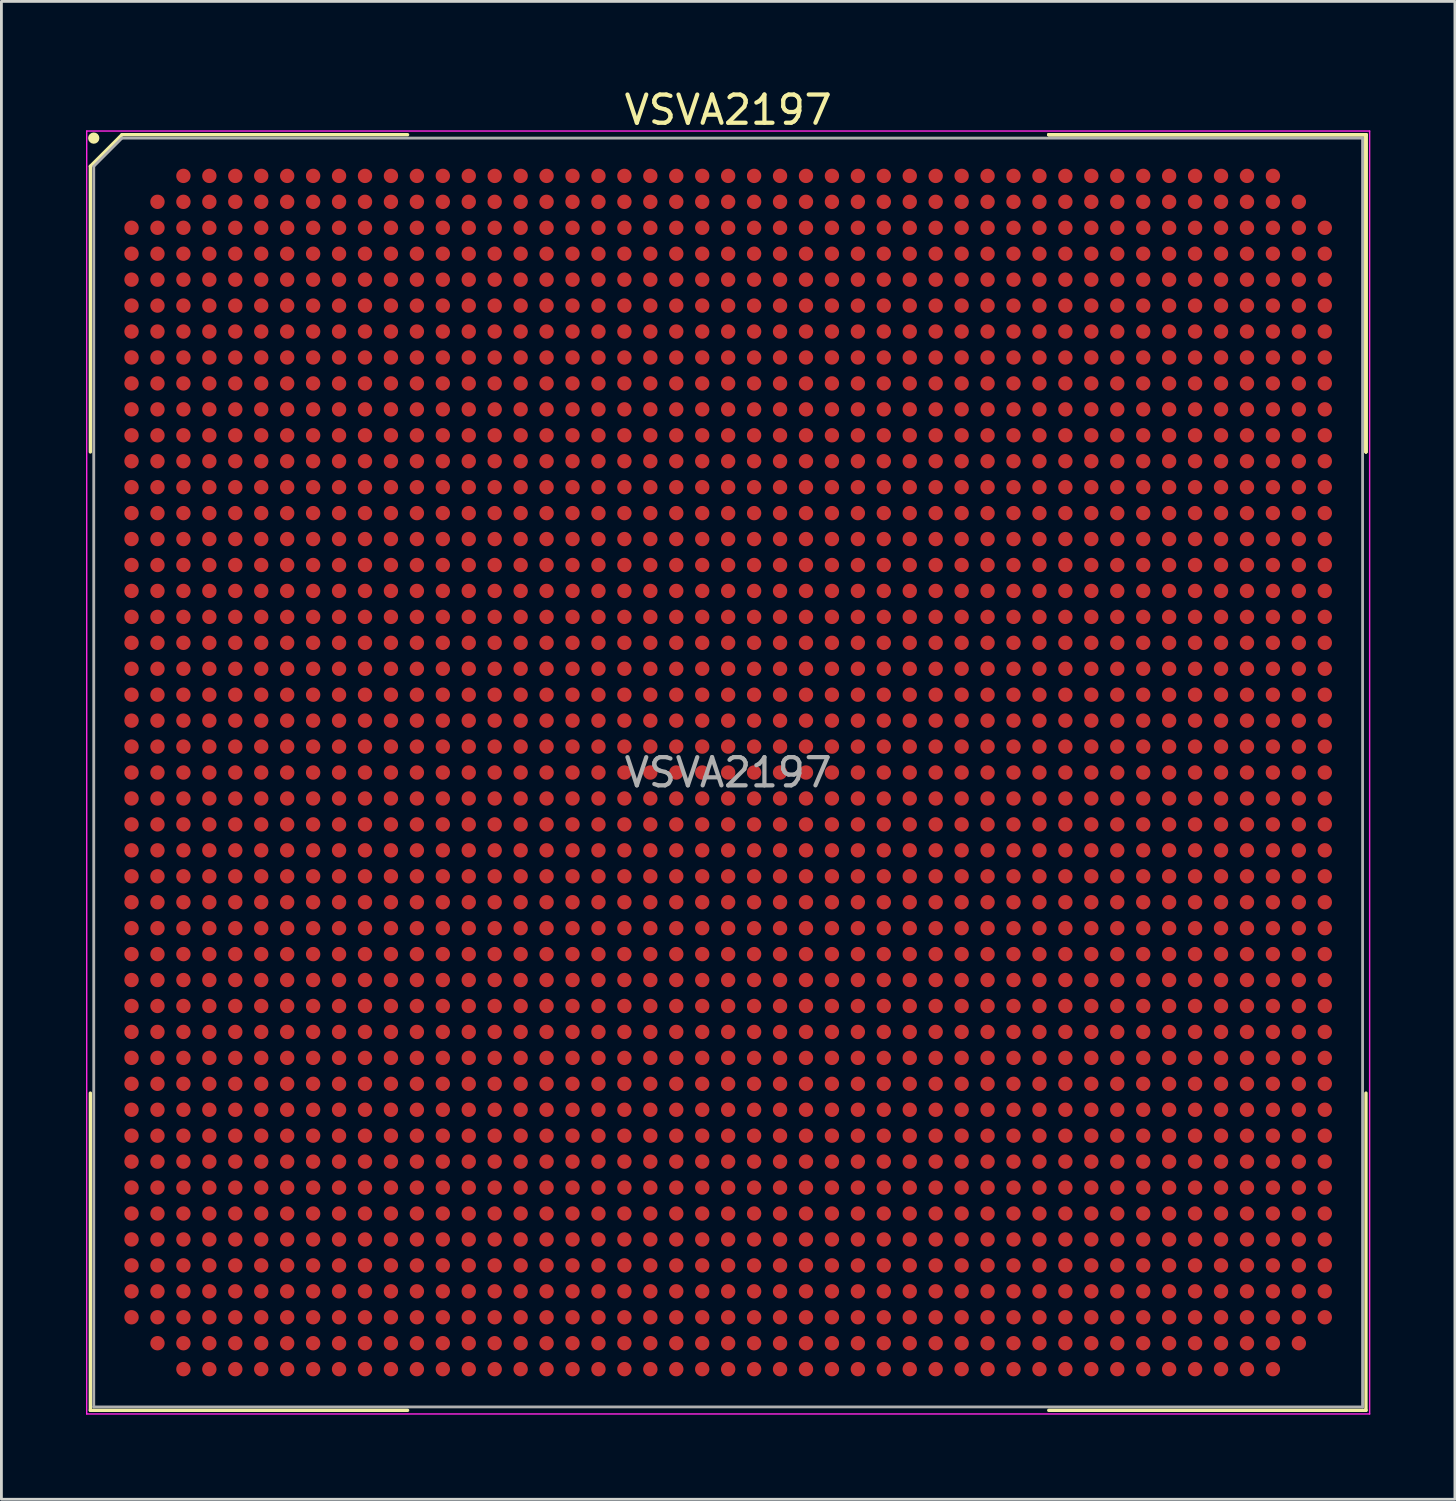
<source format=kicad_pcb>
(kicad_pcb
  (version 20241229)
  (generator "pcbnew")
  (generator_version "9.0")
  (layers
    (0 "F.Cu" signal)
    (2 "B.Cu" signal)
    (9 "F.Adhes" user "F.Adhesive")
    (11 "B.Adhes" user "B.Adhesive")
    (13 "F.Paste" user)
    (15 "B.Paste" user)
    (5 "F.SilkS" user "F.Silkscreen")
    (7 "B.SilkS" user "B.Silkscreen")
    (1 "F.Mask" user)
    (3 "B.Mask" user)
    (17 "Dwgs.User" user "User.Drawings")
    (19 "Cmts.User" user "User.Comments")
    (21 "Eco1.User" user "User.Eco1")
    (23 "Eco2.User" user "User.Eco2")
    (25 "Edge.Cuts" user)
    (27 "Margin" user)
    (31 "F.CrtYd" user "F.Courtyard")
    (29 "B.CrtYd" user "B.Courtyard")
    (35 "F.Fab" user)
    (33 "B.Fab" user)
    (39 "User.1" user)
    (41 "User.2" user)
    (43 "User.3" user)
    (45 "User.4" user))
  (footprint "VSVA2197"
    (layer "F.Cu")
    (at 22.775 24.348)
    (property "Reference" "VSVA2197" (at 0 -23.5 0) (layer "F.SilkS") (effects (font (size 1 1) (thickness 0.15))))
    (attr smd)
    (fp_line (start -22.62 -21.5) (end -22.62 -11.37) (stroke (width 0.12) (type solid)) (layer "F.SilkS"))
    (fp_line (start -22.62 22.62) (end -22.62 11.37) (stroke (width 0.12) (type solid)) (layer "F.SilkS"))
    (fp_line (start -21.5 -22.62) (end -22.62 -21.5) (stroke (width 0.12) (type solid)) (layer "F.SilkS"))
    (fp_line (start -11.37 -22.62) (end -21.5 -22.62) (stroke (width 0.12) (type solid)) (layer "F.SilkS"))
    (fp_line (start -11.37 22.62) (end -22.62 22.62) (stroke (width 0.12) (type solid)) (layer "F.SilkS"))
    (fp_line (start 11.37 -22.62) (end 22.62 -22.62) (stroke (width 0.12) (type solid)) (layer "F.SilkS"))
    (fp_line (start 11.37 -22.62) (end 22.62 -22.62) (stroke (width 0.12) (type solid)) (layer "F.SilkS"))
    (fp_line (start 11.37 -22.62) (end 22.62 -22.62) (stroke (width 0.12) (type solid)) (layer "F.SilkS"))
    (fp_line (start 11.37 22.62) (end 22.62 22.62) (stroke (width 0.12) (type solid)) (layer "F.SilkS"))
    (fp_line (start 22.62 -22.62) (end 22.62 -11.37) (stroke (width 0.12) (type solid)) (layer "F.SilkS"))
    (fp_line (start 22.62 -22.62) (end 22.62 -11.37) (stroke (width 0.12) (type solid)) (layer "F.SilkS"))
    (fp_line (start 22.62 -22.62) (end 22.62 -11.37) (stroke (width 0.12) (type solid)) (layer "F.SilkS"))
    (fp_line (start 22.62 22.62) (end 22.62 11.37) (stroke (width 0.12) (type solid)) (layer "F.SilkS"))
    (fp_circle (center -22.5 -22.5) (end -22.5 -22.4) (stroke (width 0.2) (type solid)) (fill no) (layer "F.SilkS"))
    (fp_line (start -22.75 -22.75) (end 22.75 -22.75) (stroke (width 0.05) (type solid)) (layer "F.CrtYd"))
    (fp_line (start -22.75 22.75) (end -22.75 -22.75) (stroke (width 0.05) (type solid)) (layer "F.CrtYd"))
    (fp_line (start 22.75 -22.75) (end 22.75 22.75) (stroke (width 0.05) (type solid)) (layer "F.CrtYd"))
    (fp_line (start 22.75 22.75) (end -22.75 22.75) (stroke (width 0.05) (type solid)) (layer "F.CrtYd"))
    (fp_line (start -22.5 -21.5) (end -22.5 22.5) (stroke (width 0.1) (type solid)) (layer "F.Fab"))
    (fp_line (start -22.5 22.5) (end 22.5 22.5) (stroke (width 0.1) (type solid)) (layer "F.Fab"))
    (fp_line (start -21.5 -22.5) (end -22.5 -21.5) (stroke (width 0.1) (type solid)) (layer "F.Fab"))
    (fp_line (start 22.5 -22.5) (end -21.5 -22.5) (stroke (width 0.1) (type solid)) (layer "F.Fab"))
    (fp_line (start 22.5 22.5) (end 22.5 -22.5) (stroke (width 0.1) (type solid)) (layer "F.Fab"))
    (fp_text user "${REFERENCE}" (at 0 0 0) (layer "F.Fab") (effects (font (size 1 1) (thickness 0.15))))
    (pad "A3" smd circle (at -19.32 -21.16) (size 0.51 0.51) (layers "F.Cu" "F.Mask" "F.Paste"))
    (pad "A4" smd circle (at -18.4 -21.16) (size 0.51 0.51) (layers "F.Cu" "F.Mask" "F.Paste"))
    (pad "A5" smd circle (at -17.48 -21.16) (size 0.51 0.51) (layers "F.Cu" "F.Mask" "F.Paste"))
    (pad "A6" smd circle (at -16.56 -21.16) (size 0.51 0.51) (layers "F.Cu" "F.Mask" "F.Paste"))
    (pad "A7" smd circle (at -15.64 -21.16) (size 0.51 0.51) (layers "F.Cu" "F.Mask" "F.Paste"))
    (pad "A8" smd circle (at -14.72 -21.16) (size 0.51 0.51) (layers "F.Cu" "F.Mask" "F.Paste"))
    (pad "A9" smd circle (at -13.8 -21.16) (size 0.51 0.51) (layers "F.Cu" "F.Mask" "F.Paste"))
    (pad "A10" smd circle (at -12.88 -21.16) (size 0.51 0.51) (layers "F.Cu" "F.Mask" "F.Paste"))
    (pad "A11" smd circle (at -11.96 -21.16) (size 0.51 0.51) (layers "F.Cu" "F.Mask" "F.Paste"))
    (pad "A12" smd circle (at -11.04 -21.16) (size 0.51 0.51) (layers "F.Cu" "F.Mask" "F.Paste"))
    (pad "A13" smd circle (at -10.12 -21.16) (size 0.51 0.51) (layers "F.Cu" "F.Mask" "F.Paste"))
    (pad "A14" smd circle (at -9.2 -21.16) (size 0.51 0.51) (layers "F.Cu" "F.Mask" "F.Paste"))
    (pad "A15" smd circle (at -8.28 -21.16) (size 0.51 0.51) (layers "F.Cu" "F.Mask" "F.Paste"))
    (pad "A16" smd circle (at -7.36 -21.16) (size 0.51 0.51) (layers "F.Cu" "F.Mask" "F.Paste"))
    (pad "A17" smd circle (at -6.44 -21.16) (size 0.51 0.51) (layers "F.Cu" "F.Mask" "F.Paste"))
    (pad "A18" smd circle (at -5.52 -21.16) (size 0.51 0.51) (layers "F.Cu" "F.Mask" "F.Paste"))
    (pad "A19" smd circle (at -4.6 -21.16) (size 0.51 0.51) (layers "F.Cu" "F.Mask" "F.Paste"))
    (pad "A20" smd circle (at -3.68 -21.16) (size 0.51 0.51) (layers "F.Cu" "F.Mask" "F.Paste"))
    (pad "A21" smd circle (at -2.76 -21.16) (size 0.51 0.51) (layers "F.Cu" "F.Mask" "F.Paste"))
    (pad "A22" smd circle (at -1.84 -21.16) (size 0.51 0.51) (layers "F.Cu" "F.Mask" "F.Paste"))
    (pad "A23" smd circle (at -0.92 -21.16) (size 0.51 0.51) (layers "F.Cu" "F.Mask" "F.Paste"))
    (pad "A24" smd circle (at 0 -21.16) (size 0.51 0.51) (layers "F.Cu" "F.Mask" "F.Paste"))
    (pad "A25" smd circle (at 0.92 -21.16) (size 0.51 0.51) (layers "F.Cu" "F.Mask" "F.Paste"))
    (pad "A26" smd circle (at 1.84 -21.16) (size 0.51 0.51) (layers "F.Cu" "F.Mask" "F.Paste"))
    (pad "A27" smd circle (at 2.76 -21.16) (size 0.51 0.51) (layers "F.Cu" "F.Mask" "F.Paste"))
    (pad "A28" smd circle (at 3.68 -21.16) (size 0.51 0.51) (layers "F.Cu" "F.Mask" "F.Paste"))
    (pad "A29" smd circle (at 4.6 -21.16) (size 0.51 0.51) (layers "F.Cu" "F.Mask" "F.Paste"))
    (pad "A30" smd circle (at 5.52 -21.16) (size 0.51 0.51) (layers "F.Cu" "F.Mask" "F.Paste"))
    (pad "A31" smd circle (at 6.44 -21.16) (size 0.51 0.51) (layers "F.Cu" "F.Mask" "F.Paste"))
    (pad "A32" smd circle (at 7.36 -21.16) (size 0.51 0.51) (layers "F.Cu" "F.Mask" "F.Paste"))
    (pad "A33" smd circle (at 8.28 -21.16) (size 0.51 0.51) (layers "F.Cu" "F.Mask" "F.Paste"))
    (pad "A34" smd circle (at 9.2 -21.16) (size 0.51 0.51) (layers "F.Cu" "F.Mask" "F.Paste"))
    (pad "A35" smd circle (at 10.12 -21.16) (size 0.51 0.51) (layers "F.Cu" "F.Mask" "F.Paste"))
    (pad "A36" smd circle (at 11.04 -21.16) (size 0.51 0.51) (layers "F.Cu" "F.Mask" "F.Paste"))
    (pad "A37" smd circle (at 11.96 -21.16) (size 0.51 0.51) (layers "F.Cu" "F.Mask" "F.Paste"))
    (pad "A38" smd circle (at 12.88 -21.16) (size 0.51 0.51) (layers "F.Cu" "F.Mask" "F.Paste"))
    (pad "A39" smd circle (at 13.8 -21.16) (size 0.51 0.51) (layers "F.Cu" "F.Mask" "F.Paste"))
    (pad "A40" smd circle (at 14.72 -21.16) (size 0.51 0.51) (layers "F.Cu" "F.Mask" "F.Paste"))
    (pad "A41" smd circle (at 15.64 -21.16) (size 0.51 0.51) (layers "F.Cu" "F.Mask" "F.Paste"))
    (pad "A42" smd circle (at 16.56 -21.16) (size 0.51 0.51) (layers "F.Cu" "F.Mask" "F.Paste"))
    (pad "A43" smd circle (at 17.48 -21.16) (size 0.51 0.51) (layers "F.Cu" "F.Mask" "F.Paste"))
    (pad "A44" smd circle (at 18.4 -21.16) (size 0.51 0.51) (layers "F.Cu" "F.Mask" "F.Paste"))
    (pad "A45" smd circle (at 19.32 -21.16) (size 0.51 0.51) (layers "F.Cu" "F.Mask" "F.Paste"))
    (pad "AA1" smd circle (at -21.16 -2.76) (size 0.51 0.51) (layers "F.Cu" "F.Mask" "F.Paste"))
    (pad "AA2" smd circle (at -20.24 -2.76) (size 0.51 0.51) (layers "F.Cu" "F.Mask" "F.Paste"))
    (pad "AA3" smd circle (at -19.32 -2.76) (size 0.51 0.51) (layers "F.Cu" "F.Mask" "F.Paste"))
    (pad "AA4" smd circle (at -18.4 -2.76) (size 0.51 0.51) (layers "F.Cu" "F.Mask" "F.Paste"))
    (pad "AA5" smd circle (at -17.48 -2.76) (size 0.51 0.51) (layers "F.Cu" "F.Mask" "F.Paste"))
    (pad "AA6" smd circle (at -16.56 -2.76) (size 0.51 0.51) (layers "F.Cu" "F.Mask" "F.Paste"))
    (pad "AA7" smd circle (at -15.64 -2.76) (size 0.51 0.51) (layers "F.Cu" "F.Mask" "F.Paste"))
    (pad "AA8" smd circle (at -14.72 -2.76) (size 0.51 0.51) (layers "F.Cu" "F.Mask" "F.Paste"))
    (pad "AA9" smd circle (at -13.8 -2.76) (size 0.51 0.51) (layers "F.Cu" "F.Mask" "F.Paste"))
    (pad "AA10" smd circle (at -12.88 -2.76) (size 0.51 0.51) (layers "F.Cu" "F.Mask" "F.Paste"))
    (pad "AA11" smd circle (at -11.96 -2.76) (size 0.51 0.51) (layers "F.Cu" "F.Mask" "F.Paste"))
    (pad "AA12" smd circle (at -11.04 -2.76) (size 0.51 0.51) (layers "F.Cu" "F.Mask" "F.Paste"))
    (pad "AA13" smd circle (at -10.12 -2.76) (size 0.51 0.51) (layers "F.Cu" "F.Mask" "F.Paste"))
    (pad "AA14" smd circle (at -9.2 -2.76) (size 0.51 0.51) (layers "F.Cu" "F.Mask" "F.Paste"))
    (pad "AA15" smd circle (at -8.28 -2.76) (size 0.51 0.51) (layers "F.Cu" "F.Mask" "F.Paste"))
    (pad "AA16" smd circle (at -7.36 -2.76) (size 0.51 0.51) (layers "F.Cu" "F.Mask" "F.Paste"))
    (pad "AA17" smd circle (at -6.44 -2.76) (size 0.51 0.51) (layers "F.Cu" "F.Mask" "F.Paste"))
    (pad "AA18" smd circle (at -5.52 -2.76) (size 0.51 0.51) (layers "F.Cu" "F.Mask" "F.Paste"))
    (pad "AA19" smd circle (at -4.6 -2.76) (size 0.51 0.51) (layers "F.Cu" "F.Mask" "F.Paste"))
    (pad "AA20" smd circle (at -3.68 -2.76) (size 0.51 0.51) (layers "F.Cu" "F.Mask" "F.Paste"))
    (pad "AA21" smd circle (at -2.76 -2.76) (size 0.51 0.51) (layers "F.Cu" "F.Mask" "F.Paste"))
    (pad "AA22" smd circle (at -1.84 -2.76) (size 0.51 0.51) (layers "F.Cu" "F.Mask" "F.Paste"))
    (pad "AA23" smd circle (at -0.92 -2.76) (size 0.51 0.51) (layers "F.Cu" "F.Mask" "F.Paste"))
    (pad "AA24" smd circle (at 0 -2.76) (size 0.51 0.51) (layers "F.Cu" "F.Mask" "F.Paste"))
    (pad "AA25" smd circle (at 0.92 -2.76) (size 0.51 0.51) (layers "F.Cu" "F.Mask" "F.Paste"))
    (pad "AA26" smd circle (at 1.84 -2.76) (size 0.51 0.51) (layers "F.Cu" "F.Mask" "F.Paste"))
    (pad "AA27" smd circle (at 2.76 -2.76) (size 0.51 0.51) (layers "F.Cu" "F.Mask" "F.Paste"))
    (pad "AA28" smd circle (at 3.68 -2.76) (size 0.51 0.51) (layers "F.Cu" "F.Mask" "F.Paste"))
    (pad "AA29" smd circle (at 4.6 -2.76) (size 0.51 0.51) (layers "F.Cu" "F.Mask" "F.Paste"))
    (pad "AA30" smd circle (at 5.52 -2.76) (size 0.51 0.51) (layers "F.Cu" "F.Mask" "F.Paste"))
    (pad "AA31" smd circle (at 6.44 -2.76) (size 0.51 0.51) (layers "F.Cu" "F.Mask" "F.Paste"))
    (pad "AA32" smd circle (at 7.36 -2.76) (size 0.51 0.51) (layers "F.Cu" "F.Mask" "F.Paste"))
    (pad "AA33" smd circle (at 8.28 -2.76) (size 0.51 0.51) (layers "F.Cu" "F.Mask" "F.Paste"))
    (pad "AA34" smd circle (at 9.2 -2.76) (size 0.51 0.51) (layers "F.Cu" "F.Mask" "F.Paste"))
    (pad "AA35" smd circle (at 10.12 -2.76) (size 0.51 0.51) (layers "F.Cu" "F.Mask" "F.Paste"))
    (pad "AA36" smd circle (at 11.04 -2.76) (size 0.51 0.51) (layers "F.Cu" "F.Mask" "F.Paste"))
    (pad "AA37" smd circle (at 11.96 -2.76) (size 0.51 0.51) (layers "F.Cu" "F.Mask" "F.Paste"))
    (pad "AA38" smd circle (at 12.88 -2.76) (size 0.51 0.51) (layers "F.Cu" "F.Mask" "F.Paste"))
    (pad "AA39" smd circle (at 13.8 -2.76) (size 0.51 0.51) (layers "F.Cu" "F.Mask" "F.Paste"))
    (pad "AA40" smd circle (at 14.72 -2.76) (size 0.51 0.51) (layers "F.Cu" "F.Mask" "F.Paste"))
    (pad "AA41" smd circle (at 15.64 -2.76) (size 0.51 0.51) (layers "F.Cu" "F.Mask" "F.Paste"))
    (pad "AA42" smd circle (at 16.56 -2.76) (size 0.51 0.51) (layers "F.Cu" "F.Mask" "F.Paste"))
    (pad "AA43" smd circle (at 17.48 -2.76) (size 0.51 0.51) (layers "F.Cu" "F.Mask" "F.Paste"))
    (pad "AA44" smd circle (at 18.4 -2.76) (size 0.51 0.51) (layers "F.Cu" "F.Mask" "F.Paste"))
    (pad "AA45" smd circle (at 19.32 -2.76) (size 0.51 0.51) (layers "F.Cu" "F.Mask" "F.Paste"))
    (pad "AA46" smd circle (at 20.24 -2.76) (size 0.51 0.51) (layers "F.Cu" "F.Mask" "F.Paste"))
    (pad "AA47" smd circle (at 21.16 -2.76) (size 0.51 0.51) (layers "F.Cu" "F.Mask" "F.Paste"))
    (pad "AB1" smd circle (at -21.16 -1.84) (size 0.51 0.51) (layers "F.Cu" "F.Mask" "F.Paste"))
    (pad "AB2" smd circle (at -20.24 -1.84) (size 0.51 0.51) (layers "F.Cu" "F.Mask" "F.Paste"))
    (pad "AB3" smd circle (at -19.32 -1.84) (size 0.51 0.51) (layers "F.Cu" "F.Mask" "F.Paste"))
    (pad "AB4" smd circle (at -18.4 -1.84) (size 0.51 0.51) (layers "F.Cu" "F.Mask" "F.Paste"))
    (pad "AB5" smd circle (at -17.48 -1.84) (size 0.51 0.51) (layers "F.Cu" "F.Mask" "F.Paste"))
    (pad "AB6" smd circle (at -16.56 -1.84) (size 0.51 0.51) (layers "F.Cu" "F.Mask" "F.Paste"))
    (pad "AB7" smd circle (at -15.64 -1.84) (size 0.51 0.51) (layers "F.Cu" "F.Mask" "F.Paste"))
    (pad "AB8" smd circle (at -14.72 -1.84) (size 0.51 0.51) (layers "F.Cu" "F.Mask" "F.Paste"))
    (pad "AB9" smd circle (at -13.8 -1.84) (size 0.51 0.51) (layers "F.Cu" "F.Mask" "F.Paste"))
    (pad "AB10" smd circle (at -12.88 -1.84) (size 0.51 0.51) (layers "F.Cu" "F.Mask" "F.Paste"))
    (pad "AB11" smd circle (at -11.96 -1.84) (size 0.51 0.51) (layers "F.Cu" "F.Mask" "F.Paste"))
    (pad "AB12" smd circle (at -11.04 -1.84) (size 0.51 0.51) (layers "F.Cu" "F.Mask" "F.Paste"))
    (pad "AB13" smd circle (at -10.12 -1.84) (size 0.51 0.51) (layers "F.Cu" "F.Mask" "F.Paste"))
    (pad "AB14" smd circle (at -9.2 -1.84) (size 0.51 0.51) (layers "F.Cu" "F.Mask" "F.Paste"))
    (pad "AB15" smd circle (at -8.28 -1.84) (size 0.51 0.51) (layers "F.Cu" "F.Mask" "F.Paste"))
    (pad "AB16" smd circle (at -7.36 -1.84) (size 0.51 0.51) (layers "F.Cu" "F.Mask" "F.Paste"))
    (pad "AB17" smd circle (at -6.44 -1.84) (size 0.51 0.51) (layers "F.Cu" "F.Mask" "F.Paste"))
    (pad "AB18" smd circle (at -5.52 -1.84) (size 0.51 0.51) (layers "F.Cu" "F.Mask" "F.Paste"))
    (pad "AB19" smd circle (at -4.6 -1.84) (size 0.51 0.51) (layers "F.Cu" "F.Mask" "F.Paste"))
    (pad "AB20" smd circle (at -3.68 -1.84) (size 0.51 0.51) (layers "F.Cu" "F.Mask" "F.Paste"))
    (pad "AB21" smd circle (at -2.76 -1.84) (size 0.51 0.51) (layers "F.Cu" "F.Mask" "F.Paste"))
    (pad "AB22" smd circle (at -1.84 -1.84) (size 0.51 0.51) (layers "F.Cu" "F.Mask" "F.Paste"))
    (pad "AB23" smd circle (at -0.92 -1.84) (size 0.51 0.51) (layers "F.Cu" "F.Mask" "F.Paste"))
    (pad "AB24" smd circle (at 0 -1.84) (size 0.51 0.51) (layers "F.Cu" "F.Mask" "F.Paste"))
    (pad "AB25" smd circle (at 0.92 -1.84) (size 0.51 0.51) (layers "F.Cu" "F.Mask" "F.Paste"))
    (pad "AB26" smd circle (at 1.84 -1.84) (size 0.51 0.51) (layers "F.Cu" "F.Mask" "F.Paste"))
    (pad "AB27" smd circle (at 2.76 -1.84) (size 0.51 0.51) (layers "F.Cu" "F.Mask" "F.Paste"))
    (pad "AB28" smd circle (at 3.68 -1.84) (size 0.51 0.51) (layers "F.Cu" "F.Mask" "F.Paste"))
    (pad "AB29" smd circle (at 4.6 -1.84) (size 0.51 0.51) (layers "F.Cu" "F.Mask" "F.Paste"))
    (pad "AB30" smd circle (at 5.52 -1.84) (size 0.51 0.51) (layers "F.Cu" "F.Mask" "F.Paste"))
    (pad "AB31" smd circle (at 6.44 -1.84) (size 0.51 0.51) (layers "F.Cu" "F.Mask" "F.Paste"))
    (pad "AB32" smd circle (at 7.36 -1.84) (size 0.51 0.51) (layers "F.Cu" "F.Mask" "F.Paste"))
    (pad "AB33" smd circle (at 8.28 -1.84) (size 0.51 0.51) (layers "F.Cu" "F.Mask" "F.Paste"))
    (pad "AB34" smd circle (at 9.2 -1.84) (size 0.51 0.51) (layers "F.Cu" "F.Mask" "F.Paste"))
    (pad "AB35" smd circle (at 10.12 -1.84) (size 0.51 0.51) (layers "F.Cu" "F.Mask" "F.Paste"))
    (pad "AB36" smd circle (at 11.04 -1.84) (size 0.51 0.51) (layers "F.Cu" "F.Mask" "F.Paste"))
    (pad "AB37" smd circle (at 11.96 -1.84) (size 0.51 0.51) (layers "F.Cu" "F.Mask" "F.Paste"))
    (pad "AB38" smd circle (at 12.88 -1.84) (size 0.51 0.51) (layers "F.Cu" "F.Mask" "F.Paste"))
    (pad "AB39" smd circle (at 13.8 -1.84) (size 0.51 0.51) (layers "F.Cu" "F.Mask" "F.Paste"))
    (pad "AB40" smd circle (at 14.72 -1.84) (size 0.51 0.51) (layers "F.Cu" "F.Mask" "F.Paste"))
    (pad "AB41" smd circle (at 15.64 -1.84) (size 0.51 0.51) (layers "F.Cu" "F.Mask" "F.Paste"))
    (pad "AB42" smd circle (at 16.56 -1.84) (size 0.51 0.51) (layers "F.Cu" "F.Mask" "F.Paste"))
    (pad "AB43" smd circle (at 17.48 -1.84) (size 0.51 0.51) (layers "F.Cu" "F.Mask" "F.Paste"))
    (pad "AB44" smd circle (at 18.4 -1.84) (size 0.51 0.51) (layers "F.Cu" "F.Mask" "F.Paste"))
    (pad "AB45" smd circle (at 19.32 -1.84) (size 0.51 0.51) (layers "F.Cu" "F.Mask" "F.Paste"))
    (pad "AB46" smd circle (at 20.24 -1.84) (size 0.51 0.51) (layers "F.Cu" "F.Mask" "F.Paste"))
    (pad "AB47" smd circle (at 21.16 -1.84) (size 0.51 0.51) (layers "F.Cu" "F.Mask" "F.Paste"))
    (pad "AC1" smd circle (at -21.16 -0.92) (size 0.51 0.51) (layers "F.Cu" "F.Mask" "F.Paste"))
    (pad "AC2" smd circle (at -20.24 -0.92) (size 0.51 0.51) (layers "F.Cu" "F.Mask" "F.Paste"))
    (pad "AC3" smd circle (at -19.32 -0.92) (size 0.51 0.51) (layers "F.Cu" "F.Mask" "F.Paste"))
    (pad "AC4" smd circle (at -18.4 -0.92) (size 0.51 0.51) (layers "F.Cu" "F.Mask" "F.Paste"))
    (pad "AC5" smd circle (at -17.48 -0.92) (size 0.51 0.51) (layers "F.Cu" "F.Mask" "F.Paste"))
    (pad "AC6" smd circle (at -16.56 -0.92) (size 0.51 0.51) (layers "F.Cu" "F.Mask" "F.Paste"))
    (pad "AC7" smd circle (at -15.64 -0.92) (size 0.51 0.51) (layers "F.Cu" "F.Mask" "F.Paste"))
    (pad "AC8" smd circle (at -14.72 -0.92) (size 0.51 0.51) (layers "F.Cu" "F.Mask" "F.Paste"))
    (pad "AC9" smd circle (at -13.8 -0.92) (size 0.51 0.51) (layers "F.Cu" "F.Mask" "F.Paste"))
    (pad "AC10" smd circle (at -12.88 -0.92) (size 0.51 0.51) (layers "F.Cu" "F.Mask" "F.Paste"))
    (pad "AC11" smd circle (at -11.96 -0.92) (size 0.51 0.51) (layers "F.Cu" "F.Mask" "F.Paste"))
    (pad "AC12" smd circle (at -11.04 -0.92) (size 0.51 0.51) (layers "F.Cu" "F.Mask" "F.Paste"))
    (pad "AC13" smd circle (at -10.12 -0.92) (size 0.51 0.51) (layers "F.Cu" "F.Mask" "F.Paste"))
    (pad "AC14" smd circle (at -9.2 -0.92) (size 0.51 0.51) (layers "F.Cu" "F.Mask" "F.Paste"))
    (pad "AC15" smd circle (at -8.28 -0.92) (size 0.51 0.51) (layers "F.Cu" "F.Mask" "F.Paste"))
    (pad "AC16" smd circle (at -7.36 -0.92) (size 0.51 0.51) (layers "F.Cu" "F.Mask" "F.Paste"))
    (pad "AC17" smd circle (at -6.44 -0.92) (size 0.51 0.51) (layers "F.Cu" "F.Mask" "F.Paste"))
    (pad "AC18" smd circle (at -5.52 -0.92) (size 0.51 0.51) (layers "F.Cu" "F.Mask" "F.Paste"))
    (pad "AC19" smd circle (at -4.6 -0.92) (size 0.51 0.51) (layers "F.Cu" "F.Mask" "F.Paste"))
    (pad "AC20" smd circle (at -3.68 -0.92) (size 0.51 0.51) (layers "F.Cu" "F.Mask" "F.Paste"))
    (pad "AC21" smd circle (at -2.76 -0.92) (size 0.51 0.51) (layers "F.Cu" "F.Mask" "F.Paste"))
    (pad "AC22" smd circle (at -1.84 -0.92) (size 0.51 0.51) (layers "F.Cu" "F.Mask" "F.Paste"))
    (pad "AC23" smd circle (at -0.92 -0.92) (size 0.51 0.51) (layers "F.Cu" "F.Mask" "F.Paste"))
    (pad "AC24" smd circle (at 0 -0.92) (size 0.51 0.51) (layers "F.Cu" "F.Mask" "F.Paste"))
    (pad "AC25" smd circle (at 0.92 -0.92) (size 0.51 0.51) (layers "F.Cu" "F.Mask" "F.Paste"))
    (pad "AC26" smd circle (at 1.84 -0.92) (size 0.51 0.51) (layers "F.Cu" "F.Mask" "F.Paste"))
    (pad "AC27" smd circle (at 2.76 -0.92) (size 0.51 0.51) (layers "F.Cu" "F.Mask" "F.Paste"))
    (pad "AC28" smd circle (at 3.68 -0.92) (size 0.51 0.51) (layers "F.Cu" "F.Mask" "F.Paste"))
    (pad "AC29" smd circle (at 4.6 -0.92) (size 0.51 0.51) (layers "F.Cu" "F.Mask" "F.Paste"))
    (pad "AC30" smd circle (at 5.52 -0.92) (size 0.51 0.51) (layers "F.Cu" "F.Mask" "F.Paste"))
    (pad "AC31" smd circle (at 6.44 -0.92) (size 0.51 0.51) (layers "F.Cu" "F.Mask" "F.Paste"))
    (pad "AC32" smd circle (at 7.36 -0.92) (size 0.51 0.51) (layers "F.Cu" "F.Mask" "F.Paste"))
    (pad "AC33" smd circle (at 8.28 -0.92) (size 0.51 0.51) (layers "F.Cu" "F.Mask" "F.Paste"))
    (pad "AC34" smd circle (at 9.2 -0.92) (size 0.51 0.51) (layers "F.Cu" "F.Mask" "F.Paste"))
    (pad "AC35" smd circle (at 10.12 -0.92) (size 0.51 0.51) (layers "F.Cu" "F.Mask" "F.Paste"))
    (pad "AC36" smd circle (at 11.04 -0.92) (size 0.51 0.51) (layers "F.Cu" "F.Mask" "F.Paste"))
    (pad "AC37" smd circle (at 11.96 -0.92) (size 0.51 0.51) (layers "F.Cu" "F.Mask" "F.Paste"))
    (pad "AC38" smd circle (at 12.88 -0.92) (size 0.51 0.51) (layers "F.Cu" "F.Mask" "F.Paste"))
    (pad "AC39" smd circle (at 13.8 -0.92) (size 0.51 0.51) (layers "F.Cu" "F.Mask" "F.Paste"))
    (pad "AC40" smd circle (at 14.72 -0.92) (size 0.51 0.51) (layers "F.Cu" "F.Mask" "F.Paste"))
    (pad "AC41" smd circle (at 15.64 -0.92) (size 0.51 0.51) (layers "F.Cu" "F.Mask" "F.Paste"))
    (pad "AC42" smd circle (at 16.56 -0.92) (size 0.51 0.51) (layers "F.Cu" "F.Mask" "F.Paste"))
    (pad "AC43" smd circle (at 17.48 -0.92) (size 0.51 0.51) (layers "F.Cu" "F.Mask" "F.Paste"))
    (pad "AC44" smd circle (at 18.4 -0.92) (size 0.51 0.51) (layers "F.Cu" "F.Mask" "F.Paste"))
    (pad "AC45" smd circle (at 19.32 -0.92) (size 0.51 0.51) (layers "F.Cu" "F.Mask" "F.Paste"))
    (pad "AC46" smd circle (at 20.24 -0.92) (size 0.51 0.51) (layers "F.Cu" "F.Mask" "F.Paste"))
    (pad "AC47" smd circle (at 21.16 -0.92) (size 0.51 0.51) (layers "F.Cu" "F.Mask" "F.Paste"))
    (pad "AD1" smd circle (at -21.16 0) (size 0.51 0.51) (layers "F.Cu" "F.Mask" "F.Paste"))
    (pad "AD2" smd circle (at -20.24 0) (size 0.51 0.51) (layers "F.Cu" "F.Mask" "F.Paste"))
    (pad "AD3" smd circle (at -19.32 0) (size 0.51 0.51) (layers "F.Cu" "F.Mask" "F.Paste"))
    (pad "AD4" smd circle (at -18.4 0) (size 0.51 0.51) (layers "F.Cu" "F.Mask" "F.Paste"))
    (pad "AD5" smd circle (at -17.48 0) (size 0.51 0.51) (layers "F.Cu" "F.Mask" "F.Paste"))
    (pad "AD6" smd circle (at -16.56 0) (size 0.51 0.51) (layers "F.Cu" "F.Mask" "F.Paste"))
    (pad "AD7" smd circle (at -15.64 0) (size 0.51 0.51) (layers "F.Cu" "F.Mask" "F.Paste"))
    (pad "AD8" smd circle (at -14.72 0) (size 0.51 0.51) (layers "F.Cu" "F.Mask" "F.Paste"))
    (pad "AD9" smd circle (at -13.8 0) (size 0.51 0.51) (layers "F.Cu" "F.Mask" "F.Paste"))
    (pad "AD10" smd circle (at -12.88 0) (size 0.51 0.51) (layers "F.Cu" "F.Mask" "F.Paste"))
    (pad "AD11" smd circle (at -11.96 0) (size 0.51 0.51) (layers "F.Cu" "F.Mask" "F.Paste"))
    (pad "AD12" smd circle (at -11.04 0) (size 0.51 0.51) (layers "F.Cu" "F.Mask" "F.Paste"))
    (pad "AD13" smd circle (at -10.12 0) (size 0.51 0.51) (layers "F.Cu" "F.Mask" "F.Paste"))
    (pad "AD14" smd circle (at -9.2 0) (size 0.51 0.51) (layers "F.Cu" "F.Mask" "F.Paste"))
    (pad "AD15" smd circle (at -8.28 0) (size 0.51 0.51) (layers "F.Cu" "F.Mask" "F.Paste"))
    (pad "AD16" smd circle (at -7.36 0) (size 0.51 0.51) (layers "F.Cu" "F.Mask" "F.Paste"))
    (pad "AD17" smd circle (at -6.44 0) (size 0.51 0.51) (layers "F.Cu" "F.Mask" "F.Paste"))
    (pad "AD18" smd circle (at -5.52 0) (size 0.51 0.51) (layers "F.Cu" "F.Mask" "F.Paste"))
    (pad "AD19" smd circle (at -4.6 0) (size 0.51 0.51) (layers "F.Cu" "F.Mask" "F.Paste"))
    (pad "AD20" smd circle (at -3.68 0) (size 0.51 0.51) (layers "F.Cu" "F.Mask" "F.Paste"))
    (pad "AD21" smd circle (at -2.76 0) (size 0.51 0.51) (layers "F.Cu" "F.Mask" "F.Paste"))
    (pad "AD22" smd circle (at -1.84 0) (size 0.51 0.51) (layers "F.Cu" "F.Mask" "F.Paste"))
    (pad "AD23" smd circle (at -0.92 0) (size 0.51 0.51) (layers "F.Cu" "F.Mask" "F.Paste"))
    (pad "AD24" smd circle (at 0 0) (size 0.51 0.51) (layers "F.Cu" "F.Mask" "F.Paste"))
    (pad "AD25" smd circle (at 0.92 0) (size 0.51 0.51) (layers "F.Cu" "F.Mask" "F.Paste"))
    (pad "AD26" smd circle (at 1.84 0) (size 0.51 0.51) (layers "F.Cu" "F.Mask" "F.Paste"))
    (pad "AD27" smd circle (at 2.76 0) (size 0.51 0.51) (layers "F.Cu" "F.Mask" "F.Paste"))
    (pad "AD28" smd circle (at 3.68 0) (size 0.51 0.51) (layers "F.Cu" "F.Mask" "F.Paste"))
    (pad "AD29" smd circle (at 4.6 0) (size 0.51 0.51) (layers "F.Cu" "F.Mask" "F.Paste"))
    (pad "AD30" smd circle (at 5.52 0) (size 0.51 0.51) (layers "F.Cu" "F.Mask" "F.Paste"))
    (pad "AD31" smd circle (at 6.44 0) (size 0.51 0.51) (layers "F.Cu" "F.Mask" "F.Paste"))
    (pad "AD32" smd circle (at 7.36 0) (size 0.51 0.51) (layers "F.Cu" "F.Mask" "F.Paste"))
    (pad "AD33" smd circle (at 8.28 0) (size 0.51 0.51) (layers "F.Cu" "F.Mask" "F.Paste"))
    (pad "AD34" smd circle (at 9.2 0) (size 0.51 0.51) (layers "F.Cu" "F.Mask" "F.Paste"))
    (pad "AD35" smd circle (at 10.12 0) (size 0.51 0.51) (layers "F.Cu" "F.Mask" "F.Paste"))
    (pad "AD36" smd circle (at 11.04 0) (size 0.51 0.51) (layers "F.Cu" "F.Mask" "F.Paste"))
    (pad "AD37" smd circle (at 11.96 0) (size 0.51 0.51) (layers "F.Cu" "F.Mask" "F.Paste"))
    (pad "AD38" smd circle (at 12.88 0) (size 0.51 0.51) (layers "F.Cu" "F.Mask" "F.Paste"))
    (pad "AD39" smd circle (at 13.8 0) (size 0.51 0.51) (layers "F.Cu" "F.Mask" "F.Paste"))
    (pad "AD40" smd circle (at 14.72 0) (size 0.51 0.51) (layers "F.Cu" "F.Mask" "F.Paste"))
    (pad "AD41" smd circle (at 15.64 0) (size 0.51 0.51) (layers "F.Cu" "F.Mask" "F.Paste"))
    (pad "AD42" smd circle (at 16.56 0) (size 0.51 0.51) (layers "F.Cu" "F.Mask" "F.Paste"))
    (pad "AD43" smd circle (at 17.48 0) (size 0.51 0.51) (layers "F.Cu" "F.Mask" "F.Paste"))
    (pad "AD44" smd circle (at 18.4 0) (size 0.51 0.51) (layers "F.Cu" "F.Mask" "F.Paste"))
    (pad "AD45" smd circle (at 19.32 0) (size 0.51 0.51) (layers "F.Cu" "F.Mask" "F.Paste"))
    (pad "AD46" smd circle (at 20.24 0) (size 0.51 0.51) (layers "F.Cu" "F.Mask" "F.Paste"))
    (pad "AD47" smd circle (at 21.16 0) (size 0.51 0.51) (layers "F.Cu" "F.Mask" "F.Paste"))
    (pad "AE1" smd circle (at -21.16 0.92) (size 0.51 0.51) (layers "F.Cu" "F.Mask" "F.Paste"))
    (pad "AE2" smd circle (at -20.24 0.92) (size 0.51 0.51) (layers "F.Cu" "F.Mask" "F.Paste"))
    (pad "AE3" smd circle (at -19.32 0.92) (size 0.51 0.51) (layers "F.Cu" "F.Mask" "F.Paste"))
    (pad "AE4" smd circle (at -18.4 0.92) (size 0.51 0.51) (layers "F.Cu" "F.Mask" "F.Paste"))
    (pad "AE5" smd circle (at -17.48 0.92) (size 0.51 0.51) (layers "F.Cu" "F.Mask" "F.Paste"))
    (pad "AE6" smd circle (at -16.56 0.92) (size 0.51 0.51) (layers "F.Cu" "F.Mask" "F.Paste"))
    (pad "AE7" smd circle (at -15.64 0.92) (size 0.51 0.51) (layers "F.Cu" "F.Mask" "F.Paste"))
    (pad "AE8" smd circle (at -14.72 0.92) (size 0.51 0.51) (layers "F.Cu" "F.Mask" "F.Paste"))
    (pad "AE9" smd circle (at -13.8 0.92) (size 0.51 0.51) (layers "F.Cu" "F.Mask" "F.Paste"))
    (pad "AE10" smd circle (at -12.88 0.92) (size 0.51 0.51) (layers "F.Cu" "F.Mask" "F.Paste"))
    (pad "AE11" smd circle (at -11.96 0.92) (size 0.51 0.51) (layers "F.Cu" "F.Mask" "F.Paste"))
    (pad "AE12" smd circle (at -11.04 0.92) (size 0.51 0.51) (layers "F.Cu" "F.Mask" "F.Paste"))
    (pad "AE13" smd circle (at -10.12 0.92) (size 0.51 0.51) (layers "F.Cu" "F.Mask" "F.Paste"))
    (pad "AE14" smd circle (at -9.2 0.92) (size 0.51 0.51) (layers "F.Cu" "F.Mask" "F.Paste"))
    (pad "AE15" smd circle (at -8.28 0.92) (size 0.51 0.51) (layers "F.Cu" "F.Mask" "F.Paste"))
    (pad "AE16" smd circle (at -7.36 0.92) (size 0.51 0.51) (layers "F.Cu" "F.Mask" "F.Paste"))
    (pad "AE17" smd circle (at -6.44 0.92) (size 0.51 0.51) (layers "F.Cu" "F.Mask" "F.Paste"))
    (pad "AE18" smd circle (at -5.52 0.92) (size 0.51 0.51) (layers "F.Cu" "F.Mask" "F.Paste"))
    (pad "AE19" smd circle (at -4.6 0.92) (size 0.51 0.51) (layers "F.Cu" "F.Mask" "F.Paste"))
    (pad "AE20" smd circle (at -3.68 0.92) (size 0.51 0.51) (layers "F.Cu" "F.Mask" "F.Paste"))
    (pad "AE21" smd circle (at -2.76 0.92) (size 0.51 0.51) (layers "F.Cu" "F.Mask" "F.Paste"))
    (pad "AE22" smd circle (at -1.84 0.92) (size 0.51 0.51) (layers "F.Cu" "F.Mask" "F.Paste"))
    (pad "AE23" smd circle (at -0.92 0.92) (size 0.51 0.51) (layers "F.Cu" "F.Mask" "F.Paste"))
    (pad "AE24" smd circle (at 0 0.92) (size 0.51 0.51) (layers "F.Cu" "F.Mask" "F.Paste"))
    (pad "AE25" smd circle (at 0.92 0.92) (size 0.51 0.51) (layers "F.Cu" "F.Mask" "F.Paste"))
    (pad "AE26" smd circle (at 1.84 0.92) (size 0.51 0.51) (layers "F.Cu" "F.Mask" "F.Paste"))
    (pad "AE27" smd circle (at 2.76 0.92) (size 0.51 0.51) (layers "F.Cu" "F.Mask" "F.Paste"))
    (pad "AE28" smd circle (at 3.68 0.92) (size 0.51 0.51) (layers "F.Cu" "F.Mask" "F.Paste"))
    (pad "AE29" smd circle (at 4.6 0.92) (size 0.51 0.51) (layers "F.Cu" "F.Mask" "F.Paste"))
    (pad "AE30" smd circle (at 5.52 0.92) (size 0.51 0.51) (layers "F.Cu" "F.Mask" "F.Paste"))
    (pad "AE31" smd circle (at 6.44 0.92) (size 0.51 0.51) (layers "F.Cu" "F.Mask" "F.Paste"))
    (pad "AE32" smd circle (at 7.36 0.92) (size 0.51 0.51) (layers "F.Cu" "F.Mask" "F.Paste"))
    (pad "AE33" smd circle (at 8.28 0.92) (size 0.51 0.51) (layers "F.Cu" "F.Mask" "F.Paste"))
    (pad "AE34" smd circle (at 9.2 0.92) (size 0.51 0.51) (layers "F.Cu" "F.Mask" "F.Paste"))
    (pad "AE35" smd circle (at 10.12 0.92) (size 0.51 0.51) (layers "F.Cu" "F.Mask" "F.Paste"))
    (pad "AE36" smd circle (at 11.04 0.92) (size 0.51 0.51) (layers "F.Cu" "F.Mask" "F.Paste"))
    (pad "AE37" smd circle (at 11.96 0.92) (size 0.51 0.51) (layers "F.Cu" "F.Mask" "F.Paste"))
    (pad "AE38" smd circle (at 12.88 0.92) (size 0.51 0.51) (layers "F.Cu" "F.Mask" "F.Paste"))
    (pad "AE39" smd circle (at 13.8 0.92) (size 0.51 0.51) (layers "F.Cu" "F.Mask" "F.Paste"))
    (pad "AE40" smd circle (at 14.72 0.92) (size 0.51 0.51) (layers "F.Cu" "F.Mask" "F.Paste"))
    (pad "AE41" smd circle (at 15.64 0.92) (size 0.51 0.51) (layers "F.Cu" "F.Mask" "F.Paste"))
    (pad "AE42" smd circle (at 16.56 0.92) (size 0.51 0.51) (layers "F.Cu" "F.Mask" "F.Paste"))
    (pad "AE43" smd circle (at 17.48 0.92) (size 0.51 0.51) (layers "F.Cu" "F.Mask" "F.Paste"))
    (pad "AE44" smd circle (at 18.4 0.92) (size 0.51 0.51) (layers "F.Cu" "F.Mask" "F.Paste"))
    (pad "AE45" smd circle (at 19.32 0.92) (size 0.51 0.51) (layers "F.Cu" "F.Mask" "F.Paste"))
    (pad "AE46" smd circle (at 20.24 0.92) (size 0.51 0.51) (layers "F.Cu" "F.Mask" "F.Paste"))
    (pad "AE47" smd circle (at 21.16 0.92) (size 0.51 0.51) (layers "F.Cu" "F.Mask" "F.Paste"))
    (pad "AF1" smd circle (at -21.16 1.84) (size 0.51 0.51) (layers "F.Cu" "F.Mask" "F.Paste"))
    (pad "AF2" smd circle (at -20.24 1.84) (size 0.51 0.51) (layers "F.Cu" "F.Mask" "F.Paste"))
    (pad "AF3" smd circle (at -19.32 1.84) (size 0.51 0.51) (layers "F.Cu" "F.Mask" "F.Paste"))
    (pad "AF4" smd circle (at -18.4 1.84) (size 0.51 0.51) (layers "F.Cu" "F.Mask" "F.Paste"))
    (pad "AF5" smd circle (at -17.48 1.84) (size 0.51 0.51) (layers "F.Cu" "F.Mask" "F.Paste"))
    (pad "AF6" smd circle (at -16.56 1.84) (size 0.51 0.51) (layers "F.Cu" "F.Mask" "F.Paste"))
    (pad "AF7" smd circle (at -15.64 1.84) (size 0.51 0.51) (layers "F.Cu" "F.Mask" "F.Paste"))
    (pad "AF8" smd circle (at -14.72 1.84) (size 0.51 0.51) (layers "F.Cu" "F.Mask" "F.Paste"))
    (pad "AF9" smd circle (at -13.8 1.84) (size 0.51 0.51) (layers "F.Cu" "F.Mask" "F.Paste"))
    (pad "AF10" smd circle (at -12.88 1.84) (size 0.51 0.51) (layers "F.Cu" "F.Mask" "F.Paste"))
    (pad "AF11" smd circle (at -11.96 1.84) (size 0.51 0.51) (layers "F.Cu" "F.Mask" "F.Paste"))
    (pad "AF12" smd circle (at -11.04 1.84) (size 0.51 0.51) (layers "F.Cu" "F.Mask" "F.Paste"))
    (pad "AF13" smd circle (at -10.12 1.84) (size 0.51 0.51) (layers "F.Cu" "F.Mask" "F.Paste"))
    (pad "AF14" smd circle (at -9.2 1.84) (size 0.51 0.51) (layers "F.Cu" "F.Mask" "F.Paste"))
    (pad "AF15" smd circle (at -8.28 1.84) (size 0.51 0.51) (layers "F.Cu" "F.Mask" "F.Paste"))
    (pad "AF16" smd circle (at -7.36 1.84) (size 0.51 0.51) (layers "F.Cu" "F.Mask" "F.Paste"))
    (pad "AF17" smd circle (at -6.44 1.84) (size 0.51 0.51) (layers "F.Cu" "F.Mask" "F.Paste"))
    (pad "AF18" smd circle (at -5.52 1.84) (size 0.51 0.51) (layers "F.Cu" "F.Mask" "F.Paste"))
    (pad "AF19" smd circle (at -4.6 1.84) (size 0.51 0.51) (layers "F.Cu" "F.Mask" "F.Paste"))
    (pad "AF20" smd circle (at -3.68 1.84) (size 0.51 0.51) (layers "F.Cu" "F.Mask" "F.Paste"))
    (pad "AF21" smd circle (at -2.76 1.84) (size 0.51 0.51) (layers "F.Cu" "F.Mask" "F.Paste"))
    (pad "AF22" smd circle (at -1.84 1.84) (size 0.51 0.51) (layers "F.Cu" "F.Mask" "F.Paste"))
    (pad "AF23" smd circle (at -0.92 1.84) (size 0.51 0.51) (layers "F.Cu" "F.Mask" "F.Paste"))
    (pad "AF24" smd circle (at 0 1.84) (size 0.51 0.51) (layers "F.Cu" "F.Mask" "F.Paste"))
    (pad "AF25" smd circle (at 0.92 1.84) (size 0.51 0.51) (layers "F.Cu" "F.Mask" "F.Paste"))
    (pad "AF26" smd circle (at 1.84 1.84) (size 0.51 0.51) (layers "F.Cu" "F.Mask" "F.Paste"))
    (pad "AF27" smd circle (at 2.76 1.84) (size 0.51 0.51) (layers "F.Cu" "F.Mask" "F.Paste"))
    (pad "AF28" smd circle (at 3.68 1.84) (size 0.51 0.51) (layers "F.Cu" "F.Mask" "F.Paste"))
    (pad "AF29" smd circle (at 4.6 1.84) (size 0.51 0.51) (layers "F.Cu" "F.Mask" "F.Paste"))
    (pad "AF30" smd circle (at 5.52 1.84) (size 0.51 0.51) (layers "F.Cu" "F.Mask" "F.Paste"))
    (pad "AF31" smd circle (at 6.44 1.84) (size 0.51 0.51) (layers "F.Cu" "F.Mask" "F.Paste"))
    (pad "AF32" smd circle (at 7.36 1.84) (size 0.51 0.51) (layers "F.Cu" "F.Mask" "F.Paste"))
    (pad "AF33" smd circle (at 8.28 1.84) (size 0.51 0.51) (layers "F.Cu" "F.Mask" "F.Paste"))
    (pad "AF34" smd circle (at 9.2 1.84) (size 0.51 0.51) (layers "F.Cu" "F.Mask" "F.Paste"))
    (pad "AF35" smd circle (at 10.12 1.84) (size 0.51 0.51) (layers "F.Cu" "F.Mask" "F.Paste"))
    (pad "AF36" smd circle (at 11.04 1.84) (size 0.51 0.51) (layers "F.Cu" "F.Mask" "F.Paste"))
    (pad "AF37" smd circle (at 11.96 1.84) (size 0.51 0.51) (layers "F.Cu" "F.Mask" "F.Paste"))
    (pad "AF38" smd circle (at 12.88 1.84) (size 0.51 0.51) (layers "F.Cu" "F.Mask" "F.Paste"))
    (pad "AF39" smd circle (at 13.8 1.84) (size 0.51 0.51) (layers "F.Cu" "F.Mask" "F.Paste"))
    (pad "AF40" smd circle (at 14.72 1.84) (size 0.51 0.51) (layers "F.Cu" "F.Mask" "F.Paste"))
    (pad "AF41" smd circle (at 15.64 1.84) (size 0.51 0.51) (layers "F.Cu" "F.Mask" "F.Paste"))
    (pad "AF42" smd circle (at 16.56 1.84) (size 0.51 0.51) (layers "F.Cu" "F.Mask" "F.Paste"))
    (pad "AF43" smd circle (at 17.48 1.84) (size 0.51 0.51) (layers "F.Cu" "F.Mask" "F.Paste"))
    (pad "AF44" smd circle (at 18.4 1.84) (size 0.51 0.51) (layers "F.Cu" "F.Mask" "F.Paste"))
    (pad "AF45" smd circle (at 19.32 1.84) (size 0.51 0.51) (layers "F.Cu" "F.Mask" "F.Paste"))
    (pad "AF46" smd circle (at 20.24 1.84) (size 0.51 0.51) (layers "F.Cu" "F.Mask" "F.Paste"))
    (pad "AF47" smd circle (at 21.16 1.84) (size 0.51 0.51) (layers "F.Cu" "F.Mask" "F.Paste"))
    (pad "AG1" smd circle (at -21.16 2.76) (size 0.51 0.51) (layers "F.Cu" "F.Mask" "F.Paste"))
    (pad "AG2" smd circle (at -20.24 2.76) (size 0.51 0.51) (layers "F.Cu" "F.Mask" "F.Paste"))
    (pad "AG3" smd circle (at -19.32 2.76) (size 0.51 0.51) (layers "F.Cu" "F.Mask" "F.Paste"))
    (pad "AG4" smd circle (at -18.4 2.76) (size 0.51 0.51) (layers "F.Cu" "F.Mask" "F.Paste"))
    (pad "AG5" smd circle (at -17.48 2.76) (size 0.51 0.51) (layers "F.Cu" "F.Mask" "F.Paste"))
    (pad "AG6" smd circle (at -16.56 2.76) (size 0.51 0.51) (layers "F.Cu" "F.Mask" "F.Paste"))
    (pad "AG7" smd circle (at -15.64 2.76) (size 0.51 0.51) (layers "F.Cu" "F.Mask" "F.Paste"))
    (pad "AG8" smd circle (at -14.72 2.76) (size 0.51 0.51) (layers "F.Cu" "F.Mask" "F.Paste"))
    (pad "AG9" smd circle (at -13.8 2.76) (size 0.51 0.51) (layers "F.Cu" "F.Mask" "F.Paste"))
    (pad "AG10" smd circle (at -12.88 2.76) (size 0.51 0.51) (layers "F.Cu" "F.Mask" "F.Paste"))
    (pad "AG11" smd circle (at -11.96 2.76) (size 0.51 0.51) (layers "F.Cu" "F.Mask" "F.Paste"))
    (pad "AG12" smd circle (at -11.04 2.76) (size 0.51 0.51) (layers "F.Cu" "F.Mask" "F.Paste"))
    (pad "AG13" smd circle (at -10.12 2.76) (size 0.51 0.51) (layers "F.Cu" "F.Mask" "F.Paste"))
    (pad "AG14" smd circle (at -9.2 2.76) (size 0.51 0.51) (layers "F.Cu" "F.Mask" "F.Paste"))
    (pad "AG15" smd circle (at -8.28 2.76) (size 0.51 0.51) (layers "F.Cu" "F.Mask" "F.Paste"))
    (pad "AG16" smd circle (at -7.36 2.76) (size 0.51 0.51) (layers "F.Cu" "F.Mask" "F.Paste"))
    (pad "AG17" smd circle (at -6.44 2.76) (size 0.51 0.51) (layers "F.Cu" "F.Mask" "F.Paste"))
    (pad "AG18" smd circle (at -5.52 2.76) (size 0.51 0.51) (layers "F.Cu" "F.Mask" "F.Paste"))
    (pad "AG19" smd circle (at -4.6 2.76) (size 0.51 0.51) (layers "F.Cu" "F.Mask" "F.Paste"))
    (pad "AG20" smd circle (at -3.68 2.76) (size 0.51 0.51) (layers "F.Cu" "F.Mask" "F.Paste"))
    (pad "AG21" smd circle (at -2.76 2.76) (size 0.51 0.51) (layers "F.Cu" "F.Mask" "F.Paste"))
    (pad "AG22" smd circle (at -1.84 2.76) (size 0.51 0.51) (layers "F.Cu" "F.Mask" "F.Paste"))
    (pad "AG23" smd circle (at -0.92 2.76) (size 0.51 0.51) (layers "F.Cu" "F.Mask" "F.Paste"))
    (pad "AG24" smd circle (at 0 2.76) (size 0.51 0.51) (layers "F.Cu" "F.Mask" "F.Paste"))
    (pad "AG25" smd circle (at 0.92 2.76) (size 0.51 0.51) (layers "F.Cu" "F.Mask" "F.Paste"))
    (pad "AG26" smd circle (at 1.84 2.76) (size 0.51 0.51) (layers "F.Cu" "F.Mask" "F.Paste"))
    (pad "AG27" smd circle (at 2.76 2.76) (size 0.51 0.51) (layers "F.Cu" "F.Mask" "F.Paste"))
    (pad "AG28" smd circle (at 3.68 2.76) (size 0.51 0.51) (layers "F.Cu" "F.Mask" "F.Paste"))
    (pad "AG29" smd circle (at 4.6 2.76) (size 0.51 0.51) (layers "F.Cu" "F.Mask" "F.Paste"))
    (pad "AG30" smd circle (at 5.52 2.76) (size 0.51 0.51) (layers "F.Cu" "F.Mask" "F.Paste"))
    (pad "AG31" smd circle (at 6.44 2.76) (size 0.51 0.51) (layers "F.Cu" "F.Mask" "F.Paste"))
    (pad "AG32" smd circle (at 7.36 2.76) (size 0.51 0.51) (layers "F.Cu" "F.Mask" "F.Paste"))
    (pad "AG33" smd circle (at 8.28 2.76) (size 0.51 0.51) (layers "F.Cu" "F.Mask" "F.Paste"))
    (pad "AG34" smd circle (at 9.2 2.76) (size 0.51 0.51) (layers "F.Cu" "F.Mask" "F.Paste"))
    (pad "AG35" smd circle (at 10.12 2.76) (size 0.51 0.51) (layers "F.Cu" "F.Mask" "F.Paste"))
    (pad "AG36" smd circle (at 11.04 2.76) (size 0.51 0.51) (layers "F.Cu" "F.Mask" "F.Paste"))
    (pad "AG37" smd circle (at 11.96 2.76) (size 0.51 0.51) (layers "F.Cu" "F.Mask" "F.Paste"))
    (pad "AG38" smd circle (at 12.88 2.76) (size 0.51 0.51) (layers "F.Cu" "F.Mask" "F.Paste"))
    (pad "AG39" smd circle (at 13.8 2.76) (size 0.51 0.51) (layers "F.Cu" "F.Mask" "F.Paste"))
    (pad "AG40" smd circle (at 14.72 2.76) (size 0.51 0.51) (layers "F.Cu" "F.Mask" "F.Paste"))
    (pad "AG41" smd circle (at 15.64 2.76) (size 0.51 0.51) (layers "F.Cu" "F.Mask" "F.Paste"))
    (pad "AG42" smd circle (at 16.56 2.76) (size 0.51 0.51) (layers "F.Cu" "F.Mask" "F.Paste"))
    (pad "AG43" smd circle (at 17.48 2.76) (size 0.51 0.51) (layers "F.Cu" "F.Mask" "F.Paste"))
    (pad "AG44" smd circle (at 18.4 2.76) (size 0.51 0.51) (layers "F.Cu" "F.Mask" "F.Paste"))
    (pad "AG45" smd circle (at 19.32 2.76) (size 0.51 0.51) (layers "F.Cu" "F.Mask" "F.Paste"))
    (pad "AG46" smd circle (at 20.24 2.76) (size 0.51 0.51) (layers "F.Cu" "F.Mask" "F.Paste"))
    (pad "AG47" smd circle (at 21.16 2.76) (size 0.51 0.51) (layers "F.Cu" "F.Mask" "F.Paste"))
    (pad "AH1" smd circle (at -21.16 3.68) (size 0.51 0.51) (layers "F.Cu" "F.Mask" "F.Paste"))
    (pad "AH2" smd circle (at -20.24 3.68) (size 0.51 0.51) (layers "F.Cu" "F.Mask" "F.Paste"))
    (pad "AH3" smd circle (at -19.32 3.68) (size 0.51 0.51) (layers "F.Cu" "F.Mask" "F.Paste"))
    (pad "AH4" smd circle (at -18.4 3.68) (size 0.51 0.51) (layers "F.Cu" "F.Mask" "F.Paste"))
    (pad "AH5" smd circle (at -17.48 3.68) (size 0.51 0.51) (layers "F.Cu" "F.Mask" "F.Paste"))
    (pad "AH6" smd circle (at -16.56 3.68) (size 0.51 0.51) (layers "F.Cu" "F.Mask" "F.Paste"))
    (pad "AH7" smd circle (at -15.64 3.68) (size 0.51 0.51) (layers "F.Cu" "F.Mask" "F.Paste"))
    (pad "AH8" smd circle (at -14.72 3.68) (size 0.51 0.51) (layers "F.Cu" "F.Mask" "F.Paste"))
    (pad "AH9" smd circle (at -13.8 3.68) (size 0.51 0.51) (layers "F.Cu" "F.Mask" "F.Paste"))
    (pad "AH10" smd circle (at -12.88 3.68) (size 0.51 0.51) (layers "F.Cu" "F.Mask" "F.Paste"))
    (pad "AH11" smd circle (at -11.96 3.68) (size 0.51 0.51) (layers "F.Cu" "F.Mask" "F.Paste"))
    (pad "AH12" smd circle (at -11.04 3.68) (size 0.51 0.51) (layers "F.Cu" "F.Mask" "F.Paste"))
    (pad "AH13" smd circle (at -10.12 3.68) (size 0.51 0.51) (layers "F.Cu" "F.Mask" "F.Paste"))
    (pad "AH14" smd circle (at -9.2 3.68) (size 0.51 0.51) (layers "F.Cu" "F.Mask" "F.Paste"))
    (pad "AH15" smd circle (at -8.28 3.68) (size 0.51 0.51) (layers "F.Cu" "F.Mask" "F.Paste"))
    (pad "AH16" smd circle (at -7.36 3.68) (size 0.51 0.51) (layers "F.Cu" "F.Mask" "F.Paste"))
    (pad "AH17" smd circle (at -6.44 3.68) (size 0.51 0.51) (layers "F.Cu" "F.Mask" "F.Paste"))
    (pad "AH18" smd circle (at -5.52 3.68) (size 0.51 0.51) (layers "F.Cu" "F.Mask" "F.Paste"))
    (pad "AH19" smd circle (at -4.6 3.68) (size 0.51 0.51) (layers "F.Cu" "F.Mask" "F.Paste"))
    (pad "AH20" smd circle (at -3.68 3.68) (size 0.51 0.51) (layers "F.Cu" "F.Mask" "F.Paste"))
    (pad "AH21" smd circle (at -2.76 3.68) (size 0.51 0.51) (layers "F.Cu" "F.Mask" "F.Paste"))
    (pad "AH22" smd circle (at -1.84 3.68) (size 0.51 0.51) (layers "F.Cu" "F.Mask" "F.Paste"))
    (pad "AH23" smd circle (at -0.92 3.68) (size 0.51 0.51) (layers "F.Cu" "F.Mask" "F.Paste"))
    (pad "AH24" smd circle (at 0 3.68) (size 0.51 0.51) (layers "F.Cu" "F.Mask" "F.Paste"))
    (pad "AH25" smd circle (at 0.92 3.68) (size 0.51 0.51) (layers "F.Cu" "F.Mask" "F.Paste"))
    (pad "AH26" smd circle (at 1.84 3.68) (size 0.51 0.51) (layers "F.Cu" "F.Mask" "F.Paste"))
    (pad "AH27" smd circle (at 2.76 3.68) (size 0.51 0.51) (layers "F.Cu" "F.Mask" "F.Paste"))
    (pad "AH28" smd circle (at 3.68 3.68) (size 0.51 0.51) (layers "F.Cu" "F.Mask" "F.Paste"))
    (pad "AH29" smd circle (at 4.6 3.68) (size 0.51 0.51) (layers "F.Cu" "F.Mask" "F.Paste"))
    (pad "AH30" smd circle (at 5.52 3.68) (size 0.51 0.51) (layers "F.Cu" "F.Mask" "F.Paste"))
    (pad "AH31" smd circle (at 6.44 3.68) (size 0.51 0.51) (layers "F.Cu" "F.Mask" "F.Paste"))
    (pad "AH32" smd circle (at 7.36 3.68) (size 0.51 0.51) (layers "F.Cu" "F.Mask" "F.Paste"))
    (pad "AH33" smd circle (at 8.28 3.68) (size 0.51 0.51) (layers "F.Cu" "F.Mask" "F.Paste"))
    (pad "AH34" smd circle (at 9.2 3.68) (size 0.51 0.51) (layers "F.Cu" "F.Mask" "F.Paste"))
    (pad "AH35" smd circle (at 10.12 3.68) (size 0.51 0.51) (layers "F.Cu" "F.Mask" "F.Paste"))
    (pad "AH36" smd circle (at 11.04 3.68) (size 0.51 0.51) (layers "F.Cu" "F.Mask" "F.Paste"))
    (pad "AH37" smd circle (at 11.96 3.68) (size 0.51 0.51) (layers "F.Cu" "F.Mask" "F.Paste"))
    (pad "AH38" smd circle (at 12.88 3.68) (size 0.51 0.51) (layers "F.Cu" "F.Mask" "F.Paste"))
    (pad "AH39" smd circle (at 13.8 3.68) (size 0.51 0.51) (layers "F.Cu" "F.Mask" "F.Paste"))
    (pad "AH40" smd circle (at 14.72 3.68) (size 0.51 0.51) (layers "F.Cu" "F.Mask" "F.Paste"))
    (pad "AH41" smd circle (at 15.64 3.68) (size 0.51 0.51) (layers "F.Cu" "F.Mask" "F.Paste"))
    (pad "AH42" smd circle (at 16.56 3.68) (size 0.51 0.51) (layers "F.Cu" "F.Mask" "F.Paste"))
    (pad "AH43" smd circle (at 17.48 3.68) (size 0.51 0.51) (layers "F.Cu" "F.Mask" "F.Paste"))
    (pad "AH44" smd circle (at 18.4 3.68) (size 0.51 0.51) (layers "F.Cu" "F.Mask" "F.Paste"))
    (pad "AH45" smd circle (at 19.32 3.68) (size 0.51 0.51) (layers "F.Cu" "F.Mask" "F.Paste"))
    (pad "AH46" smd circle (at 20.24 3.68) (size 0.51 0.51) (layers "F.Cu" "F.Mask" "F.Paste"))
    (pad "AH47" smd circle (at 21.16 3.68) (size 0.51 0.51) (layers "F.Cu" "F.Mask" "F.Paste"))
    (pad "AJ1" smd circle (at -21.16 4.6) (size 0.51 0.51) (layers "F.Cu" "F.Mask" "F.Paste"))
    (pad "AJ2" smd circle (at -20.24 4.6) (size 0.51 0.51) (layers "F.Cu" "F.Mask" "F.Paste"))
    (pad "AJ3" smd circle (at -19.32 4.6) (size 0.51 0.51) (layers "F.Cu" "F.Mask" "F.Paste"))
    (pad "AJ4" smd circle (at -18.4 4.6) (size 0.51 0.51) (layers "F.Cu" "F.Mask" "F.Paste"))
    (pad "AJ5" smd circle (at -17.48 4.6) (size 0.51 0.51) (layers "F.Cu" "F.Mask" "F.Paste"))
    (pad "AJ6" smd circle (at -16.56 4.6) (size 0.51 0.51) (layers "F.Cu" "F.Mask" "F.Paste"))
    (pad "AJ7" smd circle (at -15.64 4.6) (size 0.51 0.51) (layers "F.Cu" "F.Mask" "F.Paste"))
    (pad "AJ8" smd circle (at -14.72 4.6) (size 0.51 0.51) (layers "F.Cu" "F.Mask" "F.Paste"))
    (pad "AJ9" smd circle (at -13.8 4.6) (size 0.51 0.51) (layers "F.Cu" "F.Mask" "F.Paste"))
    (pad "AJ10" smd circle (at -12.88 4.6) (size 0.51 0.51) (layers "F.Cu" "F.Mask" "F.Paste"))
    (pad "AJ11" smd circle (at -11.96 4.6) (size 0.51 0.51) (layers "F.Cu" "F.Mask" "F.Paste"))
    (pad "AJ12" smd circle (at -11.04 4.6) (size 0.51 0.51) (layers "F.Cu" "F.Mask" "F.Paste"))
    (pad "AJ13" smd circle (at -10.12 4.6) (size 0.51 0.51) (layers "F.Cu" "F.Mask" "F.Paste"))
    (pad "AJ14" smd circle (at -9.2 4.6) (size 0.51 0.51) (layers "F.Cu" "F.Mask" "F.Paste"))
    (pad "AJ15" smd circle (at -8.28 4.6) (size 0.51 0.51) (layers "F.Cu" "F.Mask" "F.Paste"))
    (pad "AJ16" smd circle (at -7.36 4.6) (size 0.51 0.51) (layers "F.Cu" "F.Mask" "F.Paste"))
    (pad "AJ17" smd circle (at -6.44 4.6) (size 0.51 0.51) (layers "F.Cu" "F.Mask" "F.Paste"))
    (pad "AJ18" smd circle (at -5.52 4.6) (size 0.51 0.51) (layers "F.Cu" "F.Mask" "F.Paste"))
    (pad "AJ19" smd circle (at -4.6 4.6) (size 0.51 0.51) (layers "F.Cu" "F.Mask" "F.Paste"))
    (pad "AJ20" smd circle (at -3.68 4.6) (size 0.51 0.51) (layers "F.Cu" "F.Mask" "F.Paste"))
    (pad "AJ21" smd circle (at -2.76 4.6) (size 0.51 0.51) (layers "F.Cu" "F.Mask" "F.Paste"))
    (pad "AJ22" smd circle (at -1.84 4.6) (size 0.51 0.51) (layers "F.Cu" "F.Mask" "F.Paste"))
    (pad "AJ23" smd circle (at -0.92 4.6) (size 0.51 0.51) (layers "F.Cu" "F.Mask" "F.Paste"))
    (pad "AJ24" smd circle (at 0 4.6) (size 0.51 0.51) (layers "F.Cu" "F.Mask" "F.Paste"))
    (pad "AJ25" smd circle (at 0.92 4.6) (size 0.51 0.51) (layers "F.Cu" "F.Mask" "F.Paste"))
    (pad "AJ26" smd circle (at 1.84 4.6) (size 0.51 0.51) (layers "F.Cu" "F.Mask" "F.Paste"))
    (pad "AJ27" smd circle (at 2.76 4.6) (size 0.51 0.51) (layers "F.Cu" "F.Mask" "F.Paste"))
    (pad "AJ28" smd circle (at 3.68 4.6) (size 0.51 0.51) (layers "F.Cu" "F.Mask" "F.Paste"))
    (pad "AJ29" smd circle (at 4.6 4.6) (size 0.51 0.51) (layers "F.Cu" "F.Mask" "F.Paste"))
    (pad "AJ30" smd circle (at 5.52 4.6) (size 0.51 0.51) (layers "F.Cu" "F.Mask" "F.Paste"))
    (pad "AJ31" smd circle (at 6.44 4.6) (size 0.51 0.51) (layers "F.Cu" "F.Mask" "F.Paste"))
    (pad "AJ32" smd circle (at 7.36 4.6) (size 0.51 0.51) (layers "F.Cu" "F.Mask" "F.Paste"))
    (pad "AJ33" smd circle (at 8.28 4.6) (size 0.51 0.51) (layers "F.Cu" "F.Mask" "F.Paste"))
    (pad "AJ34" smd circle (at 9.2 4.6) (size 0.51 0.51) (layers "F.Cu" "F.Mask" "F.Paste"))
    (pad "AJ35" smd circle (at 10.12 4.6) (size 0.51 0.51) (layers "F.Cu" "F.Mask" "F.Paste"))
    (pad "AJ36" smd circle (at 11.04 4.6) (size 0.51 0.51) (layers "F.Cu" "F.Mask" "F.Paste"))
    (pad "AJ37" smd circle (at 11.96 4.6) (size 0.51 0.51) (layers "F.Cu" "F.Mask" "F.Paste"))
    (pad "AJ38" smd circle (at 12.88 4.6) (size 0.51 0.51) (layers "F.Cu" "F.Mask" "F.Paste"))
    (pad "AJ39" smd circle (at 13.8 4.6) (size 0.51 0.51) (layers "F.Cu" "F.Mask" "F.Paste"))
    (pad "AJ40" smd circle (at 14.72 4.6) (size 0.51 0.51) (layers "F.Cu" "F.Mask" "F.Paste"))
    (pad "AJ41" smd circle (at 15.64 4.6) (size 0.51 0.51) (layers "F.Cu" "F.Mask" "F.Paste"))
    (pad "AJ42" smd circle (at 16.56 4.6) (size 0.51 0.51) (layers "F.Cu" "F.Mask" "F.Paste"))
    (pad "AJ43" smd circle (at 17.48 4.6) (size 0.51 0.51) (layers "F.Cu" "F.Mask" "F.Paste"))
    (pad "AJ44" smd circle (at 18.4 4.6) (size 0.51 0.51) (layers "F.Cu" "F.Mask" "F.Paste"))
    (pad "AJ45" smd circle (at 19.32 4.6) (size 0.51 0.51) (layers "F.Cu" "F.Mask" "F.Paste"))
    (pad "AJ46" smd circle (at 20.24 4.6) (size 0.51 0.51) (layers "F.Cu" "F.Mask" "F.Paste"))
    (pad "AJ47" smd circle (at 21.16 4.6) (size 0.51 0.51) (layers "F.Cu" "F.Mask" "F.Paste"))
    (pad "AK1" smd circle (at -21.16 5.52) (size 0.51 0.51) (layers "F.Cu" "F.Mask" "F.Paste"))
    (pad "AK2" smd circle (at -20.24 5.52) (size 0.51 0.51) (layers "F.Cu" "F.Mask" "F.Paste"))
    (pad "AK3" smd circle (at -19.32 5.52) (size 0.51 0.51) (layers "F.Cu" "F.Mask" "F.Paste"))
    (pad "AK4" smd circle (at -18.4 5.52) (size 0.51 0.51) (layers "F.Cu" "F.Mask" "F.Paste"))
    (pad "AK5" smd circle (at -17.48 5.52) (size 0.51 0.51) (layers "F.Cu" "F.Mask" "F.Paste"))
    (pad "AK6" smd circle (at -16.56 5.52) (size 0.51 0.51) (layers "F.Cu" "F.Mask" "F.Paste"))
    (pad "AK7" smd circle (at -15.64 5.52) (size 0.51 0.51) (layers "F.Cu" "F.Mask" "F.Paste"))
    (pad "AK8" smd circle (at -14.72 5.52) (size 0.51 0.51) (layers "F.Cu" "F.Mask" "F.Paste"))
    (pad "AK9" smd circle (at -13.8 5.52) (size 0.51 0.51) (layers "F.Cu" "F.Mask" "F.Paste"))
    (pad "AK10" smd circle (at -12.88 5.52) (size 0.51 0.51) (layers "F.Cu" "F.Mask" "F.Paste"))
    (pad "AK11" smd circle (at -11.96 5.52) (size 0.51 0.51) (layers "F.Cu" "F.Mask" "F.Paste"))
    (pad "AK12" smd circle (at -11.04 5.52) (size 0.51 0.51) (layers "F.Cu" "F.Mask" "F.Paste"))
    (pad "AK13" smd circle (at -10.12 5.52) (size 0.51 0.51) (layers "F.Cu" "F.Mask" "F.Paste"))
    (pad "AK14" smd circle (at -9.2 5.52) (size 0.51 0.51) (layers "F.Cu" "F.Mask" "F.Paste"))
    (pad "AK15" smd circle (at -8.28 5.52) (size 0.51 0.51) (layers "F.Cu" "F.Mask" "F.Paste"))
    (pad "AK16" smd circle (at -7.36 5.52) (size 0.51 0.51) (layers "F.Cu" "F.Mask" "F.Paste"))
    (pad "AK17" smd circle (at -6.44 5.52) (size 0.51 0.51) (layers "F.Cu" "F.Mask" "F.Paste"))
    (pad "AK18" smd circle (at -5.52 5.52) (size 0.51 0.51) (layers "F.Cu" "F.Mask" "F.Paste"))
    (pad "AK19" smd circle (at -4.6 5.52) (size 0.51 0.51) (layers "F.Cu" "F.Mask" "F.Paste"))
    (pad "AK20" smd circle (at -3.68 5.52) (size 0.51 0.51) (layers "F.Cu" "F.Mask" "F.Paste"))
    (pad "AK21" smd circle (at -2.76 5.52) (size 0.51 0.51) (layers "F.Cu" "F.Mask" "F.Paste"))
    (pad "AK22" smd circle (at -1.84 5.52) (size 0.51 0.51) (layers "F.Cu" "F.Mask" "F.Paste"))
    (pad "AK23" smd circle (at -0.92 5.52) (size 0.51 0.51) (layers "F.Cu" "F.Mask" "F.Paste"))
    (pad "AK24" smd circle (at 0 5.52) (size 0.51 0.51) (layers "F.Cu" "F.Mask" "F.Paste"))
    (pad "AK25" smd circle (at 0.92 5.52) (size 0.51 0.51) (layers "F.Cu" "F.Mask" "F.Paste"))
    (pad "AK26" smd circle (at 1.84 5.52) (size 0.51 0.51) (layers "F.Cu" "F.Mask" "F.Paste"))
    (pad "AK27" smd circle (at 2.76 5.52) (size 0.51 0.51) (layers "F.Cu" "F.Mask" "F.Paste"))
    (pad "AK28" smd circle (at 3.68 5.52) (size 0.51 0.51) (layers "F.Cu" "F.Mask" "F.Paste"))
    (pad "AK29" smd circle (at 4.6 5.52) (size 0.51 0.51) (layers "F.Cu" "F.Mask" "F.Paste"))
    (pad "AK30" smd circle (at 5.52 5.52) (size 0.51 0.51) (layers "F.Cu" "F.Mask" "F.Paste"))
    (pad "AK31" smd circle (at 6.44 5.52) (size 0.51 0.51) (layers "F.Cu" "F.Mask" "F.Paste"))
    (pad "AK32" smd circle (at 7.36 5.52) (size 0.51 0.51) (layers "F.Cu" "F.Mask" "F.Paste"))
    (pad "AK33" smd circle (at 8.28 5.52) (size 0.51 0.51) (layers "F.Cu" "F.Mask" "F.Paste"))
    (pad "AK34" smd circle (at 9.2 5.52) (size 0.51 0.51) (layers "F.Cu" "F.Mask" "F.Paste"))
    (pad "AK35" smd circle (at 10.12 5.52) (size 0.51 0.51) (layers "F.Cu" "F.Mask" "F.Paste"))
    (pad "AK36" smd circle (at 11.04 5.52) (size 0.51 0.51) (layers "F.Cu" "F.Mask" "F.Paste"))
    (pad "AK37" smd circle (at 11.96 5.52) (size 0.51 0.51) (layers "F.Cu" "F.Mask" "F.Paste"))
    (pad "AK38" smd circle (at 12.88 5.52) (size 0.51 0.51) (layers "F.Cu" "F.Mask" "F.Paste"))
    (pad "AK39" smd circle (at 13.8 5.52) (size 0.51 0.51) (layers "F.Cu" "F.Mask" "F.Paste"))
    (pad "AK40" smd circle (at 14.72 5.52) (size 0.51 0.51) (layers "F.Cu" "F.Mask" "F.Paste"))
    (pad "AK41" smd circle (at 15.64 5.52) (size 0.51 0.51) (layers "F.Cu" "F.Mask" "F.Paste"))
    (pad "AK42" smd circle (at 16.56 5.52) (size 0.51 0.51) (layers "F.Cu" "F.Mask" "F.Paste"))
    (pad "AK43" smd circle (at 17.48 5.52) (size 0.51 0.51) (layers "F.Cu" "F.Mask" "F.Paste"))
    (pad "AK44" smd circle (at 18.4 5.52) (size 0.51 0.51) (layers "F.Cu" "F.Mask" "F.Paste"))
    (pad "AK45" smd circle (at 19.32 5.52) (size 0.51 0.51) (layers "F.Cu" "F.Mask" "F.Paste"))
    (pad "AK46" smd circle (at 20.24 5.52) (size 0.51 0.51) (layers "F.Cu" "F.Mask" "F.Paste"))
    (pad "AK47" smd circle (at 21.16 5.52) (size 0.51 0.51) (layers "F.Cu" "F.Mask" "F.Paste"))
    (pad "AL1" smd circle (at -21.16 6.44) (size 0.51 0.51) (layers "F.Cu" "F.Mask" "F.Paste"))
    (pad "AL2" smd circle (at -20.24 6.44) (size 0.51 0.51) (layers "F.Cu" "F.Mask" "F.Paste"))
    (pad "AL3" smd circle (at -19.32 6.44) (size 0.51 0.51) (layers "F.Cu" "F.Mask" "F.Paste"))
    (pad "AL4" smd circle (at -18.4 6.44) (size 0.51 0.51) (layers "F.Cu" "F.Mask" "F.Paste"))
    (pad "AL5" smd circle (at -17.48 6.44) (size 0.51 0.51) (layers "F.Cu" "F.Mask" "F.Paste"))
    (pad "AL6" smd circle (at -16.56 6.44) (size 0.51 0.51) (layers "F.Cu" "F.Mask" "F.Paste"))
    (pad "AL7" smd circle (at -15.64 6.44) (size 0.51 0.51) (layers "F.Cu" "F.Mask" "F.Paste"))
    (pad "AL8" smd circle (at -14.72 6.44) (size 0.51 0.51) (layers "F.Cu" "F.Mask" "F.Paste"))
    (pad "AL9" smd circle (at -13.8 6.44) (size 0.51 0.51) (layers "F.Cu" "F.Mask" "F.Paste"))
    (pad "AL10" smd circle (at -12.88 6.44) (size 0.51 0.51) (layers "F.Cu" "F.Mask" "F.Paste"))
    (pad "AL11" smd circle (at -11.96 6.44) (size 0.51 0.51) (layers "F.Cu" "F.Mask" "F.Paste"))
    (pad "AL12" smd circle (at -11.04 6.44) (size 0.51 0.51) (layers "F.Cu" "F.Mask" "F.Paste"))
    (pad "AL13" smd circle (at -10.12 6.44) (size 0.51 0.51) (layers "F.Cu" "F.Mask" "F.Paste"))
    (pad "AL14" smd circle (at -9.2 6.44) (size 0.51 0.51) (layers "F.Cu" "F.Mask" "F.Paste"))
    (pad "AL15" smd circle (at -8.28 6.44) (size 0.51 0.51) (layers "F.Cu" "F.Mask" "F.Paste"))
    (pad "AL16" smd circle (at -7.36 6.44) (size 0.51 0.51) (layers "F.Cu" "F.Mask" "F.Paste"))
    (pad "AL17" smd circle (at -6.44 6.44) (size 0.51 0.51) (layers "F.Cu" "F.Mask" "F.Paste"))
    (pad "AL18" smd circle (at -5.52 6.44) (size 0.51 0.51) (layers "F.Cu" "F.Mask" "F.Paste"))
    (pad "AL19" smd circle (at -4.6 6.44) (size 0.51 0.51) (layers "F.Cu" "F.Mask" "F.Paste"))
    (pad "AL20" smd circle (at -3.68 6.44) (size 0.51 0.51) (layers "F.Cu" "F.Mask" "F.Paste"))
    (pad "AL21" smd circle (at -2.76 6.44) (size 0.51 0.51) (layers "F.Cu" "F.Mask" "F.Paste"))
    (pad "AL22" smd circle (at -1.84 6.44) (size 0.51 0.51) (layers "F.Cu" "F.Mask" "F.Paste"))
    (pad "AL23" smd circle (at -0.92 6.44) (size 0.51 0.51) (layers "F.Cu" "F.Mask" "F.Paste"))
    (pad "AL24" smd circle (at 0 6.44) (size 0.51 0.51) (layers "F.Cu" "F.Mask" "F.Paste"))
    (pad "AL25" smd circle (at 0.92 6.44) (size 0.51 0.51) (layers "F.Cu" "F.Mask" "F.Paste"))
    (pad "AL26" smd circle (at 1.84 6.44) (size 0.51 0.51) (layers "F.Cu" "F.Mask" "F.Paste"))
    (pad "AL27" smd circle (at 2.76 6.44) (size 0.51 0.51) (layers "F.Cu" "F.Mask" "F.Paste"))
    (pad "AL28" smd circle (at 3.68 6.44) (size 0.51 0.51) (layers "F.Cu" "F.Mask" "F.Paste"))
    (pad "AL29" smd circle (at 4.6 6.44) (size 0.51 0.51) (layers "F.Cu" "F.Mask" "F.Paste"))
    (pad "AL30" smd circle (at 5.52 6.44) (size 0.51 0.51) (layers "F.Cu" "F.Mask" "F.Paste"))
    (pad "AL31" smd circle (at 6.44 6.44) (size 0.51 0.51) (layers "F.Cu" "F.Mask" "F.Paste"))
    (pad "AL32" smd circle (at 7.36 6.44) (size 0.51 0.51) (layers "F.Cu" "F.Mask" "F.Paste"))
    (pad "AL33" smd circle (at 8.28 6.44) (size 0.51 0.51) (layers "F.Cu" "F.Mask" "F.Paste"))
    (pad "AL34" smd circle (at 9.2 6.44) (size 0.51 0.51) (layers "F.Cu" "F.Mask" "F.Paste"))
    (pad "AL35" smd circle (at 10.12 6.44) (size 0.51 0.51) (layers "F.Cu" "F.Mask" "F.Paste"))
    (pad "AL36" smd circle (at 11.04 6.44) (size 0.51 0.51) (layers "F.Cu" "F.Mask" "F.Paste"))
    (pad "AL37" smd circle (at 11.96 6.44) (size 0.51 0.51) (layers "F.Cu" "F.Mask" "F.Paste"))
    (pad "AL38" smd circle (at 12.88 6.44) (size 0.51 0.51) (layers "F.Cu" "F.Mask" "F.Paste"))
    (pad "AL39" smd circle (at 13.8 6.44) (size 0.51 0.51) (layers "F.Cu" "F.Mask" "F.Paste"))
    (pad "AL40" smd circle (at 14.72 6.44) (size 0.51 0.51) (layers "F.Cu" "F.Mask" "F.Paste"))
    (pad "AL41" smd circle (at 15.64 6.44) (size 0.51 0.51) (layers "F.Cu" "F.Mask" "F.Paste"))
    (pad "AL42" smd circle (at 16.56 6.44) (size 0.51 0.51) (layers "F.Cu" "F.Mask" "F.Paste"))
    (pad "AL43" smd circle (at 17.48 6.44) (size 0.51 0.51) (layers "F.Cu" "F.Mask" "F.Paste"))
    (pad "AL44" smd circle (at 18.4 6.44) (size 0.51 0.51) (layers "F.Cu" "F.Mask" "F.Paste"))
    (pad "AL45" smd circle (at 19.32 6.44) (size 0.51 0.51) (layers "F.Cu" "F.Mask" "F.Paste"))
    (pad "AL46" smd circle (at 20.24 6.44) (size 0.51 0.51) (layers "F.Cu" "F.Mask" "F.Paste"))
    (pad "AL47" smd circle (at 21.16 6.44) (size 0.51 0.51) (layers "F.Cu" "F.Mask" "F.Paste"))
    (pad "AM1" smd circle (at -21.16 7.36) (size 0.51 0.51) (layers "F.Cu" "F.Mask" "F.Paste"))
    (pad "AM2" smd circle (at -20.24 7.36) (size 0.51 0.51) (layers "F.Cu" "F.Mask" "F.Paste"))
    (pad "AM3" smd circle (at -19.32 7.36) (size 0.51 0.51) (layers "F.Cu" "F.Mask" "F.Paste"))
    (pad "AM4" smd circle (at -18.4 7.36) (size 0.51 0.51) (layers "F.Cu" "F.Mask" "F.Paste"))
    (pad "AM5" smd circle (at -17.48 7.36) (size 0.51 0.51) (layers "F.Cu" "F.Mask" "F.Paste"))
    (pad "AM6" smd circle (at -16.56 7.36) (size 0.51 0.51) (layers "F.Cu" "F.Mask" "F.Paste"))
    (pad "AM7" smd circle (at -15.64 7.36) (size 0.51 0.51) (layers "F.Cu" "F.Mask" "F.Paste"))
    (pad "AM8" smd circle (at -14.72 7.36) (size 0.51 0.51) (layers "F.Cu" "F.Mask" "F.Paste"))
    (pad "AM9" smd circle (at -13.8 7.36) (size 0.51 0.51) (layers "F.Cu" "F.Mask" "F.Paste"))
    (pad "AM10" smd circle (at -12.88 7.36) (size 0.51 0.51) (layers "F.Cu" "F.Mask" "F.Paste"))
    (pad "AM11" smd circle (at -11.96 7.36) (size 0.51 0.51) (layers "F.Cu" "F.Mask" "F.Paste"))
    (pad "AM12" smd circle (at -11.04 7.36) (size 0.51 0.51) (layers "F.Cu" "F.Mask" "F.Paste"))
    (pad "AM13" smd circle (at -10.12 7.36) (size 0.51 0.51) (layers "F.Cu" "F.Mask" "F.Paste"))
    (pad "AM14" smd circle (at -9.2 7.36) (size 0.51 0.51) (layers "F.Cu" "F.Mask" "F.Paste"))
    (pad "AM15" smd circle (at -8.28 7.36) (size 0.51 0.51) (layers "F.Cu" "F.Mask" "F.Paste"))
    (pad "AM16" smd circle (at -7.36 7.36) (size 0.51 0.51) (layers "F.Cu" "F.Mask" "F.Paste"))
    (pad "AM17" smd circle (at -6.44 7.36) (size 0.51 0.51) (layers "F.Cu" "F.Mask" "F.Paste"))
    (pad "AM18" smd circle (at -5.52 7.36) (size 0.51 0.51) (layers "F.Cu" "F.Mask" "F.Paste"))
    (pad "AM19" smd circle (at -4.6 7.36) (size 0.51 0.51) (layers "F.Cu" "F.Mask" "F.Paste"))
    (pad "AM20" smd circle (at -3.68 7.36) (size 0.51 0.51) (layers "F.Cu" "F.Mask" "F.Paste"))
    (pad "AM21" smd circle (at -2.76 7.36) (size 0.51 0.51) (layers "F.Cu" "F.Mask" "F.Paste"))
    (pad "AM22" smd circle (at -1.84 7.36) (size 0.51 0.51) (layers "F.Cu" "F.Mask" "F.Paste"))
    (pad "AM23" smd circle (at -0.92 7.36) (size 0.51 0.51) (layers "F.Cu" "F.Mask" "F.Paste"))
    (pad "AM24" smd circle (at 0 7.36) (size 0.51 0.51) (layers "F.Cu" "F.Mask" "F.Paste"))
    (pad "AM25" smd circle (at 0.92 7.36) (size 0.51 0.51) (layers "F.Cu" "F.Mask" "F.Paste"))
    (pad "AM26" smd circle (at 1.84 7.36) (size 0.51 0.51) (layers "F.Cu" "F.Mask" "F.Paste"))
    (pad "AM27" smd circle (at 2.76 7.36) (size 0.51 0.51) (layers "F.Cu" "F.Mask" "F.Paste"))
    (pad "AM28" smd circle (at 3.68 7.36) (size 0.51 0.51) (layers "F.Cu" "F.Mask" "F.Paste"))
    (pad "AM29" smd circle (at 4.6 7.36) (size 0.51 0.51) (layers "F.Cu" "F.Mask" "F.Paste"))
    (pad "AM30" smd circle (at 5.52 7.36) (size 0.51 0.51) (layers "F.Cu" "F.Mask" "F.Paste"))
    (pad "AM31" smd circle (at 6.44 7.36) (size 0.51 0.51) (layers "F.Cu" "F.Mask" "F.Paste"))
    (pad "AM32" smd circle (at 7.36 7.36) (size 0.51 0.51) (layers "F.Cu" "F.Mask" "F.Paste"))
    (pad "AM33" smd circle (at 8.28 7.36) (size 0.51 0.51) (layers "F.Cu" "F.Mask" "F.Paste"))
    (pad "AM34" smd circle (at 9.2 7.36) (size 0.51 0.51) (layers "F.Cu" "F.Mask" "F.Paste"))
    (pad "AM35" smd circle (at 10.12 7.36) (size 0.51 0.51) (layers "F.Cu" "F.Mask" "F.Paste"))
    (pad "AM36" smd circle (at 11.04 7.36) (size 0.51 0.51) (layers "F.Cu" "F.Mask" "F.Paste"))
    (pad "AM37" smd circle (at 11.96 7.36) (size 0.51 0.51) (layers "F.Cu" "F.Mask" "F.Paste"))
    (pad "AM38" smd circle (at 12.88 7.36) (size 0.51 0.51) (layers "F.Cu" "F.Mask" "F.Paste"))
    (pad "AM39" smd circle (at 13.8 7.36) (size 0.51 0.51) (layers "F.Cu" "F.Mask" "F.Paste"))
    (pad "AM40" smd circle (at 14.72 7.36) (size 0.51 0.51) (layers "F.Cu" "F.Mask" "F.Paste"))
    (pad "AM41" smd circle (at 15.64 7.36) (size 0.51 0.51) (layers "F.Cu" "F.Mask" "F.Paste"))
    (pad "AM42" smd circle (at 16.56 7.36) (size 0.51 0.51) (layers "F.Cu" "F.Mask" "F.Paste"))
    (pad "AM43" smd circle (at 17.48 7.36) (size 0.51 0.51) (layers "F.Cu" "F.Mask" "F.Paste"))
    (pad "AM44" smd circle (at 18.4 7.36) (size 0.51 0.51) (layers "F.Cu" "F.Mask" "F.Paste"))
    (pad "AM45" smd circle (at 19.32 7.36) (size 0.51 0.51) (layers "F.Cu" "F.Mask" "F.Paste"))
    (pad "AM46" smd circle (at 20.24 7.36) (size 0.51 0.51) (layers "F.Cu" "F.Mask" "F.Paste"))
    (pad "AM47" smd circle (at 21.16 7.36) (size 0.51 0.51) (layers "F.Cu" "F.Mask" "F.Paste"))
    (pad "AN1" smd circle (at -21.16 8.28) (size 0.51 0.51) (layers "F.Cu" "F.Mask" "F.Paste"))
    (pad "AN2" smd circle (at -20.24 8.28) (size 0.51 0.51) (layers "F.Cu" "F.Mask" "F.Paste"))
    (pad "AN3" smd circle (at -19.32 8.28) (size 0.51 0.51) (layers "F.Cu" "F.Mask" "F.Paste"))
    (pad "AN4" smd circle (at -18.4 8.28) (size 0.51 0.51) (layers "F.Cu" "F.Mask" "F.Paste"))
    (pad "AN5" smd circle (at -17.48 8.28) (size 0.51 0.51) (layers "F.Cu" "F.Mask" "F.Paste"))
    (pad "AN6" smd circle (at -16.56 8.28) (size 0.51 0.51) (layers "F.Cu" "F.Mask" "F.Paste"))
    (pad "AN7" smd circle (at -15.64 8.28) (size 0.51 0.51) (layers "F.Cu" "F.Mask" "F.Paste"))
    (pad "AN8" smd circle (at -14.72 8.28) (size 0.51 0.51) (layers "F.Cu" "F.Mask" "F.Paste"))
    (pad "AN9" smd circle (at -13.8 8.28) (size 0.51 0.51) (layers "F.Cu" "F.Mask" "F.Paste"))
    (pad "AN10" smd circle (at -12.88 8.28) (size 0.51 0.51) (layers "F.Cu" "F.Mask" "F.Paste"))
    (pad "AN11" smd circle (at -11.96 8.28) (size 0.51 0.51) (layers "F.Cu" "F.Mask" "F.Paste"))
    (pad "AN12" smd circle (at -11.04 8.28) (size 0.51 0.51) (layers "F.Cu" "F.Mask" "F.Paste"))
    (pad "AN13" smd circle (at -10.12 8.28) (size 0.51 0.51) (layers "F.Cu" "F.Mask" "F.Paste"))
    (pad "AN14" smd circle (at -9.2 8.28) (size 0.51 0.51) (layers "F.Cu" "F.Mask" "F.Paste"))
    (pad "AN15" smd circle (at -8.28 8.28) (size 0.51 0.51) (layers "F.Cu" "F.Mask" "F.Paste"))
    (pad "AN16" smd circle (at -7.36 8.28) (size 0.51 0.51) (layers "F.Cu" "F.Mask" "F.Paste"))
    (pad "AN17" smd circle (at -6.44 8.28) (size 0.51 0.51) (layers "F.Cu" "F.Mask" "F.Paste"))
    (pad "AN18" smd circle (at -5.52 8.28) (size 0.51 0.51) (layers "F.Cu" "F.Mask" "F.Paste"))
    (pad "AN19" smd circle (at -4.6 8.28) (size 0.51 0.51) (layers "F.Cu" "F.Mask" "F.Paste"))
    (pad "AN20" smd circle (at -3.68 8.28) (size 0.51 0.51) (layers "F.Cu" "F.Mask" "F.Paste"))
    (pad "AN21" smd circle (at -2.76 8.28) (size 0.51 0.51) (layers "F.Cu" "F.Mask" "F.Paste"))
    (pad "AN22" smd circle (at -1.84 8.28) (size 0.51 0.51) (layers "F.Cu" "F.Mask" "F.Paste"))
    (pad "AN23" smd circle (at -0.92 8.28) (size 0.51 0.51) (layers "F.Cu" "F.Mask" "F.Paste"))
    (pad "AN24" smd circle (at 0 8.28) (size 0.51 0.51) (layers "F.Cu" "F.Mask" "F.Paste"))
    (pad "AN25" smd circle (at 0.92 8.28) (size 0.51 0.51) (layers "F.Cu" "F.Mask" "F.Paste"))
    (pad "AN26" smd circle (at 1.84 8.28) (size 0.51 0.51) (layers "F.Cu" "F.Mask" "F.Paste"))
    (pad "AN27" smd circle (at 2.76 8.28) (size 0.51 0.51) (layers "F.Cu" "F.Mask" "F.Paste"))
    (pad "AN28" smd circle (at 3.68 8.28) (size 0.51 0.51) (layers "F.Cu" "F.Mask" "F.Paste"))
    (pad "AN29" smd circle (at 4.6 8.28) (size 0.51 0.51) (layers "F.Cu" "F.Mask" "F.Paste"))
    (pad "AN30" smd circle (at 5.52 8.28) (size 0.51 0.51) (layers "F.Cu" "F.Mask" "F.Paste"))
    (pad "AN31" smd circle (at 6.44 8.28) (size 0.51 0.51) (layers "F.Cu" "F.Mask" "F.Paste"))
    (pad "AN32" smd circle (at 7.36 8.28) (size 0.51 0.51) (layers "F.Cu" "F.Mask" "F.Paste"))
    (pad "AN33" smd circle (at 8.28 8.28) (size 0.51 0.51) (layers "F.Cu" "F.Mask" "F.Paste"))
    (pad "AN34" smd circle (at 9.2 8.28) (size 0.51 0.51) (layers "F.Cu" "F.Mask" "F.Paste"))
    (pad "AN35" smd circle (at 10.12 8.28) (size 0.51 0.51) (layers "F.Cu" "F.Mask" "F.Paste"))
    (pad "AN36" smd circle (at 11.04 8.28) (size 0.51 0.51) (layers "F.Cu" "F.Mask" "F.Paste"))
    (pad "AN37" smd circle (at 11.96 8.28) (size 0.51 0.51) (layers "F.Cu" "F.Mask" "F.Paste"))
    (pad "AN38" smd circle (at 12.88 8.28) (size 0.51 0.51) (layers "F.Cu" "F.Mask" "F.Paste"))
    (pad "AN39" smd circle (at 13.8 8.28) (size 0.51 0.51) (layers "F.Cu" "F.Mask" "F.Paste"))
    (pad "AN40" smd circle (at 14.72 8.28) (size 0.51 0.51) (layers "F.Cu" "F.Mask" "F.Paste"))
    (pad "AN41" smd circle (at 15.64 8.28) (size 0.51 0.51) (layers "F.Cu" "F.Mask" "F.Paste"))
    (pad "AN42" smd circle (at 16.56 8.28) (size 0.51 0.51) (layers "F.Cu" "F.Mask" "F.Paste"))
    (pad "AN43" smd circle (at 17.48 8.28) (size 0.51 0.51) (layers "F.Cu" "F.Mask" "F.Paste"))
    (pad "AN44" smd circle (at 18.4 8.28) (size 0.51 0.51) (layers "F.Cu" "F.Mask" "F.Paste"))
    (pad "AN45" smd circle (at 19.32 8.28) (size 0.51 0.51) (layers "F.Cu" "F.Mask" "F.Paste"))
    (pad "AN46" smd circle (at 20.24 8.28) (size 0.51 0.51) (layers "F.Cu" "F.Mask" "F.Paste"))
    (pad "AN47" smd circle (at 21.16 8.28) (size 0.51 0.51) (layers "F.Cu" "F.Mask" "F.Paste"))
    (pad "AP1" smd circle (at -21.16 9.2) (size 0.51 0.51) (layers "F.Cu" "F.Mask" "F.Paste"))
    (pad "AP2" smd circle (at -20.24 9.2) (size 0.51 0.51) (layers "F.Cu" "F.Mask" "F.Paste"))
    (pad "AP3" smd circle (at -19.32 9.2) (size 0.51 0.51) (layers "F.Cu" "F.Mask" "F.Paste"))
    (pad "AP4" smd circle (at -18.4 9.2) (size 0.51 0.51) (layers "F.Cu" "F.Mask" "F.Paste"))
    (pad "AP5" smd circle (at -17.48 9.2) (size 0.51 0.51) (layers "F.Cu" "F.Mask" "F.Paste"))
    (pad "AP6" smd circle (at -16.56 9.2) (size 0.51 0.51) (layers "F.Cu" "F.Mask" "F.Paste"))
    (pad "AP7" smd circle (at -15.64 9.2) (size 0.51 0.51) (layers "F.Cu" "F.Mask" "F.Paste"))
    (pad "AP8" smd circle (at -14.72 9.2) (size 0.51 0.51) (layers "F.Cu" "F.Mask" "F.Paste"))
    (pad "AP9" smd circle (at -13.8 9.2) (size 0.51 0.51) (layers "F.Cu" "F.Mask" "F.Paste"))
    (pad "AP10" smd circle (at -12.88 9.2) (size 0.51 0.51) (layers "F.Cu" "F.Mask" "F.Paste"))
    (pad "AP11" smd circle (at -11.96 9.2) (size 0.51 0.51) (layers "F.Cu" "F.Mask" "F.Paste"))
    (pad "AP12" smd circle (at -11.04 9.2) (size 0.51 0.51) (layers "F.Cu" "F.Mask" "F.Paste"))
    (pad "AP13" smd circle (at -10.12 9.2) (size 0.51 0.51) (layers "F.Cu" "F.Mask" "F.Paste"))
    (pad "AP14" smd circle (at -9.2 9.2) (size 0.51 0.51) (layers "F.Cu" "F.Mask" "F.Paste"))
    (pad "AP15" smd circle (at -8.28 9.2) (size 0.51 0.51) (layers "F.Cu" "F.Mask" "F.Paste"))
    (pad "AP16" smd circle (at -7.36 9.2) (size 0.51 0.51) (layers "F.Cu" "F.Mask" "F.Paste"))
    (pad "AP17" smd circle (at -6.44 9.2) (size 0.51 0.51) (layers "F.Cu" "F.Mask" "F.Paste"))
    (pad "AP18" smd circle (at -5.52 9.2) (size 0.51 0.51) (layers "F.Cu" "F.Mask" "F.Paste"))
    (pad "AP19" smd circle (at -4.6 9.2) (size 0.51 0.51) (layers "F.Cu" "F.Mask" "F.Paste"))
    (pad "AP20" smd circle (at -3.68 9.2) (size 0.51 0.51) (layers "F.Cu" "F.Mask" "F.Paste"))
    (pad "AP21" smd circle (at -2.76 9.2) (size 0.51 0.51) (layers "F.Cu" "F.Mask" "F.Paste"))
    (pad "AP22" smd circle (at -1.84 9.2) (size 0.51 0.51) (layers "F.Cu" "F.Mask" "F.Paste"))
    (pad "AP23" smd circle (at -0.92 9.2) (size 0.51 0.51) (layers "F.Cu" "F.Mask" "F.Paste"))
    (pad "AP24" smd circle (at 0 9.2) (size 0.51 0.51) (layers "F.Cu" "F.Mask" "F.Paste"))
    (pad "AP25" smd circle (at 0.92 9.2) (size 0.51 0.51) (layers "F.Cu" "F.Mask" "F.Paste"))
    (pad "AP26" smd circle (at 1.84 9.2) (size 0.51 0.51) (layers "F.Cu" "F.Mask" "F.Paste"))
    (pad "AP27" smd circle (at 2.76 9.2) (size 0.51 0.51) (layers "F.Cu" "F.Mask" "F.Paste"))
    (pad "AP28" smd circle (at 3.68 9.2) (size 0.51 0.51) (layers "F.Cu" "F.Mask" "F.Paste"))
    (pad "AP29" smd circle (at 4.6 9.2) (size 0.51 0.51) (layers "F.Cu" "F.Mask" "F.Paste"))
    (pad "AP30" smd circle (at 5.52 9.2) (size 0.51 0.51) (layers "F.Cu" "F.Mask" "F.Paste"))
    (pad "AP31" smd circle (at 6.44 9.2) (size 0.51 0.51) (layers "F.Cu" "F.Mask" "F.Paste"))
    (pad "AP32" smd circle (at 7.36 9.2) (size 0.51 0.51) (layers "F.Cu" "F.Mask" "F.Paste"))
    (pad "AP33" smd circle (at 8.28 9.2) (size 0.51 0.51) (layers "F.Cu" "F.Mask" "F.Paste"))
    (pad "AP34" smd circle (at 9.2 9.2) (size 0.51 0.51) (layers "F.Cu" "F.Mask" "F.Paste"))
    (pad "AP35" smd circle (at 10.12 9.2) (size 0.51 0.51) (layers "F.Cu" "F.Mask" "F.Paste"))
    (pad "AP36" smd circle (at 11.04 9.2) (size 0.51 0.51) (layers "F.Cu" "F.Mask" "F.Paste"))
    (pad "AP37" smd circle (at 11.96 9.2) (size 0.51 0.51) (layers "F.Cu" "F.Mask" "F.Paste"))
    (pad "AP38" smd circle (at 12.88 9.2) (size 0.51 0.51) (layers "F.Cu" "F.Mask" "F.Paste"))
    (pad "AP39" smd circle (at 13.8 9.2) (size 0.51 0.51) (layers "F.Cu" "F.Mask" "F.Paste"))
    (pad "AP40" smd circle (at 14.72 9.2) (size 0.51 0.51) (layers "F.Cu" "F.Mask" "F.Paste"))
    (pad "AP41" smd circle (at 15.64 9.2) (size 0.51 0.51) (layers "F.Cu" "F.Mask" "F.Paste"))
    (pad "AP42" smd circle (at 16.56 9.2) (size 0.51 0.51) (layers "F.Cu" "F.Mask" "F.Paste"))
    (pad "AP43" smd circle (at 17.48 9.2) (size 0.51 0.51) (layers "F.Cu" "F.Mask" "F.Paste"))
    (pad "AP44" smd circle (at 18.4 9.2) (size 0.51 0.51) (layers "F.Cu" "F.Mask" "F.Paste"))
    (pad "AP45" smd circle (at 19.32 9.2) (size 0.51 0.51) (layers "F.Cu" "F.Mask" "F.Paste"))
    (pad "AP46" smd circle (at 20.24 9.2) (size 0.51 0.51) (layers "F.Cu" "F.Mask" "F.Paste"))
    (pad "AP47" smd circle (at 21.16 9.2) (size 0.51 0.51) (layers "F.Cu" "F.Mask" "F.Paste"))
    (pad "AR1" smd circle (at -21.16 10.12) (size 0.51 0.51) (layers "F.Cu" "F.Mask" "F.Paste"))
    (pad "AR2" smd circle (at -20.24 10.12) (size 0.51 0.51) (layers "F.Cu" "F.Mask" "F.Paste"))
    (pad "AR3" smd circle (at -19.32 10.12) (size 0.51 0.51) (layers "F.Cu" "F.Mask" "F.Paste"))
    (pad "AR4" smd circle (at -18.4 10.12) (size 0.51 0.51) (layers "F.Cu" "F.Mask" "F.Paste"))
    (pad "AR5" smd circle (at -17.48 10.12) (size 0.51 0.51) (layers "F.Cu" "F.Mask" "F.Paste"))
    (pad "AR6" smd circle (at -16.56 10.12) (size 0.51 0.51) (layers "F.Cu" "F.Mask" "F.Paste"))
    (pad "AR7" smd circle (at -15.64 10.12) (size 0.51 0.51) (layers "F.Cu" "F.Mask" "F.Paste"))
    (pad "AR8" smd circle (at -14.72 10.12) (size 0.51 0.51) (layers "F.Cu" "F.Mask" "F.Paste"))
    (pad "AR9" smd circle (at -13.8 10.12) (size 0.51 0.51) (layers "F.Cu" "F.Mask" "F.Paste"))
    (pad "AR10" smd circle (at -12.88 10.12) (size 0.51 0.51) (layers "F.Cu" "F.Mask" "F.Paste"))
    (pad "AR11" smd circle (at -11.96 10.12) (size 0.51 0.51) (layers "F.Cu" "F.Mask" "F.Paste"))
    (pad "AR12" smd circle (at -11.04 10.12) (size 0.51 0.51) (layers "F.Cu" "F.Mask" "F.Paste"))
    (pad "AR13" smd circle (at -10.12 10.12) (size 0.51 0.51) (layers "F.Cu" "F.Mask" "F.Paste"))
    (pad "AR14" smd circle (at -9.2 10.12) (size 0.51 0.51) (layers "F.Cu" "F.Mask" "F.Paste"))
    (pad "AR15" smd circle (at -8.28 10.12) (size 0.51 0.51) (layers "F.Cu" "F.Mask" "F.Paste"))
    (pad "AR16" smd circle (at -7.36 10.12) (size 0.51 0.51) (layers "F.Cu" "F.Mask" "F.Paste"))
    (pad "AR17" smd circle (at -6.44 10.12) (size 0.51 0.51) (layers "F.Cu" "F.Mask" "F.Paste"))
    (pad "AR18" smd circle (at -5.52 10.12) (size 0.51 0.51) (layers "F.Cu" "F.Mask" "F.Paste"))
    (pad "AR19" smd circle (at -4.6 10.12) (size 0.51 0.51) (layers "F.Cu" "F.Mask" "F.Paste"))
    (pad "AR20" smd circle (at -3.68 10.12) (size 0.51 0.51) (layers "F.Cu" "F.Mask" "F.Paste"))
    (pad "AR21" smd circle (at -2.76 10.12) (size 0.51 0.51) (layers "F.Cu" "F.Mask" "F.Paste"))
    (pad "AR22" smd circle (at -1.84 10.12) (size 0.51 0.51) (layers "F.Cu" "F.Mask" "F.Paste"))
    (pad "AR23" smd circle (at -0.92 10.12) (size 0.51 0.51) (layers "F.Cu" "F.Mask" "F.Paste"))
    (pad "AR24" smd circle (at 0 10.12) (size 0.51 0.51) (layers "F.Cu" "F.Mask" "F.Paste"))
    (pad "AR25" smd circle (at 0.92 10.12) (size 0.51 0.51) (layers "F.Cu" "F.Mask" "F.Paste"))
    (pad "AR26" smd circle (at 1.84 10.12) (size 0.51 0.51) (layers "F.Cu" "F.Mask" "F.Paste"))
    (pad "AR27" smd circle (at 2.76 10.12) (size 0.51 0.51) (layers "F.Cu" "F.Mask" "F.Paste"))
    (pad "AR28" smd circle (at 3.68 10.12) (size 0.51 0.51) (layers "F.Cu" "F.Mask" "F.Paste"))
    (pad "AR29" smd circle (at 4.6 10.12) (size 0.51 0.51) (layers "F.Cu" "F.Mask" "F.Paste"))
    (pad "AR30" smd circle (at 5.52 10.12) (size 0.51 0.51) (layers "F.Cu" "F.Mask" "F.Paste"))
    (pad "AR31" smd circle (at 6.44 10.12) (size 0.51 0.51) (layers "F.Cu" "F.Mask" "F.Paste"))
    (pad "AR32" smd circle (at 7.36 10.12) (size 0.51 0.51) (layers "F.Cu" "F.Mask" "F.Paste"))
    (pad "AR33" smd circle (at 8.28 10.12) (size 0.51 0.51) (layers "F.Cu" "F.Mask" "F.Paste"))
    (pad "AR34" smd circle (at 9.2 10.12) (size 0.51 0.51) (layers "F.Cu" "F.Mask" "F.Paste"))
    (pad "AR35" smd circle (at 10.12 10.12) (size 0.51 0.51) (layers "F.Cu" "F.Mask" "F.Paste"))
    (pad "AR36" smd circle (at 11.04 10.12) (size 0.51 0.51) (layers "F.Cu" "F.Mask" "F.Paste"))
    (pad "AR37" smd circle (at 11.96 10.12) (size 0.51 0.51) (layers "F.Cu" "F.Mask" "F.Paste"))
    (pad "AR38" smd circle (at 12.88 10.12) (size 0.51 0.51) (layers "F.Cu" "F.Mask" "F.Paste"))
    (pad "AR39" smd circle (at 13.8 10.12) (size 0.51 0.51) (layers "F.Cu" "F.Mask" "F.Paste"))
    (pad "AR40" smd circle (at 14.72 10.12) (size 0.51 0.51) (layers "F.Cu" "F.Mask" "F.Paste"))
    (pad "AR41" smd circle (at 15.64 10.12) (size 0.51 0.51) (layers "F.Cu" "F.Mask" "F.Paste"))
    (pad "AR42" smd circle (at 16.56 10.12) (size 0.51 0.51) (layers "F.Cu" "F.Mask" "F.Paste"))
    (pad "AR43" smd circle (at 17.48 10.12) (size 0.51 0.51) (layers "F.Cu" "F.Mask" "F.Paste"))
    (pad "AR44" smd circle (at 18.4 10.12) (size 0.51 0.51) (layers "F.Cu" "F.Mask" "F.Paste"))
    (pad "AR45" smd circle (at 19.32 10.12) (size 0.51 0.51) (layers "F.Cu" "F.Mask" "F.Paste"))
    (pad "AR46" smd circle (at 20.24 10.12) (size 0.51 0.51) (layers "F.Cu" "F.Mask" "F.Paste"))
    (pad "AR47" smd circle (at 21.16 10.12) (size 0.51 0.51) (layers "F.Cu" "F.Mask" "F.Paste"))
    (pad "AT1" smd circle (at -21.16 11.04) (size 0.51 0.51) (layers "F.Cu" "F.Mask" "F.Paste"))
    (pad "AT2" smd circle (at -20.24 11.04) (size 0.51 0.51) (layers "F.Cu" "F.Mask" "F.Paste"))
    (pad "AT3" smd circle (at -19.32 11.04) (size 0.51 0.51) (layers "F.Cu" "F.Mask" "F.Paste"))
    (pad "AT4" smd circle (at -18.4 11.04) (size 0.51 0.51) (layers "F.Cu" "F.Mask" "F.Paste"))
    (pad "AT5" smd circle (at -17.48 11.04) (size 0.51 0.51) (layers "F.Cu" "F.Mask" "F.Paste"))
    (pad "AT6" smd circle (at -16.56 11.04) (size 0.51 0.51) (layers "F.Cu" "F.Mask" "F.Paste"))
    (pad "AT7" smd circle (at -15.64 11.04) (size 0.51 0.51) (layers "F.Cu" "F.Mask" "F.Paste"))
    (pad "AT8" smd circle (at -14.72 11.04) (size 0.51 0.51) (layers "F.Cu" "F.Mask" "F.Paste"))
    (pad "AT9" smd circle (at -13.8 11.04) (size 0.51 0.51) (layers "F.Cu" "F.Mask" "F.Paste"))
    (pad "AT10" smd circle (at -12.88 11.04) (size 0.51 0.51) (layers "F.Cu" "F.Mask" "F.Paste"))
    (pad "AT11" smd circle (at -11.96 11.04) (size 0.51 0.51) (layers "F.Cu" "F.Mask" "F.Paste"))
    (pad "AT12" smd circle (at -11.04 11.04) (size 0.51 0.51) (layers "F.Cu" "F.Mask" "F.Paste"))
    (pad "AT13" smd circle (at -10.12 11.04) (size 0.51 0.51) (layers "F.Cu" "F.Mask" "F.Paste"))
    (pad "AT14" smd circle (at -9.2 11.04) (size 0.51 0.51) (layers "F.Cu" "F.Mask" "F.Paste"))
    (pad "AT15" smd circle (at -8.28 11.04) (size 0.51 0.51) (layers "F.Cu" "F.Mask" "F.Paste"))
    (pad "AT16" smd circle (at -7.36 11.04) (size 0.51 0.51) (layers "F.Cu" "F.Mask" "F.Paste"))
    (pad "AT17" smd circle (at -6.44 11.04) (size 0.51 0.51) (layers "F.Cu" "F.Mask" "F.Paste"))
    (pad "AT18" smd circle (at -5.52 11.04) (size 0.51 0.51) (layers "F.Cu" "F.Mask" "F.Paste"))
    (pad "AT19" smd circle (at -4.6 11.04) (size 0.51 0.51) (layers "F.Cu" "F.Mask" "F.Paste"))
    (pad "AT20" smd circle (at -3.68 11.04) (size 0.51 0.51) (layers "F.Cu" "F.Mask" "F.Paste"))
    (pad "AT21" smd circle (at -2.76 11.04) (size 0.51 0.51) (layers "F.Cu" "F.Mask" "F.Paste"))
    (pad "AT22" smd circle (at -1.84 11.04) (size 0.51 0.51) (layers "F.Cu" "F.Mask" "F.Paste"))
    (pad "AT23" smd circle (at -0.92 11.04) (size 0.51 0.51) (layers "F.Cu" "F.Mask" "F.Paste"))
    (pad "AT24" smd circle (at 0 11.04) (size 0.51 0.51) (layers "F.Cu" "F.Mask" "F.Paste"))
    (pad "AT25" smd circle (at 0.92 11.04) (size 0.51 0.51) (layers "F.Cu" "F.Mask" "F.Paste"))
    (pad "AT26" smd circle (at 1.84 11.04) (size 0.51 0.51) (layers "F.Cu" "F.Mask" "F.Paste"))
    (pad "AT27" smd circle (at 2.76 11.04) (size 0.51 0.51) (layers "F.Cu" "F.Mask" "F.Paste"))
    (pad "AT28" smd circle (at 3.68 11.04) (size 0.51 0.51) (layers "F.Cu" "F.Mask" "F.Paste"))
    (pad "AT29" smd circle (at 4.6 11.04) (size 0.51 0.51) (layers "F.Cu" "F.Mask" "F.Paste"))
    (pad "AT30" smd circle (at 5.52 11.04) (size 0.51 0.51) (layers "F.Cu" "F.Mask" "F.Paste"))
    (pad "AT31" smd circle (at 6.44 11.04) (size 0.51 0.51) (layers "F.Cu" "F.Mask" "F.Paste"))
    (pad "AT32" smd circle (at 7.36 11.04) (size 0.51 0.51) (layers "F.Cu" "F.Mask" "F.Paste"))
    (pad "AT33" smd circle (at 8.28 11.04) (size 0.51 0.51) (layers "F.Cu" "F.Mask" "F.Paste"))
    (pad "AT34" smd circle (at 9.2 11.04) (size 0.51 0.51) (layers "F.Cu" "F.Mask" "F.Paste"))
    (pad "AT35" smd circle (at 10.12 11.04) (size 0.51 0.51) (layers "F.Cu" "F.Mask" "F.Paste"))
    (pad "AT36" smd circle (at 11.04 11.04) (size 0.51 0.51) (layers "F.Cu" "F.Mask" "F.Paste"))
    (pad "AT37" smd circle (at 11.96 11.04) (size 0.51 0.51) (layers "F.Cu" "F.Mask" "F.Paste"))
    (pad "AT38" smd circle (at 12.88 11.04) (size 0.51 0.51) (layers "F.Cu" "F.Mask" "F.Paste"))
    (pad "AT39" smd circle (at 13.8 11.04) (size 0.51 0.51) (layers "F.Cu" "F.Mask" "F.Paste"))
    (pad "AT40" smd circle (at 14.72 11.04) (size 0.51 0.51) (layers "F.Cu" "F.Mask" "F.Paste"))
    (pad "AT41" smd circle (at 15.64 11.04) (size 0.51 0.51) (layers "F.Cu" "F.Mask" "F.Paste"))
    (pad "AT42" smd circle (at 16.56 11.04) (size 0.51 0.51) (layers "F.Cu" "F.Mask" "F.Paste"))
    (pad "AT43" smd circle (at 17.48 11.04) (size 0.51 0.51) (layers "F.Cu" "F.Mask" "F.Paste"))
    (pad "AT44" smd circle (at 18.4 11.04) (size 0.51 0.51) (layers "F.Cu" "F.Mask" "F.Paste"))
    (pad "AT45" smd circle (at 19.32 11.04) (size 0.51 0.51) (layers "F.Cu" "F.Mask" "F.Paste"))
    (pad "AT46" smd circle (at 20.24 11.04) (size 0.51 0.51) (layers "F.Cu" "F.Mask" "F.Paste"))
    (pad "AT47" smd circle (at 21.16 11.04) (size 0.51 0.51) (layers "F.Cu" "F.Mask" "F.Paste"))
    (pad "AU1" smd circle (at -21.16 11.96) (size 0.51 0.51) (layers "F.Cu" "F.Mask" "F.Paste"))
    (pad "AU2" smd circle (at -20.24 11.96) (size 0.51 0.51) (layers "F.Cu" "F.Mask" "F.Paste"))
    (pad "AU3" smd circle (at -19.32 11.96) (size 0.51 0.51) (layers "F.Cu" "F.Mask" "F.Paste"))
    (pad "AU4" smd circle (at -18.4 11.96) (size 0.51 0.51) (layers "F.Cu" "F.Mask" "F.Paste"))
    (pad "AU5" smd circle (at -17.48 11.96) (size 0.51 0.51) (layers "F.Cu" "F.Mask" "F.Paste"))
    (pad "AU6" smd circle (at -16.56 11.96) (size 0.51 0.51) (layers "F.Cu" "F.Mask" "F.Paste"))
    (pad "AU7" smd circle (at -15.64 11.96) (size 0.51 0.51) (layers "F.Cu" "F.Mask" "F.Paste"))
    (pad "AU8" smd circle (at -14.72 11.96) (size 0.51 0.51) (layers "F.Cu" "F.Mask" "F.Paste"))
    (pad "AU9" smd circle (at -13.8 11.96) (size 0.51 0.51) (layers "F.Cu" "F.Mask" "F.Paste"))
    (pad "AU10" smd circle (at -12.88 11.96) (size 0.51 0.51) (layers "F.Cu" "F.Mask" "F.Paste"))
    (pad "AU11" smd circle (at -11.96 11.96) (size 0.51 0.51) (layers "F.Cu" "F.Mask" "F.Paste"))
    (pad "AU12" smd circle (at -11.04 11.96) (size 0.51 0.51) (layers "F.Cu" "F.Mask" "F.Paste"))
    (pad "AU13" smd circle (at -10.12 11.96) (size 0.51 0.51) (layers "F.Cu" "F.Mask" "F.Paste"))
    (pad "AU14" smd circle (at -9.2 11.96) (size 0.51 0.51) (layers "F.Cu" "F.Mask" "F.Paste"))
    (pad "AU15" smd circle (at -8.28 11.96) (size 0.51 0.51) (layers "F.Cu" "F.Mask" "F.Paste"))
    (pad "AU16" smd circle (at -7.36 11.96) (size 0.51 0.51) (layers "F.Cu" "F.Mask" "F.Paste"))
    (pad "AU17" smd circle (at -6.44 11.96) (size 0.51 0.51) (layers "F.Cu" "F.Mask" "F.Paste"))
    (pad "AU18" smd circle (at -5.52 11.96) (size 0.51 0.51) (layers "F.Cu" "F.Mask" "F.Paste"))
    (pad "AU19" smd circle (at -4.6 11.96) (size 0.51 0.51) (layers "F.Cu" "F.Mask" "F.Paste"))
    (pad "AU20" smd circle (at -3.68 11.96) (size 0.51 0.51) (layers "F.Cu" "F.Mask" "F.Paste"))
    (pad "AU21" smd circle (at -2.76 11.96) (size 0.51 0.51) (layers "F.Cu" "F.Mask" "F.Paste"))
    (pad "AU22" smd circle (at -1.84 11.96) (size 0.51 0.51) (layers "F.Cu" "F.Mask" "F.Paste"))
    (pad "AU23" smd circle (at -0.92 11.96) (size 0.51 0.51) (layers "F.Cu" "F.Mask" "F.Paste"))
    (pad "AU24" smd circle (at 0 11.96) (size 0.51 0.51) (layers "F.Cu" "F.Mask" "F.Paste"))
    (pad "AU25" smd circle (at 0.92 11.96) (size 0.51 0.51) (layers "F.Cu" "F.Mask" "F.Paste"))
    (pad "AU26" smd circle (at 1.84 11.96) (size 0.51 0.51) (layers "F.Cu" "F.Mask" "F.Paste"))
    (pad "AU27" smd circle (at 2.76 11.96) (size 0.51 0.51) (layers "F.Cu" "F.Mask" "F.Paste"))
    (pad "AU28" smd circle (at 3.68 11.96) (size 0.51 0.51) (layers "F.Cu" "F.Mask" "F.Paste"))
    (pad "AU29" smd circle (at 4.6 11.96) (size 0.51 0.51) (layers "F.Cu" "F.Mask" "F.Paste"))
    (pad "AU30" smd circle (at 5.52 11.96) (size 0.51 0.51) (layers "F.Cu" "F.Mask" "F.Paste"))
    (pad "AU31" smd circle (at 6.44 11.96) (size 0.51 0.51) (layers "F.Cu" "F.Mask" "F.Paste"))
    (pad "AU32" smd circle (at 7.36 11.96) (size 0.51 0.51) (layers "F.Cu" "F.Mask" "F.Paste"))
    (pad "AU33" smd circle (at 8.28 11.96) (size 0.51 0.51) (layers "F.Cu" "F.Mask" "F.Paste"))
    (pad "AU34" smd circle (at 9.2 11.96) (size 0.51 0.51) (layers "F.Cu" "F.Mask" "F.Paste"))
    (pad "AU35" smd circle (at 10.12 11.96) (size 0.51 0.51) (layers "F.Cu" "F.Mask" "F.Paste"))
    (pad "AU36" smd circle (at 11.04 11.96) (size 0.51 0.51) (layers "F.Cu" "F.Mask" "F.Paste"))
    (pad "AU37" smd circle (at 11.96 11.96) (size 0.51 0.51) (layers "F.Cu" "F.Mask" "F.Paste"))
    (pad "AU38" smd circle (at 12.88 11.96) (size 0.51 0.51) (layers "F.Cu" "F.Mask" "F.Paste"))
    (pad "AU39" smd circle (at 13.8 11.96) (size 0.51 0.51) (layers "F.Cu" "F.Mask" "F.Paste"))
    (pad "AU40" smd circle (at 14.72 11.96) (size 0.51 0.51) (layers "F.Cu" "F.Mask" "F.Paste"))
    (pad "AU41" smd circle (at 15.64 11.96) (size 0.51 0.51) (layers "F.Cu" "F.Mask" "F.Paste"))
    (pad "AU42" smd circle (at 16.56 11.96) (size 0.51 0.51) (layers "F.Cu" "F.Mask" "F.Paste"))
    (pad "AU43" smd circle (at 17.48 11.96) (size 0.51 0.51) (layers "F.Cu" "F.Mask" "F.Paste"))
    (pad "AU44" smd circle (at 18.4 11.96) (size 0.51 0.51) (layers "F.Cu" "F.Mask" "F.Paste"))
    (pad "AU45" smd circle (at 19.32 11.96) (size 0.51 0.51) (layers "F.Cu" "F.Mask" "F.Paste"))
    (pad "AU46" smd circle (at 20.24 11.96) (size 0.51 0.51) (layers "F.Cu" "F.Mask" "F.Paste"))
    (pad "AU47" smd circle (at 21.16 11.96) (size 0.51 0.51) (layers "F.Cu" "F.Mask" "F.Paste"))
    (pad "AV1" smd circle (at -21.16 12.88) (size 0.51 0.51) (layers "F.Cu" "F.Mask" "F.Paste"))
    (pad "AV2" smd circle (at -20.24 12.88) (size 0.51 0.51) (layers "F.Cu" "F.Mask" "F.Paste"))
    (pad "AV3" smd circle (at -19.32 12.88) (size 0.51 0.51) (layers "F.Cu" "F.Mask" "F.Paste"))
    (pad "AV4" smd circle (at -18.4 12.88) (size 0.51 0.51) (layers "F.Cu" "F.Mask" "F.Paste"))
    (pad "AV5" smd circle (at -17.48 12.88) (size 0.51 0.51) (layers "F.Cu" "F.Mask" "F.Paste"))
    (pad "AV6" smd circle (at -16.56 12.88) (size 0.51 0.51) (layers "F.Cu" "F.Mask" "F.Paste"))
    (pad "AV7" smd circle (at -15.64 12.88) (size 0.51 0.51) (layers "F.Cu" "F.Mask" "F.Paste"))
    (pad "AV8" smd circle (at -14.72 12.88) (size 0.51 0.51) (layers "F.Cu" "F.Mask" "F.Paste"))
    (pad "AV9" smd circle (at -13.8 12.88) (size 0.51 0.51) (layers "F.Cu" "F.Mask" "F.Paste"))
    (pad "AV10" smd circle (at -12.88 12.88) (size 0.51 0.51) (layers "F.Cu" "F.Mask" "F.Paste"))
    (pad "AV11" smd circle (at -11.96 12.88) (size 0.51 0.51) (layers "F.Cu" "F.Mask" "F.Paste"))
    (pad "AV12" smd circle (at -11.04 12.88) (size 0.51 0.51) (layers "F.Cu" "F.Mask" "F.Paste"))
    (pad "AV13" smd circle (at -10.12 12.88) (size 0.51 0.51) (layers "F.Cu" "F.Mask" "F.Paste"))
    (pad "AV14" smd circle (at -9.2 12.88) (size 0.51 0.51) (layers "F.Cu" "F.Mask" "F.Paste"))
    (pad "AV15" smd circle (at -8.28 12.88) (size 0.51 0.51) (layers "F.Cu" "F.Mask" "F.Paste"))
    (pad "AV16" smd circle (at -7.36 12.88) (size 0.51 0.51) (layers "F.Cu" "F.Mask" "F.Paste"))
    (pad "AV17" smd circle (at -6.44 12.88) (size 0.51 0.51) (layers "F.Cu" "F.Mask" "F.Paste"))
    (pad "AV18" smd circle (at -5.52 12.88) (size 0.51 0.51) (layers "F.Cu" "F.Mask" "F.Paste"))
    (pad "AV19" smd circle (at -4.6 12.88) (size 0.51 0.51) (layers "F.Cu" "F.Mask" "F.Paste"))
    (pad "AV20" smd circle (at -3.68 12.88) (size 0.51 0.51) (layers "F.Cu" "F.Mask" "F.Paste"))
    (pad "AV21" smd circle (at -2.76 12.88) (size 0.51 0.51) (layers "F.Cu" "F.Mask" "F.Paste"))
    (pad "AV22" smd circle (at -1.84 12.88) (size 0.51 0.51) (layers "F.Cu" "F.Mask" "F.Paste"))
    (pad "AV23" smd circle (at -0.92 12.88) (size 0.51 0.51) (layers "F.Cu" "F.Mask" "F.Paste"))
    (pad "AV24" smd circle (at 0 12.88) (size 0.51 0.51) (layers "F.Cu" "F.Mask" "F.Paste"))
    (pad "AV25" smd circle (at 0.92 12.88) (size 0.51 0.51) (layers "F.Cu" "F.Mask" "F.Paste"))
    (pad "AV26" smd circle (at 1.84 12.88) (size 0.51 0.51) (layers "F.Cu" "F.Mask" "F.Paste"))
    (pad "AV27" smd circle (at 2.76 12.88) (size 0.51 0.51) (layers "F.Cu" "F.Mask" "F.Paste"))
    (pad "AV28" smd circle (at 3.68 12.88) (size 0.51 0.51) (layers "F.Cu" "F.Mask" "F.Paste"))
    (pad "AV29" smd circle (at 4.6 12.88) (size 0.51 0.51) (layers "F.Cu" "F.Mask" "F.Paste"))
    (pad "AV30" smd circle (at 5.52 12.88) (size 0.51 0.51) (layers "F.Cu" "F.Mask" "F.Paste"))
    (pad "AV31" smd circle (at 6.44 12.88) (size 0.51 0.51) (layers "F.Cu" "F.Mask" "F.Paste"))
    (pad "AV32" smd circle (at 7.36 12.88) (size 0.51 0.51) (layers "F.Cu" "F.Mask" "F.Paste"))
    (pad "AV33" smd circle (at 8.28 12.88) (size 0.51 0.51) (layers "F.Cu" "F.Mask" "F.Paste"))
    (pad "AV34" smd circle (at 9.2 12.88) (size 0.51 0.51) (layers "F.Cu" "F.Mask" "F.Paste"))
    (pad "AV35" smd circle (at 10.12 12.88) (size 0.51 0.51) (layers "F.Cu" "F.Mask" "F.Paste"))
    (pad "AV36" smd circle (at 11.04 12.88) (size 0.51 0.51) (layers "F.Cu" "F.Mask" "F.Paste"))
    (pad "AV37" smd circle (at 11.96 12.88) (size 0.51 0.51) (layers "F.Cu" "F.Mask" "F.Paste"))
    (pad "AV38" smd circle (at 12.88 12.88) (size 0.51 0.51) (layers "F.Cu" "F.Mask" "F.Paste"))
    (pad "AV39" smd circle (at 13.8 12.88) (size 0.51 0.51) (layers "F.Cu" "F.Mask" "F.Paste"))
    (pad "AV40" smd circle (at 14.72 12.88) (size 0.51 0.51) (layers "F.Cu" "F.Mask" "F.Paste"))
    (pad "AV41" smd circle (at 15.64 12.88) (size 0.51 0.51) (layers "F.Cu" "F.Mask" "F.Paste"))
    (pad "AV42" smd circle (at 16.56 12.88) (size 0.51 0.51) (layers "F.Cu" "F.Mask" "F.Paste"))
    (pad "AV43" smd circle (at 17.48 12.88) (size 0.51 0.51) (layers "F.Cu" "F.Mask" "F.Paste"))
    (pad "AV44" smd circle (at 18.4 12.88) (size 0.51 0.51) (layers "F.Cu" "F.Mask" "F.Paste"))
    (pad "AV45" smd circle (at 19.32 12.88) (size 0.51 0.51) (layers "F.Cu" "F.Mask" "F.Paste"))
    (pad "AV46" smd circle (at 20.24 12.88) (size 0.51 0.51) (layers "F.Cu" "F.Mask" "F.Paste"))
    (pad "AV47" smd circle (at 21.16 12.88) (size 0.51 0.51) (layers "F.Cu" "F.Mask" "F.Paste"))
    (pad "AW1" smd circle (at -21.16 13.8) (size 0.51 0.51) (layers "F.Cu" "F.Mask" "F.Paste"))
    (pad "AW2" smd circle (at -20.24 13.8) (size 0.51 0.51) (layers "F.Cu" "F.Mask" "F.Paste"))
    (pad "AW3" smd circle (at -19.32 13.8) (size 0.51 0.51) (layers "F.Cu" "F.Mask" "F.Paste"))
    (pad "AW4" smd circle (at -18.4 13.8) (size 0.51 0.51) (layers "F.Cu" "F.Mask" "F.Paste"))
    (pad "AW5" smd circle (at -17.48 13.8) (size 0.51 0.51) (layers "F.Cu" "F.Mask" "F.Paste"))
    (pad "AW6" smd circle (at -16.56 13.8) (size 0.51 0.51) (layers "F.Cu" "F.Mask" "F.Paste"))
    (pad "AW7" smd circle (at -15.64 13.8) (size 0.51 0.51) (layers "F.Cu" "F.Mask" "F.Paste"))
    (pad "AW8" smd circle (at -14.72 13.8) (size 0.51 0.51) (layers "F.Cu" "F.Mask" "F.Paste"))
    (pad "AW9" smd circle (at -13.8 13.8) (size 0.51 0.51) (layers "F.Cu" "F.Mask" "F.Paste"))
    (pad "AW10" smd circle (at -12.88 13.8) (size 0.51 0.51) (layers "F.Cu" "F.Mask" "F.Paste"))
    (pad "AW11" smd circle (at -11.96 13.8) (size 0.51 0.51) (layers "F.Cu" "F.Mask" "F.Paste"))
    (pad "AW12" smd circle (at -11.04 13.8) (size 0.51 0.51) (layers "F.Cu" "F.Mask" "F.Paste"))
    (pad "AW13" smd circle (at -10.12 13.8) (size 0.51 0.51) (layers "F.Cu" "F.Mask" "F.Paste"))
    (pad "AW14" smd circle (at -9.2 13.8) (size 0.51 0.51) (layers "F.Cu" "F.Mask" "F.Paste"))
    (pad "AW15" smd circle (at -8.28 13.8) (size 0.51 0.51) (layers "F.Cu" "F.Mask" "F.Paste"))
    (pad "AW16" smd circle (at -7.36 13.8) (size 0.51 0.51) (layers "F.Cu" "F.Mask" "F.Paste"))
    (pad "AW17" smd circle (at -6.44 13.8) (size 0.51 0.51) (layers "F.Cu" "F.Mask" "F.Paste"))
    (pad "AW18" smd circle (at -5.52 13.8) (size 0.51 0.51) (layers "F.Cu" "F.Mask" "F.Paste"))
    (pad "AW19" smd circle (at -4.6 13.8) (size 0.51 0.51) (layers "F.Cu" "F.Mask" "F.Paste"))
    (pad "AW20" smd circle (at -3.68 13.8) (size 0.51 0.51) (layers "F.Cu" "F.Mask" "F.Paste"))
    (pad "AW21" smd circle (at -2.76 13.8) (size 0.51 0.51) (layers "F.Cu" "F.Mask" "F.Paste"))
    (pad "AW22" smd circle (at -1.84 13.8) (size 0.51 0.51) (layers "F.Cu" "F.Mask" "F.Paste"))
    (pad "AW23" smd circle (at -0.92 13.8) (size 0.51 0.51) (layers "F.Cu" "F.Mask" "F.Paste"))
    (pad "AW24" smd circle (at 0 13.8) (size 0.51 0.51) (layers "F.Cu" "F.Mask" "F.Paste"))
    (pad "AW25" smd circle (at 0.92 13.8) (size 0.51 0.51) (layers "F.Cu" "F.Mask" "F.Paste"))
    (pad "AW26" smd circle (at 1.84 13.8) (size 0.51 0.51) (layers "F.Cu" "F.Mask" "F.Paste"))
    (pad "AW27" smd circle (at 2.76 13.8) (size 0.51 0.51) (layers "F.Cu" "F.Mask" "F.Paste"))
    (pad "AW28" smd circle (at 3.68 13.8) (size 0.51 0.51) (layers "F.Cu" "F.Mask" "F.Paste"))
    (pad "AW29" smd circle (at 4.6 13.8) (size 0.51 0.51) (layers "F.Cu" "F.Mask" "F.Paste"))
    (pad "AW30" smd circle (at 5.52 13.8) (size 0.51 0.51) (layers "F.Cu" "F.Mask" "F.Paste"))
    (pad "AW31" smd circle (at 6.44 13.8) (size 0.51 0.51) (layers "F.Cu" "F.Mask" "F.Paste"))
    (pad "AW32" smd circle (at 7.36 13.8) (size 0.51 0.51) (layers "F.Cu" "F.Mask" "F.Paste"))
    (pad "AW33" smd circle (at 8.28 13.8) (size 0.51 0.51) (layers "F.Cu" "F.Mask" "F.Paste"))
    (pad "AW34" smd circle (at 9.2 13.8) (size 0.51 0.51) (layers "F.Cu" "F.Mask" "F.Paste"))
    (pad "AW35" smd circle (at 10.12 13.8) (size 0.51 0.51) (layers "F.Cu" "F.Mask" "F.Paste"))
    (pad "AW36" smd circle (at 11.04 13.8) (size 0.51 0.51) (layers "F.Cu" "F.Mask" "F.Paste"))
    (pad "AW37" smd circle (at 11.96 13.8) (size 0.51 0.51) (layers "F.Cu" "F.Mask" "F.Paste"))
    (pad "AW38" smd circle (at 12.88 13.8) (size 0.51 0.51) (layers "F.Cu" "F.Mask" "F.Paste"))
    (pad "AW39" smd circle (at 13.8 13.8) (size 0.51 0.51) (layers "F.Cu" "F.Mask" "F.Paste"))
    (pad "AW40" smd circle (at 14.72 13.8) (size 0.51 0.51) (layers "F.Cu" "F.Mask" "F.Paste"))
    (pad "AW41" smd circle (at 15.64 13.8) (size 0.51 0.51) (layers "F.Cu" "F.Mask" "F.Paste"))
    (pad "AW42" smd circle (at 16.56 13.8) (size 0.51 0.51) (layers "F.Cu" "F.Mask" "F.Paste"))
    (pad "AW43" smd circle (at 17.48 13.8) (size 0.51 0.51) (layers "F.Cu" "F.Mask" "F.Paste"))
    (pad "AW44" smd circle (at 18.4 13.8) (size 0.51 0.51) (layers "F.Cu" "F.Mask" "F.Paste"))
    (pad "AW45" smd circle (at 19.32 13.8) (size 0.51 0.51) (layers "F.Cu" "F.Mask" "F.Paste"))
    (pad "AW46" smd circle (at 20.24 13.8) (size 0.51 0.51) (layers "F.Cu" "F.Mask" "F.Paste"))
    (pad "AW47" smd circle (at 21.16 13.8) (size 0.51 0.51) (layers "F.Cu" "F.Mask" "F.Paste"))
    (pad "AY1" smd circle (at -21.16 14.72) (size 0.51 0.51) (layers "F.Cu" "F.Mask" "F.Paste"))
    (pad "AY2" smd circle (at -20.24 14.72) (size 0.51 0.51) (layers "F.Cu" "F.Mask" "F.Paste"))
    (pad "AY3" smd circle (at -19.32 14.72) (size 0.51 0.51) (layers "F.Cu" "F.Mask" "F.Paste"))
    (pad "AY4" smd circle (at -18.4 14.72) (size 0.51 0.51) (layers "F.Cu" "F.Mask" "F.Paste"))
    (pad "AY5" smd circle (at -17.48 14.72) (size 0.51 0.51) (layers "F.Cu" "F.Mask" "F.Paste"))
    (pad "AY6" smd circle (at -16.56 14.72) (size 0.51 0.51) (layers "F.Cu" "F.Mask" "F.Paste"))
    (pad "AY7" smd circle (at -15.64 14.72) (size 0.51 0.51) (layers "F.Cu" "F.Mask" "F.Paste"))
    (pad "AY8" smd circle (at -14.72 14.72) (size 0.51 0.51) (layers "F.Cu" "F.Mask" "F.Paste"))
    (pad "AY9" smd circle (at -13.8 14.72) (size 0.51 0.51) (layers "F.Cu" "F.Mask" "F.Paste"))
    (pad "AY10" smd circle (at -12.88 14.72) (size 0.51 0.51) (layers "F.Cu" "F.Mask" "F.Paste"))
    (pad "AY11" smd circle (at -11.96 14.72) (size 0.51 0.51) (layers "F.Cu" "F.Mask" "F.Paste"))
    (pad "AY12" smd circle (at -11.04 14.72) (size 0.51 0.51) (layers "F.Cu" "F.Mask" "F.Paste"))
    (pad "AY13" smd circle (at -10.12 14.72) (size 0.51 0.51) (layers "F.Cu" "F.Mask" "F.Paste"))
    (pad "AY14" smd circle (at -9.2 14.72) (size 0.51 0.51) (layers "F.Cu" "F.Mask" "F.Paste"))
    (pad "AY15" smd circle (at -8.28 14.72) (size 0.51 0.51) (layers "F.Cu" "F.Mask" "F.Paste"))
    (pad "AY16" smd circle (at -7.36 14.72) (size 0.51 0.51) (layers "F.Cu" "F.Mask" "F.Paste"))
    (pad "AY17" smd circle (at -6.44 14.72) (size 0.51 0.51) (layers "F.Cu" "F.Mask" "F.Paste"))
    (pad "AY18" smd circle (at -5.52 14.72) (size 0.51 0.51) (layers "F.Cu" "F.Mask" "F.Paste"))
    (pad "AY19" smd circle (at -4.6 14.72) (size 0.51 0.51) (layers "F.Cu" "F.Mask" "F.Paste"))
    (pad "AY20" smd circle (at -3.68 14.72) (size 0.51 0.51) (layers "F.Cu" "F.Mask" "F.Paste"))
    (pad "AY21" smd circle (at -2.76 14.72) (size 0.51 0.51) (layers "F.Cu" "F.Mask" "F.Paste"))
    (pad "AY22" smd circle (at -1.84 14.72) (size 0.51 0.51) (layers "F.Cu" "F.Mask" "F.Paste"))
    (pad "AY23" smd circle (at -0.92 14.72) (size 0.51 0.51) (layers "F.Cu" "F.Mask" "F.Paste"))
    (pad "AY24" smd circle (at 0 14.72) (size 0.51 0.51) (layers "F.Cu" "F.Mask" "F.Paste"))
    (pad "AY25" smd circle (at 0.92 14.72) (size 0.51 0.51) (layers "F.Cu" "F.Mask" "F.Paste"))
    (pad "AY26" smd circle (at 1.84 14.72) (size 0.51 0.51) (layers "F.Cu" "F.Mask" "F.Paste"))
    (pad "AY27" smd circle (at 2.76 14.72) (size 0.51 0.51) (layers "F.Cu" "F.Mask" "F.Paste"))
    (pad "AY28" smd circle (at 3.68 14.72) (size 0.51 0.51) (layers "F.Cu" "F.Mask" "F.Paste"))
    (pad "AY29" smd circle (at 4.6 14.72) (size 0.51 0.51) (layers "F.Cu" "F.Mask" "F.Paste"))
    (pad "AY30" smd circle (at 5.52 14.72) (size 0.51 0.51) (layers "F.Cu" "F.Mask" "F.Paste"))
    (pad "AY31" smd circle (at 6.44 14.72) (size 0.51 0.51) (layers "F.Cu" "F.Mask" "F.Paste"))
    (pad "AY32" smd circle (at 7.36 14.72) (size 0.51 0.51) (layers "F.Cu" "F.Mask" "F.Paste"))
    (pad "AY33" smd circle (at 8.28 14.72) (size 0.51 0.51) (layers "F.Cu" "F.Mask" "F.Paste"))
    (pad "AY34" smd circle (at 9.2 14.72) (size 0.51 0.51) (layers "F.Cu" "F.Mask" "F.Paste"))
    (pad "AY35" smd circle (at 10.12 14.72) (size 0.51 0.51) (layers "F.Cu" "F.Mask" "F.Paste"))
    (pad "AY36" smd circle (at 11.04 14.72) (size 0.51 0.51) (layers "F.Cu" "F.Mask" "F.Paste"))
    (pad "AY37" smd circle (at 11.96 14.72) (size 0.51 0.51) (layers "F.Cu" "F.Mask" "F.Paste"))
    (pad "AY38" smd circle (at 12.88 14.72) (size 0.51 0.51) (layers "F.Cu" "F.Mask" "F.Paste"))
    (pad "AY39" smd circle (at 13.8 14.72) (size 0.51 0.51) (layers "F.Cu" "F.Mask" "F.Paste"))
    (pad "AY40" smd circle (at 14.72 14.72) (size 0.51 0.51) (layers "F.Cu" "F.Mask" "F.Paste"))
    (pad "AY41" smd circle (at 15.64 14.72) (size 0.51 0.51) (layers "F.Cu" "F.Mask" "F.Paste"))
    (pad "AY42" smd circle (at 16.56 14.72) (size 0.51 0.51) (layers "F.Cu" "F.Mask" "F.Paste"))
    (pad "AY43" smd circle (at 17.48 14.72) (size 0.51 0.51) (layers "F.Cu" "F.Mask" "F.Paste"))
    (pad "AY44" smd circle (at 18.4 14.72) (size 0.51 0.51) (layers "F.Cu" "F.Mask" "F.Paste"))
    (pad "AY45" smd circle (at 19.32 14.72) (size 0.51 0.51) (layers "F.Cu" "F.Mask" "F.Paste"))
    (pad "AY46" smd circle (at 20.24 14.72) (size 0.51 0.51) (layers "F.Cu" "F.Mask" "F.Paste"))
    (pad "AY47" smd circle (at 21.16 14.72) (size 0.51 0.51) (layers "F.Cu" "F.Mask" "F.Paste"))
    (pad "B2" smd circle (at -20.24 -20.24) (size 0.51 0.51) (layers "F.Cu" "F.Mask" "F.Paste"))
    (pad "B3" smd circle (at -19.32 -20.24) (size 0.51 0.51) (layers "F.Cu" "F.Mask" "F.Paste"))
    (pad "B4" smd circle (at -18.4 -20.24) (size 0.51 0.51) (layers "F.Cu" "F.Mask" "F.Paste"))
    (pad "B5" smd circle (at -17.48 -20.24) (size 0.51 0.51) (layers "F.Cu" "F.Mask" "F.Paste"))
    (pad "B6" smd circle (at -16.56 -20.24) (size 0.51 0.51) (layers "F.Cu" "F.Mask" "F.Paste"))
    (pad "B7" smd circle (at -15.64 -20.24) (size 0.51 0.51) (layers "F.Cu" "F.Mask" "F.Paste"))
    (pad "B8" smd circle (at -14.72 -20.24) (size 0.51 0.51) (layers "F.Cu" "F.Mask" "F.Paste"))
    (pad "B9" smd circle (at -13.8 -20.24) (size 0.51 0.51) (layers "F.Cu" "F.Mask" "F.Paste"))
    (pad "B10" smd circle (at -12.88 -20.24) (size 0.51 0.51) (layers "F.Cu" "F.Mask" "F.Paste"))
    (pad "B11" smd circle (at -11.96 -20.24) (size 0.51 0.51) (layers "F.Cu" "F.Mask" "F.Paste"))
    (pad "B12" smd circle (at -11.04 -20.24) (size 0.51 0.51) (layers "F.Cu" "F.Mask" "F.Paste"))
    (pad "B13" smd circle (at -10.12 -20.24) (size 0.51 0.51) (layers "F.Cu" "F.Mask" "F.Paste"))
    (pad "B14" smd circle (at -9.2 -20.24) (size 0.51 0.51) (layers "F.Cu" "F.Mask" "F.Paste"))
    (pad "B15" smd circle (at -8.28 -20.24) (size 0.51 0.51) (layers "F.Cu" "F.Mask" "F.Paste"))
    (pad "B16" smd circle (at -7.36 -20.24) (size 0.51 0.51) (layers "F.Cu" "F.Mask" "F.Paste"))
    (pad "B17" smd circle (at -6.44 -20.24) (size 0.51 0.51) (layers "F.Cu" "F.Mask" "F.Paste"))
    (pad "B18" smd circle (at -5.52 -20.24) (size 0.51 0.51) (layers "F.Cu" "F.Mask" "F.Paste"))
    (pad "B19" smd circle (at -4.6 -20.24) (size 0.51 0.51) (layers "F.Cu" "F.Mask" "F.Paste"))
    (pad "B20" smd circle (at -3.68 -20.24) (size 0.51 0.51) (layers "F.Cu" "F.Mask" "F.Paste"))
    (pad "B21" smd circle (at -2.76 -20.24) (size 0.51 0.51) (layers "F.Cu" "F.Mask" "F.Paste"))
    (pad "B22" smd circle (at -1.84 -20.24) (size 0.51 0.51) (layers "F.Cu" "F.Mask" "F.Paste"))
    (pad "B23" smd circle (at -0.92 -20.24) (size 0.51 0.51) (layers "F.Cu" "F.Mask" "F.Paste"))
    (pad "B24" smd circle (at 0 -20.24) (size 0.51 0.51) (layers "F.Cu" "F.Mask" "F.Paste"))
    (pad "B25" smd circle (at 0.92 -20.24) (size 0.51 0.51) (layers "F.Cu" "F.Mask" "F.Paste"))
    (pad "B26" smd circle (at 1.84 -20.24) (size 0.51 0.51) (layers "F.Cu" "F.Mask" "F.Paste"))
    (pad "B27" smd circle (at 2.76 -20.24) (size 0.51 0.51) (layers "F.Cu" "F.Mask" "F.Paste"))
    (pad "B28" smd circle (at 3.68 -20.24) (size 0.51 0.51) (layers "F.Cu" "F.Mask" "F.Paste"))
    (pad "B29" smd circle (at 4.6 -20.24) (size 0.51 0.51) (layers "F.Cu" "F.Mask" "F.Paste"))
    (pad "B30" smd circle (at 5.52 -20.24) (size 0.51 0.51) (layers "F.Cu" "F.Mask" "F.Paste"))
    (pad "B31" smd circle (at 6.44 -20.24) (size 0.51 0.51) (layers "F.Cu" "F.Mask" "F.Paste"))
    (pad "B32" smd circle (at 7.36 -20.24) (size 0.51 0.51) (layers "F.Cu" "F.Mask" "F.Paste"))
    (pad "B33" smd circle (at 8.28 -20.24) (size 0.51 0.51) (layers "F.Cu" "F.Mask" "F.Paste"))
    (pad "B34" smd circle (at 9.2 -20.24) (size 0.51 0.51) (layers "F.Cu" "F.Mask" "F.Paste"))
    (pad "B35" smd circle (at 10.12 -20.24) (size 0.51 0.51) (layers "F.Cu" "F.Mask" "F.Paste"))
    (pad "B36" smd circle (at 11.04 -20.24) (size 0.51 0.51) (layers "F.Cu" "F.Mask" "F.Paste"))
    (pad "B37" smd circle (at 11.96 -20.24) (size 0.51 0.51) (layers "F.Cu" "F.Mask" "F.Paste"))
    (pad "B38" smd circle (at 12.88 -20.24) (size 0.51 0.51) (layers "F.Cu" "F.Mask" "F.Paste"))
    (pad "B39" smd circle (at 13.8 -20.24) (size 0.51 0.51) (layers "F.Cu" "F.Mask" "F.Paste"))
    (pad "B40" smd circle (at 14.72 -20.24) (size 0.51 0.51) (layers "F.Cu" "F.Mask" "F.Paste"))
    (pad "B41" smd circle (at 15.64 -20.24) (size 0.51 0.51) (layers "F.Cu" "F.Mask" "F.Paste"))
    (pad "B42" smd circle (at 16.56 -20.24) (size 0.51 0.51) (layers "F.Cu" "F.Mask" "F.Paste"))
    (pad "B43" smd circle (at 17.48 -20.24) (size 0.51 0.51) (layers "F.Cu" "F.Mask" "F.Paste"))
    (pad "B44" smd circle (at 18.4 -20.24) (size 0.51 0.51) (layers "F.Cu" "F.Mask" "F.Paste"))
    (pad "B45" smd circle (at 19.32 -20.24) (size 0.51 0.51) (layers "F.Cu" "F.Mask" "F.Paste"))
    (pad "B46" smd circle (at 20.24 -20.24) (size 0.51 0.51) (layers "F.Cu" "F.Mask" "F.Paste"))
    (pad "BA1" smd circle (at -21.16 15.64) (size 0.51 0.51) (layers "F.Cu" "F.Mask" "F.Paste"))
    (pad "BA2" smd circle (at -20.24 15.64) (size 0.51 0.51) (layers "F.Cu" "F.Mask" "F.Paste"))
    (pad "BA3" smd circle (at -19.32 15.64) (size 0.51 0.51) (layers "F.Cu" "F.Mask" "F.Paste"))
    (pad "BA4" smd circle (at -18.4 15.64) (size 0.51 0.51) (layers "F.Cu" "F.Mask" "F.Paste"))
    (pad "BA5" smd circle (at -17.48 15.64) (size 0.51 0.51) (layers "F.Cu" "F.Mask" "F.Paste"))
    (pad "BA6" smd circle (at -16.56 15.64) (size 0.51 0.51) (layers "F.Cu" "F.Mask" "F.Paste"))
    (pad "BA7" smd circle (at -15.64 15.64) (size 0.51 0.51) (layers "F.Cu" "F.Mask" "F.Paste"))
    (pad "BA8" smd circle (at -14.72 15.64) (size 0.51 0.51) (layers "F.Cu" "F.Mask" "F.Paste"))
    (pad "BA9" smd circle (at -13.8 15.64) (size 0.51 0.51) (layers "F.Cu" "F.Mask" "F.Paste"))
    (pad "BA10" smd circle (at -12.88 15.64) (size 0.51 0.51) (layers "F.Cu" "F.Mask" "F.Paste"))
    (pad "BA11" smd circle (at -11.96 15.64) (size 0.51 0.51) (layers "F.Cu" "F.Mask" "F.Paste"))
    (pad "BA12" smd circle (at -11.04 15.64) (size 0.51 0.51) (layers "F.Cu" "F.Mask" "F.Paste"))
    (pad "BA13" smd circle (at -10.12 15.64) (size 0.51 0.51) (layers "F.Cu" "F.Mask" "F.Paste"))
    (pad "BA14" smd circle (at -9.2 15.64) (size 0.51 0.51) (layers "F.Cu" "F.Mask" "F.Paste"))
    (pad "BA15" smd circle (at -8.28 15.64) (size 0.51 0.51) (layers "F.Cu" "F.Mask" "F.Paste"))
    (pad "BA16" smd circle (at -7.36 15.64) (size 0.51 0.51) (layers "F.Cu" "F.Mask" "F.Paste"))
    (pad "BA17" smd circle (at -6.44 15.64) (size 0.51 0.51) (layers "F.Cu" "F.Mask" "F.Paste"))
    (pad "BA18" smd circle (at -5.52 15.64) (size 0.51 0.51) (layers "F.Cu" "F.Mask" "F.Paste"))
    (pad "BA19" smd circle (at -4.6 15.64) (size 0.51 0.51) (layers "F.Cu" "F.Mask" "F.Paste"))
    (pad "BA20" smd circle (at -3.68 15.64) (size 0.51 0.51) (layers "F.Cu" "F.Mask" "F.Paste"))
    (pad "BA21" smd circle (at -2.76 15.64) (size 0.51 0.51) (layers "F.Cu" "F.Mask" "F.Paste"))
    (pad "BA22" smd circle (at -1.84 15.64) (size 0.51 0.51) (layers "F.Cu" "F.Mask" "F.Paste"))
    (pad "BA23" smd circle (at -0.92 15.64) (size 0.51 0.51) (layers "F.Cu" "F.Mask" "F.Paste"))
    (pad "BA24" smd circle (at 0 15.64) (size 0.51 0.51) (layers "F.Cu" "F.Mask" "F.Paste"))
    (pad "BA25" smd circle (at 0.92 15.64) (size 0.51 0.51) (layers "F.Cu" "F.Mask" "F.Paste"))
    (pad "BA26" smd circle (at 1.84 15.64) (size 0.51 0.51) (layers "F.Cu" "F.Mask" "F.Paste"))
    (pad "BA27" smd circle (at 2.76 15.64) (size 0.51 0.51) (layers "F.Cu" "F.Mask" "F.Paste"))
    (pad "BA28" smd circle (at 3.68 15.64) (size 0.51 0.51) (layers "F.Cu" "F.Mask" "F.Paste"))
    (pad "BA29" smd circle (at 4.6 15.64) (size 0.51 0.51) (layers "F.Cu" "F.Mask" "F.Paste"))
    (pad "BA30" smd circle (at 5.52 15.64) (size 0.51 0.51) (layers "F.Cu" "F.Mask" "F.Paste"))
    (pad "BA31" smd circle (at 6.44 15.64) (size 0.51 0.51) (layers "F.Cu" "F.Mask" "F.Paste"))
    (pad "BA32" smd circle (at 7.36 15.64) (size 0.51 0.51) (layers "F.Cu" "F.Mask" "F.Paste"))
    (pad "BA33" smd circle (at 8.28 15.64) (size 0.51 0.51) (layers "F.Cu" "F.Mask" "F.Paste"))
    (pad "BA34" smd circle (at 9.2 15.64) (size 0.51 0.51) (layers "F.Cu" "F.Mask" "F.Paste"))
    (pad "BA35" smd circle (at 10.12 15.64) (size 0.51 0.51) (layers "F.Cu" "F.Mask" "F.Paste"))
    (pad "BA36" smd circle (at 11.04 15.64) (size 0.51 0.51) (layers "F.Cu" "F.Mask" "F.Paste"))
    (pad "BA37" smd circle (at 11.96 15.64) (size 0.51 0.51) (layers "F.Cu" "F.Mask" "F.Paste"))
    (pad "BA38" smd circle (at 12.88 15.64) (size 0.51 0.51) (layers "F.Cu" "F.Mask" "F.Paste"))
    (pad "BA39" smd circle (at 13.8 15.64) (size 0.51 0.51) (layers "F.Cu" "F.Mask" "F.Paste"))
    (pad "BA40" smd circle (at 14.72 15.64) (size 0.51 0.51) (layers "F.Cu" "F.Mask" "F.Paste"))
    (pad "BA41" smd circle (at 15.64 15.64) (size 0.51 0.51) (layers "F.Cu" "F.Mask" "F.Paste"))
    (pad "BA42" smd circle (at 16.56 15.64) (size 0.51 0.51) (layers "F.Cu" "F.Mask" "F.Paste"))
    (pad "BA43" smd circle (at 17.48 15.64) (size 0.51 0.51) (layers "F.Cu" "F.Mask" "F.Paste"))
    (pad "BA44" smd circle (at 18.4 15.64) (size 0.51 0.51) (layers "F.Cu" "F.Mask" "F.Paste"))
    (pad "BA45" smd circle (at 19.32 15.64) (size 0.51 0.51) (layers "F.Cu" "F.Mask" "F.Paste"))
    (pad "BA46" smd circle (at 20.24 15.64) (size 0.51 0.51) (layers "F.Cu" "F.Mask" "F.Paste"))
    (pad "BA47" smd circle (at 21.16 15.64) (size 0.51 0.51) (layers "F.Cu" "F.Mask" "F.Paste"))
    (pad "BB1" smd circle (at -21.16 16.56) (size 0.51 0.51) (layers "F.Cu" "F.Mask" "F.Paste"))
    (pad "BB2" smd circle (at -20.24 16.56) (size 0.51 0.51) (layers "F.Cu" "F.Mask" "F.Paste"))
    (pad "BB3" smd circle (at -19.32 16.56) (size 0.51 0.51) (layers "F.Cu" "F.Mask" "F.Paste"))
    (pad "BB4" smd circle (at -18.4 16.56) (size 0.51 0.51) (layers "F.Cu" "F.Mask" "F.Paste"))
    (pad "BB5" smd circle (at -17.48 16.56) (size 0.51 0.51) (layers "F.Cu" "F.Mask" "F.Paste"))
    (pad "BB6" smd circle (at -16.56 16.56) (size 0.51 0.51) (layers "F.Cu" "F.Mask" "F.Paste"))
    (pad "BB7" smd circle (at -15.64 16.56) (size 0.51 0.51) (layers "F.Cu" "F.Mask" "F.Paste"))
    (pad "BB8" smd circle (at -14.72 16.56) (size 0.51 0.51) (layers "F.Cu" "F.Mask" "F.Paste"))
    (pad "BB9" smd circle (at -13.8 16.56) (size 0.51 0.51) (layers "F.Cu" "F.Mask" "F.Paste"))
    (pad "BB10" smd circle (at -12.88 16.56) (size 0.51 0.51) (layers "F.Cu" "F.Mask" "F.Paste"))
    (pad "BB11" smd circle (at -11.96 16.56) (size 0.51 0.51) (layers "F.Cu" "F.Mask" "F.Paste"))
    (pad "BB12" smd circle (at -11.04 16.56) (size 0.51 0.51) (layers "F.Cu" "F.Mask" "F.Paste"))
    (pad "BB13" smd circle (at -10.12 16.56) (size 0.51 0.51) (layers "F.Cu" "F.Mask" "F.Paste"))
    (pad "BB14" smd circle (at -9.2 16.56) (size 0.51 0.51) (layers "F.Cu" "F.Mask" "F.Paste"))
    (pad "BB15" smd circle (at -8.28 16.56) (size 0.51 0.51) (layers "F.Cu" "F.Mask" "F.Paste"))
    (pad "BB16" smd circle (at -7.36 16.56) (size 0.51 0.51) (layers "F.Cu" "F.Mask" "F.Paste"))
    (pad "BB17" smd circle (at -6.44 16.56) (size 0.51 0.51) (layers "F.Cu" "F.Mask" "F.Paste"))
    (pad "BB18" smd circle (at -5.52 16.56) (size 0.51 0.51) (layers "F.Cu" "F.Mask" "F.Paste"))
    (pad "BB19" smd circle (at -4.6 16.56) (size 0.51 0.51) (layers "F.Cu" "F.Mask" "F.Paste"))
    (pad "BB20" smd circle (at -3.68 16.56) (size 0.51 0.51) (layers "F.Cu" "F.Mask" "F.Paste"))
    (pad "BB21" smd circle (at -2.76 16.56) (size 0.51 0.51) (layers "F.Cu" "F.Mask" "F.Paste"))
    (pad "BB22" smd circle (at -1.84 16.56) (size 0.51 0.51) (layers "F.Cu" "F.Mask" "F.Paste"))
    (pad "BB23" smd circle (at -0.92 16.56) (size 0.51 0.51) (layers "F.Cu" "F.Mask" "F.Paste"))
    (pad "BB24" smd circle (at 0 16.56) (size 0.51 0.51) (layers "F.Cu" "F.Mask" "F.Paste"))
    (pad "BB25" smd circle (at 0.92 16.56) (size 0.51 0.51) (layers "F.Cu" "F.Mask" "F.Paste"))
    (pad "BB26" smd circle (at 1.84 16.56) (size 0.51 0.51) (layers "F.Cu" "F.Mask" "F.Paste"))
    (pad "BB27" smd circle (at 2.76 16.56) (size 0.51 0.51) (layers "F.Cu" "F.Mask" "F.Paste"))
    (pad "BB28" smd circle (at 3.68 16.56) (size 0.51 0.51) (layers "F.Cu" "F.Mask" "F.Paste"))
    (pad "BB29" smd circle (at 4.6 16.56) (size 0.51 0.51) (layers "F.Cu" "F.Mask" "F.Paste"))
    (pad "BB30" smd circle (at 5.52 16.56) (size 0.51 0.51) (layers "F.Cu" "F.Mask" "F.Paste"))
    (pad "BB31" smd circle (at 6.44 16.56) (size 0.51 0.51) (layers "F.Cu" "F.Mask" "F.Paste"))
    (pad "BB32" smd circle (at 7.36 16.56) (size 0.51 0.51) (layers "F.Cu" "F.Mask" "F.Paste"))
    (pad "BB33" smd circle (at 8.28 16.56) (size 0.51 0.51) (layers "F.Cu" "F.Mask" "F.Paste"))
    (pad "BB34" smd circle (at 9.2 16.56) (size 0.51 0.51) (layers "F.Cu" "F.Mask" "F.Paste"))
    (pad "BB35" smd circle (at 10.12 16.56) (size 0.51 0.51) (layers "F.Cu" "F.Mask" "F.Paste"))
    (pad "BB36" smd circle (at 11.04 16.56) (size 0.51 0.51) (layers "F.Cu" "F.Mask" "F.Paste"))
    (pad "BB37" smd circle (at 11.96 16.56) (size 0.51 0.51) (layers "F.Cu" "F.Mask" "F.Paste"))
    (pad "BB38" smd circle (at 12.88 16.56) (size 0.51 0.51) (layers "F.Cu" "F.Mask" "F.Paste"))
    (pad "BB39" smd circle (at 13.8 16.56) (size 0.51 0.51) (layers "F.Cu" "F.Mask" "F.Paste"))
    (pad "BB40" smd circle (at 14.72 16.56) (size 0.51 0.51) (layers "F.Cu" "F.Mask" "F.Paste"))
    (pad "BB41" smd circle (at 15.64 16.56) (size 0.51 0.51) (layers "F.Cu" "F.Mask" "F.Paste"))
    (pad "BB42" smd circle (at 16.56 16.56) (size 0.51 0.51) (layers "F.Cu" "F.Mask" "F.Paste"))
    (pad "BB43" smd circle (at 17.48 16.56) (size 0.51 0.51) (layers "F.Cu" "F.Mask" "F.Paste"))
    (pad "BB44" smd circle (at 18.4 16.56) (size 0.51 0.51) (layers "F.Cu" "F.Mask" "F.Paste"))
    (pad "BB45" smd circle (at 19.32 16.56) (size 0.51 0.51) (layers "F.Cu" "F.Mask" "F.Paste"))
    (pad "BB46" smd circle (at 20.24 16.56) (size 0.51 0.51) (layers "F.Cu" "F.Mask" "F.Paste"))
    (pad "BB47" smd circle (at 21.16 16.56) (size 0.51 0.51) (layers "F.Cu" "F.Mask" "F.Paste"))
    (pad "BC1" smd circle (at -21.16 17.48) (size 0.51 0.51) (layers "F.Cu" "F.Mask" "F.Paste"))
    (pad "BC2" smd circle (at -20.24 17.48) (size 0.51 0.51) (layers "F.Cu" "F.Mask" "F.Paste"))
    (pad "BC3" smd circle (at -19.32 17.48) (size 0.51 0.51) (layers "F.Cu" "F.Mask" "F.Paste"))
    (pad "BC4" smd circle (at -18.4 17.48) (size 0.51 0.51) (layers "F.Cu" "F.Mask" "F.Paste"))
    (pad "BC5" smd circle (at -17.48 17.48) (size 0.51 0.51) (layers "F.Cu" "F.Mask" "F.Paste"))
    (pad "BC6" smd circle (at -16.56 17.48) (size 0.51 0.51) (layers "F.Cu" "F.Mask" "F.Paste"))
    (pad "BC7" smd circle (at -15.64 17.48) (size 0.51 0.51) (layers "F.Cu" "F.Mask" "F.Paste"))
    (pad "BC8" smd circle (at -14.72 17.48) (size 0.51 0.51) (layers "F.Cu" "F.Mask" "F.Paste"))
    (pad "BC9" smd circle (at -13.8 17.48) (size 0.51 0.51) (layers "F.Cu" "F.Mask" "F.Paste"))
    (pad "BC10" smd circle (at -12.88 17.48) (size 0.51 0.51) (layers "F.Cu" "F.Mask" "F.Paste"))
    (pad "BC11" smd circle (at -11.96 17.48) (size 0.51 0.51) (layers "F.Cu" "F.Mask" "F.Paste"))
    (pad "BC12" smd circle (at -11.04 17.48) (size 0.51 0.51) (layers "F.Cu" "F.Mask" "F.Paste"))
    (pad "BC13" smd circle (at -10.12 17.48) (size 0.51 0.51) (layers "F.Cu" "F.Mask" "F.Paste"))
    (pad "BC14" smd circle (at -9.2 17.48) (size 0.51 0.51) (layers "F.Cu" "F.Mask" "F.Paste"))
    (pad "BC15" smd circle (at -8.28 17.48) (size 0.51 0.51) (layers "F.Cu" "F.Mask" "F.Paste"))
    (pad "BC16" smd circle (at -7.36 17.48) (size 0.51 0.51) (layers "F.Cu" "F.Mask" "F.Paste"))
    (pad "BC17" smd circle (at -6.44 17.48) (size 0.51 0.51) (layers "F.Cu" "F.Mask" "F.Paste"))
    (pad "BC18" smd circle (at -5.52 17.48) (size 0.51 0.51) (layers "F.Cu" "F.Mask" "F.Paste"))
    (pad "BC19" smd circle (at -4.6 17.48) (size 0.51 0.51) (layers "F.Cu" "F.Mask" "F.Paste"))
    (pad "BC20" smd circle (at -3.68 17.48) (size 0.51 0.51) (layers "F.Cu" "F.Mask" "F.Paste"))
    (pad "BC21" smd circle (at -2.76 17.48) (size 0.51 0.51) (layers "F.Cu" "F.Mask" "F.Paste"))
    (pad "BC22" smd circle (at -1.84 17.48) (size 0.51 0.51) (layers "F.Cu" "F.Mask" "F.Paste"))
    (pad "BC23" smd circle (at -0.92 17.48) (size 0.51 0.51) (layers "F.Cu" "F.Mask" "F.Paste"))
    (pad "BC24" smd circle (at 0 17.48) (size 0.51 0.51) (layers "F.Cu" "F.Mask" "F.Paste"))
    (pad "BC25" smd circle (at 0.92 17.48) (size 0.51 0.51) (layers "F.Cu" "F.Mask" "F.Paste"))
    (pad "BC26" smd circle (at 1.84 17.48) (size 0.51 0.51) (layers "F.Cu" "F.Mask" "F.Paste"))
    (pad "BC27" smd circle (at 2.76 17.48) (size 0.51 0.51) (layers "F.Cu" "F.Mask" "F.Paste"))
    (pad "BC28" smd circle (at 3.68 17.48) (size 0.51 0.51) (layers "F.Cu" "F.Mask" "F.Paste"))
    (pad "BC29" smd circle (at 4.6 17.48) (size 0.51 0.51) (layers "F.Cu" "F.Mask" "F.Paste"))
    (pad "BC30" smd circle (at 5.52 17.48) (size 0.51 0.51) (layers "F.Cu" "F.Mask" "F.Paste"))
    (pad "BC31" smd circle (at 6.44 17.48) (size 0.51 0.51) (layers "F.Cu" "F.Mask" "F.Paste"))
    (pad "BC32" smd circle (at 7.36 17.48) (size 0.51 0.51) (layers "F.Cu" "F.Mask" "F.Paste"))
    (pad "BC33" smd circle (at 8.28 17.48) (size 0.51 0.51) (layers "F.Cu" "F.Mask" "F.Paste"))
    (pad "BC34" smd circle (at 9.2 17.48) (size 0.51 0.51) (layers "F.Cu" "F.Mask" "F.Paste"))
    (pad "BC35" smd circle (at 10.12 17.48) (size 0.51 0.51) (layers "F.Cu" "F.Mask" "F.Paste"))
    (pad "BC36" smd circle (at 11.04 17.48) (size 0.51 0.51) (layers "F.Cu" "F.Mask" "F.Paste"))
    (pad "BC37" smd circle (at 11.96 17.48) (size 0.51 0.51) (layers "F.Cu" "F.Mask" "F.Paste"))
    (pad "BC38" smd circle (at 12.88 17.48) (size 0.51 0.51) (layers "F.Cu" "F.Mask" "F.Paste"))
    (pad "BC39" smd circle (at 13.8 17.48) (size 0.51 0.51) (layers "F.Cu" "F.Mask" "F.Paste"))
    (pad "BC40" smd circle (at 14.72 17.48) (size 0.51 0.51) (layers "F.Cu" "F.Mask" "F.Paste"))
    (pad "BC41" smd circle (at 15.64 17.48) (size 0.51 0.51) (layers "F.Cu" "F.Mask" "F.Paste"))
    (pad "BC42" smd circle (at 16.56 17.48) (size 0.51 0.51) (layers "F.Cu" "F.Mask" "F.Paste"))
    (pad "BC43" smd circle (at 17.48 17.48) (size 0.51 0.51) (layers "F.Cu" "F.Mask" "F.Paste"))
    (pad "BC44" smd circle (at 18.4 17.48) (size 0.51 0.51) (layers "F.Cu" "F.Mask" "F.Paste"))
    (pad "BC45" smd circle (at 19.32 17.48) (size 0.51 0.51) (layers "F.Cu" "F.Mask" "F.Paste"))
    (pad "BC46" smd circle (at 20.24 17.48) (size 0.51 0.51) (layers "F.Cu" "F.Mask" "F.Paste"))
    (pad "BC47" smd circle (at 21.16 17.48) (size 0.51 0.51) (layers "F.Cu" "F.Mask" "F.Paste"))
    (pad "BD1" smd circle (at -21.16 18.4) (size 0.51 0.51) (layers "F.Cu" "F.Mask" "F.Paste"))
    (pad "BD2" smd circle (at -20.24 18.4) (size 0.51 0.51) (layers "F.Cu" "F.Mask" "F.Paste"))
    (pad "BD3" smd circle (at -19.32 18.4) (size 0.51 0.51) (layers "F.Cu" "F.Mask" "F.Paste"))
    (pad "BD4" smd circle (at -18.4 18.4) (size 0.51 0.51) (layers "F.Cu" "F.Mask" "F.Paste"))
    (pad "BD5" smd circle (at -17.48 18.4) (size 0.51 0.51) (layers "F.Cu" "F.Mask" "F.Paste"))
    (pad "BD6" smd circle (at -16.56 18.4) (size 0.51 0.51) (layers "F.Cu" "F.Mask" "F.Paste"))
    (pad "BD7" smd circle (at -15.64 18.4) (size 0.51 0.51) (layers "F.Cu" "F.Mask" "F.Paste"))
    (pad "BD8" smd circle (at -14.72 18.4) (size 0.51 0.51) (layers "F.Cu" "F.Mask" "F.Paste"))
    (pad "BD9" smd circle (at -13.8 18.4) (size 0.51 0.51) (layers "F.Cu" "F.Mask" "F.Paste"))
    (pad "BD10" smd circle (at -12.88 18.4) (size 0.51 0.51) (layers "F.Cu" "F.Mask" "F.Paste"))
    (pad "BD11" smd circle (at -11.96 18.4) (size 0.51 0.51) (layers "F.Cu" "F.Mask" "F.Paste"))
    (pad "BD12" smd circle (at -11.04 18.4) (size 0.51 0.51) (layers "F.Cu" "F.Mask" "F.Paste"))
    (pad "BD13" smd circle (at -10.12 18.4) (size 0.51 0.51) (layers "F.Cu" "F.Mask" "F.Paste"))
    (pad "BD14" smd circle (at -9.2 18.4) (size 0.51 0.51) (layers "F.Cu" "F.Mask" "F.Paste"))
    (pad "BD15" smd circle (at -8.28 18.4) (size 0.51 0.51) (layers "F.Cu" "F.Mask" "F.Paste"))
    (pad "BD16" smd circle (at -7.36 18.4) (size 0.51 0.51) (layers "F.Cu" "F.Mask" "F.Paste"))
    (pad "BD17" smd circle (at -6.44 18.4) (size 0.51 0.51) (layers "F.Cu" "F.Mask" "F.Paste"))
    (pad "BD18" smd circle (at -5.52 18.4) (size 0.51 0.51) (layers "F.Cu" "F.Mask" "F.Paste"))
    (pad "BD19" smd circle (at -4.6 18.4) (size 0.51 0.51) (layers "F.Cu" "F.Mask" "F.Paste"))
    (pad "BD20" smd circle (at -3.68 18.4) (size 0.51 0.51) (layers "F.Cu" "F.Mask" "F.Paste"))
    (pad "BD21" smd circle (at -2.76 18.4) (size 0.51 0.51) (layers "F.Cu" "F.Mask" "F.Paste"))
    (pad "BD22" smd circle (at -1.84 18.4) (size 0.51 0.51) (layers "F.Cu" "F.Mask" "F.Paste"))
    (pad "BD23" smd circle (at -0.92 18.4) (size 0.51 0.51) (layers "F.Cu" "F.Mask" "F.Paste"))
    (pad "BD24" smd circle (at 0 18.4) (size 0.51 0.51) (layers "F.Cu" "F.Mask" "F.Paste"))
    (pad "BD25" smd circle (at 0.92 18.4) (size 0.51 0.51) (layers "F.Cu" "F.Mask" "F.Paste"))
    (pad "BD26" smd circle (at 1.84 18.4) (size 0.51 0.51) (layers "F.Cu" "F.Mask" "F.Paste"))
    (pad "BD27" smd circle (at 2.76 18.4) (size 0.51 0.51) (layers "F.Cu" "F.Mask" "F.Paste"))
    (pad "BD28" smd circle (at 3.68 18.4) (size 0.51 0.51) (layers "F.Cu" "F.Mask" "F.Paste"))
    (pad "BD29" smd circle (at 4.6 18.4) (size 0.51 0.51) (layers "F.Cu" "F.Mask" "F.Paste"))
    (pad "BD30" smd circle (at 5.52 18.4) (size 0.51 0.51) (layers "F.Cu" "F.Mask" "F.Paste"))
    (pad "BD31" smd circle (at 6.44 18.4) (size 0.51 0.51) (layers "F.Cu" "F.Mask" "F.Paste"))
    (pad "BD32" smd circle (at 7.36 18.4) (size 0.51 0.51) (layers "F.Cu" "F.Mask" "F.Paste"))
    (pad "BD33" smd circle (at 8.28 18.4) (size 0.51 0.51) (layers "F.Cu" "F.Mask" "F.Paste"))
    (pad "BD34" smd circle (at 9.2 18.4) (size 0.51 0.51) (layers "F.Cu" "F.Mask" "F.Paste"))
    (pad "BD35" smd circle (at 10.12 18.4) (size 0.51 0.51) (layers "F.Cu" "F.Mask" "F.Paste"))
    (pad "BD36" smd circle (at 11.04 18.4) (size 0.51 0.51) (layers "F.Cu" "F.Mask" "F.Paste"))
    (pad "BD37" smd circle (at 11.96 18.4) (size 0.51 0.51) (layers "F.Cu" "F.Mask" "F.Paste"))
    (pad "BD38" smd circle (at 12.88 18.4) (size 0.51 0.51) (layers "F.Cu" "F.Mask" "F.Paste"))
    (pad "BD39" smd circle (at 13.8 18.4) (size 0.51 0.51) (layers "F.Cu" "F.Mask" "F.Paste"))
    (pad "BD40" smd circle (at 14.72 18.4) (size 0.51 0.51) (layers "F.Cu" "F.Mask" "F.Paste"))
    (pad "BD41" smd circle (at 15.64 18.4) (size 0.51 0.51) (layers "F.Cu" "F.Mask" "F.Paste"))
    (pad "BD42" smd circle (at 16.56 18.4) (size 0.51 0.51) (layers "F.Cu" "F.Mask" "F.Paste"))
    (pad "BD43" smd circle (at 17.48 18.4) (size 0.51 0.51) (layers "F.Cu" "F.Mask" "F.Paste"))
    (pad "BD44" smd circle (at 18.4 18.4) (size 0.51 0.51) (layers "F.Cu" "F.Mask" "F.Paste"))
    (pad "BD45" smd circle (at 19.32 18.4) (size 0.51 0.51) (layers "F.Cu" "F.Mask" "F.Paste"))
    (pad "BD46" smd circle (at 20.24 18.4) (size 0.51 0.51) (layers "F.Cu" "F.Mask" "F.Paste"))
    (pad "BD47" smd circle (at 21.16 18.4) (size 0.51 0.51) (layers "F.Cu" "F.Mask" "F.Paste"))
    (pad "BE1" smd circle (at -21.16 19.32) (size 0.51 0.51) (layers "F.Cu" "F.Mask" "F.Paste"))
    (pad "BE2" smd circle (at -20.24 19.32) (size 0.51 0.51) (layers "F.Cu" "F.Mask" "F.Paste"))
    (pad "BE3" smd circle (at -19.32 19.32) (size 0.51 0.51) (layers "F.Cu" "F.Mask" "F.Paste"))
    (pad "BE4" smd circle (at -18.4 19.32) (size 0.51 0.51) (layers "F.Cu" "F.Mask" "F.Paste"))
    (pad "BE5" smd circle (at -17.48 19.32) (size 0.51 0.51) (layers "F.Cu" "F.Mask" "F.Paste"))
    (pad "BE6" smd circle (at -16.56 19.32) (size 0.51 0.51) (layers "F.Cu" "F.Mask" "F.Paste"))
    (pad "BE7" smd circle (at -15.64 19.32) (size 0.51 0.51) (layers "F.Cu" "F.Mask" "F.Paste"))
    (pad "BE8" smd circle (at -14.72 19.32) (size 0.51 0.51) (layers "F.Cu" "F.Mask" "F.Paste"))
    (pad "BE9" smd circle (at -13.8 19.32) (size 0.51 0.51) (layers "F.Cu" "F.Mask" "F.Paste"))
    (pad "BE10" smd circle (at -12.88 19.32) (size 0.51 0.51) (layers "F.Cu" "F.Mask" "F.Paste"))
    (pad "BE11" smd circle (at -11.96 19.32) (size 0.51 0.51) (layers "F.Cu" "F.Mask" "F.Paste"))
    (pad "BE12" smd circle (at -11.04 19.32) (size 0.51 0.51) (layers "F.Cu" "F.Mask" "F.Paste"))
    (pad "BE13" smd circle (at -10.12 19.32) (size 0.51 0.51) (layers "F.Cu" "F.Mask" "F.Paste"))
    (pad "BE14" smd circle (at -9.2 19.32) (size 0.51 0.51) (layers "F.Cu" "F.Mask" "F.Paste"))
    (pad "BE15" smd circle (at -8.28 19.32) (size 0.51 0.51) (layers "F.Cu" "F.Mask" "F.Paste"))
    (pad "BE16" smd circle (at -7.36 19.32) (size 0.51 0.51) (layers "F.Cu" "F.Mask" "F.Paste"))
    (pad "BE17" smd circle (at -6.44 19.32) (size 0.51 0.51) (layers "F.Cu" "F.Mask" "F.Paste"))
    (pad "BE18" smd circle (at -5.52 19.32) (size 0.51 0.51) (layers "F.Cu" "F.Mask" "F.Paste"))
    (pad "BE19" smd circle (at -4.6 19.32) (size 0.51 0.51) (layers "F.Cu" "F.Mask" "F.Paste"))
    (pad "BE20" smd circle (at -3.68 19.32) (size 0.51 0.51) (layers "F.Cu" "F.Mask" "F.Paste"))
    (pad "BE21" smd circle (at -2.76 19.32) (size 0.51 0.51) (layers "F.Cu" "F.Mask" "F.Paste"))
    (pad "BE22" smd circle (at -1.84 19.32) (size 0.51 0.51) (layers "F.Cu" "F.Mask" "F.Paste"))
    (pad "BE23" smd circle (at -0.92 19.32) (size 0.51 0.51) (layers "F.Cu" "F.Mask" "F.Paste"))
    (pad "BE24" smd circle (at 0 19.32) (size 0.51 0.51) (layers "F.Cu" "F.Mask" "F.Paste"))
    (pad "BE25" smd circle (at 0.92 19.32) (size 0.51 0.51) (layers "F.Cu" "F.Mask" "F.Paste"))
    (pad "BE26" smd circle (at 1.84 19.32) (size 0.51 0.51) (layers "F.Cu" "F.Mask" "F.Paste"))
    (pad "BE27" smd circle (at 2.76 19.32) (size 0.51 0.51) (layers "F.Cu" "F.Mask" "F.Paste"))
    (pad "BE28" smd circle (at 3.68 19.32) (size 0.51 0.51) (layers "F.Cu" "F.Mask" "F.Paste"))
    (pad "BE29" smd circle (at 4.6 19.32) (size 0.51 0.51) (layers "F.Cu" "F.Mask" "F.Paste"))
    (pad "BE30" smd circle (at 5.52 19.32) (size 0.51 0.51) (layers "F.Cu" "F.Mask" "F.Paste"))
    (pad "BE31" smd circle (at 6.44 19.32) (size 0.51 0.51) (layers "F.Cu" "F.Mask" "F.Paste"))
    (pad "BE32" smd circle (at 7.36 19.32) (size 0.51 0.51) (layers "F.Cu" "F.Mask" "F.Paste"))
    (pad "BE33" smd circle (at 8.28 19.32) (size 0.51 0.51) (layers "F.Cu" "F.Mask" "F.Paste"))
    (pad "BE34" smd circle (at 9.2 19.32) (size 0.51 0.51) (layers "F.Cu" "F.Mask" "F.Paste"))
    (pad "BE35" smd circle (at 10.12 19.32) (size 0.51 0.51) (layers "F.Cu" "F.Mask" "F.Paste"))
    (pad "BE36" smd circle (at 11.04 19.32) (size 0.51 0.51) (layers "F.Cu" "F.Mask" "F.Paste"))
    (pad "BE37" smd circle (at 11.96 19.32) (size 0.51 0.51) (layers "F.Cu" "F.Mask" "F.Paste"))
    (pad "BE38" smd circle (at 12.88 19.32) (size 0.51 0.51) (layers "F.Cu" "F.Mask" "F.Paste"))
    (pad "BE39" smd circle (at 13.8 19.32) (size 0.51 0.51) (layers "F.Cu" "F.Mask" "F.Paste"))
    (pad "BE40" smd circle (at 14.72 19.32) (size 0.51 0.51) (layers "F.Cu" "F.Mask" "F.Paste"))
    (pad "BE41" smd circle (at 15.64 19.32) (size 0.51 0.51) (layers "F.Cu" "F.Mask" "F.Paste"))
    (pad "BE42" smd circle (at 16.56 19.32) (size 0.51 0.51) (layers "F.Cu" "F.Mask" "F.Paste"))
    (pad "BE43" smd circle (at 17.48 19.32) (size 0.51 0.51) (layers "F.Cu" "F.Mask" "F.Paste"))
    (pad "BE44" smd circle (at 18.4 19.32) (size 0.51 0.51) (layers "F.Cu" "F.Mask" "F.Paste"))
    (pad "BE45" smd circle (at 19.32 19.32) (size 0.51 0.51) (layers "F.Cu" "F.Mask" "F.Paste"))
    (pad "BE46" smd circle (at 20.24 19.32) (size 0.51 0.51) (layers "F.Cu" "F.Mask" "F.Paste"))
    (pad "BE47" smd circle (at 21.16 19.32) (size 0.51 0.51) (layers "F.Cu" "F.Mask" "F.Paste"))
    (pad "BF2" smd circle (at -20.24 20.24) (size 0.51 0.51) (layers "F.Cu" "F.Mask" "F.Paste"))
    (pad "BF3" smd circle (at -19.32 20.24) (size 0.51 0.51) (layers "F.Cu" "F.Mask" "F.Paste"))
    (pad "BF4" smd circle (at -18.4 20.24) (size 0.51 0.51) (layers "F.Cu" "F.Mask" "F.Paste"))
    (pad "BF5" smd circle (at -17.48 20.24) (size 0.51 0.51) (layers "F.Cu" "F.Mask" "F.Paste"))
    (pad "BF6" smd circle (at -16.56 20.24) (size 0.51 0.51) (layers "F.Cu" "F.Mask" "F.Paste"))
    (pad "BF7" smd circle (at -15.64 20.24) (size 0.51 0.51) (layers "F.Cu" "F.Mask" "F.Paste"))
    (pad "BF8" smd circle (at -14.72 20.24) (size 0.51 0.51) (layers "F.Cu" "F.Mask" "F.Paste"))
    (pad "BF9" smd circle (at -13.8 20.24) (size 0.51 0.51) (layers "F.Cu" "F.Mask" "F.Paste"))
    (pad "BF10" smd circle (at -12.88 20.24) (size 0.51 0.51) (layers "F.Cu" "F.Mask" "F.Paste"))
    (pad "BF11" smd circle (at -11.96 20.24) (size 0.51 0.51) (layers "F.Cu" "F.Mask" "F.Paste"))
    (pad "BF12" smd circle (at -11.04 20.24) (size 0.51 0.51) (layers "F.Cu" "F.Mask" "F.Paste"))
    (pad "BF13" smd circle (at -10.12 20.24) (size 0.51 0.51) (layers "F.Cu" "F.Mask" "F.Paste"))
    (pad "BF14" smd circle (at -9.2 20.24) (size 0.51 0.51) (layers "F.Cu" "F.Mask" "F.Paste"))
    (pad "BF15" smd circle (at -8.28 20.24) (size 0.51 0.51) (layers "F.Cu" "F.Mask" "F.Paste"))
    (pad "BF16" smd circle (at -7.36 20.24) (size 0.51 0.51) (layers "F.Cu" "F.Mask" "F.Paste"))
    (pad "BF17" smd circle (at -6.44 20.24) (size 0.51 0.51) (layers "F.Cu" "F.Mask" "F.Paste"))
    (pad "BF18" smd circle (at -5.52 20.24) (size 0.51 0.51) (layers "F.Cu" "F.Mask" "F.Paste"))
    (pad "BF19" smd circle (at -4.6 20.24) (size 0.51 0.51) (layers "F.Cu" "F.Mask" "F.Paste"))
    (pad "BF20" smd circle (at -3.68 20.24) (size 0.51 0.51) (layers "F.Cu" "F.Mask" "F.Paste"))
    (pad "BF21" smd circle (at -2.76 20.24) (size 0.51 0.51) (layers "F.Cu" "F.Mask" "F.Paste"))
    (pad "BF22" smd circle (at -1.84 20.24) (size 0.51 0.51) (layers "F.Cu" "F.Mask" "F.Paste"))
    (pad "BF23" smd circle (at -0.92 20.24) (size 0.51 0.51) (layers "F.Cu" "F.Mask" "F.Paste"))
    (pad "BF24" smd circle (at 0 20.24) (size 0.51 0.51) (layers "F.Cu" "F.Mask" "F.Paste"))
    (pad "BF25" smd circle (at 0.92 20.24) (size 0.51 0.51) (layers "F.Cu" "F.Mask" "F.Paste"))
    (pad "BF26" smd circle (at 1.84 20.24) (size 0.51 0.51) (layers "F.Cu" "F.Mask" "F.Paste"))
    (pad "BF27" smd circle (at 2.76 20.24) (size 0.51 0.51) (layers "F.Cu" "F.Mask" "F.Paste"))
    (pad "BF28" smd circle (at 3.68 20.24) (size 0.51 0.51) (layers "F.Cu" "F.Mask" "F.Paste"))
    (pad "BF29" smd circle (at 4.6 20.24) (size 0.51 0.51) (layers "F.Cu" "F.Mask" "F.Paste"))
    (pad "BF30" smd circle (at 5.52 20.24) (size 0.51 0.51) (layers "F.Cu" "F.Mask" "F.Paste"))
    (pad "BF31" smd circle (at 6.44 20.24) (size 0.51 0.51) (layers "F.Cu" "F.Mask" "F.Paste"))
    (pad "BF32" smd circle (at 7.36 20.24) (size 0.51 0.51) (layers "F.Cu" "F.Mask" "F.Paste"))
    (pad "BF33" smd circle (at 8.28 20.24) (size 0.51 0.51) (layers "F.Cu" "F.Mask" "F.Paste"))
    (pad "BF34" smd circle (at 9.2 20.24) (size 0.51 0.51) (layers "F.Cu" "F.Mask" "F.Paste"))
    (pad "BF35" smd circle (at 10.12 20.24) (size 0.51 0.51) (layers "F.Cu" "F.Mask" "F.Paste"))
    (pad "BF36" smd circle (at 11.04 20.24) (size 0.51 0.51) (layers "F.Cu" "F.Mask" "F.Paste"))
    (pad "BF37" smd circle (at 11.96 20.24) (size 0.51 0.51) (layers "F.Cu" "F.Mask" "F.Paste"))
    (pad "BF38" smd circle (at 12.88 20.24) (size 0.51 0.51) (layers "F.Cu" "F.Mask" "F.Paste"))
    (pad "BF39" smd circle (at 13.8 20.24) (size 0.51 0.51) (layers "F.Cu" "F.Mask" "F.Paste"))
    (pad "BF40" smd circle (at 14.72 20.24) (size 0.51 0.51) (layers "F.Cu" "F.Mask" "F.Paste"))
    (pad "BF41" smd circle (at 15.64 20.24) (size 0.51 0.51) (layers "F.Cu" "F.Mask" "F.Paste"))
    (pad "BF42" smd circle (at 16.56 20.24) (size 0.51 0.51) (layers "F.Cu" "F.Mask" "F.Paste"))
    (pad "BF43" smd circle (at 17.48 20.24) (size 0.51 0.51) (layers "F.Cu" "F.Mask" "F.Paste"))
    (pad "BF44" smd circle (at 18.4 20.24) (size 0.51 0.51) (layers "F.Cu" "F.Mask" "F.Paste"))
    (pad "BF45" smd circle (at 19.32 20.24) (size 0.51 0.51) (layers "F.Cu" "F.Mask" "F.Paste"))
    (pad "BF46" smd circle (at 20.24 20.24) (size 0.51 0.51) (layers "F.Cu" "F.Mask" "F.Paste"))
    (pad "BG3" smd circle (at -19.32 21.16) (size 0.51 0.51) (layers "F.Cu" "F.Mask" "F.Paste"))
    (pad "BG4" smd circle (at -18.4 21.16) (size 0.51 0.51) (layers "F.Cu" "F.Mask" "F.Paste"))
    (pad "BG5" smd circle (at -17.48 21.16) (size 0.51 0.51) (layers "F.Cu" "F.Mask" "F.Paste"))
    (pad "BG6" smd circle (at -16.56 21.16) (size 0.51 0.51) (layers "F.Cu" "F.Mask" "F.Paste"))
    (pad "BG7" smd circle (at -15.64 21.16) (size 0.51 0.51) (layers "F.Cu" "F.Mask" "F.Paste"))
    (pad "BG8" smd circle (at -14.72 21.16) (size 0.51 0.51) (layers "F.Cu" "F.Mask" "F.Paste"))
    (pad "BG9" smd circle (at -13.8 21.16) (size 0.51 0.51) (layers "F.Cu" "F.Mask" "F.Paste"))
    (pad "BG10" smd circle (at -12.88 21.16) (size 0.51 0.51) (layers "F.Cu" "F.Mask" "F.Paste"))
    (pad "BG11" smd circle (at -11.96 21.16) (size 0.51 0.51) (layers "F.Cu" "F.Mask" "F.Paste"))
    (pad "BG12" smd circle (at -11.04 21.16) (size 0.51 0.51) (layers "F.Cu" "F.Mask" "F.Paste"))
    (pad "BG13" smd circle (at -10.12 21.16) (size 0.51 0.51) (layers "F.Cu" "F.Mask" "F.Paste"))
    (pad "BG14" smd circle (at -9.2 21.16) (size 0.51 0.51) (layers "F.Cu" "F.Mask" "F.Paste"))
    (pad "BG15" smd circle (at -8.28 21.16) (size 0.51 0.51) (layers "F.Cu" "F.Mask" "F.Paste"))
    (pad "BG16" smd circle (at -7.36 21.16) (size 0.51 0.51) (layers "F.Cu" "F.Mask" "F.Paste"))
    (pad "BG17" smd circle (at -6.44 21.16) (size 0.51 0.51) (layers "F.Cu" "F.Mask" "F.Paste"))
    (pad "BG18" smd circle (at -5.52 21.16) (size 0.51 0.51) (layers "F.Cu" "F.Mask" "F.Paste"))
    (pad "BG19" smd circle (at -4.6 21.16) (size 0.51 0.51) (layers "F.Cu" "F.Mask" "F.Paste"))
    (pad "BG20" smd circle (at -3.68 21.16) (size 0.51 0.51) (layers "F.Cu" "F.Mask" "F.Paste"))
    (pad "BG21" smd circle (at -2.76 21.16) (size 0.51 0.51) (layers "F.Cu" "F.Mask" "F.Paste"))
    (pad "BG22" smd circle (at -1.84 21.16) (size 0.51 0.51) (layers "F.Cu" "F.Mask" "F.Paste"))
    (pad "BG23" smd circle (at -0.92 21.16) (size 0.51 0.51) (layers "F.Cu" "F.Mask" "F.Paste"))
    (pad "BG24" smd circle (at 0 21.16) (size 0.51 0.51) (layers "F.Cu" "F.Mask" "F.Paste"))
    (pad "BG25" smd circle (at 0.92 21.16) (size 0.51 0.51) (layers "F.Cu" "F.Mask" "F.Paste"))
    (pad "BG26" smd circle (at 1.84 21.16) (size 0.51 0.51) (layers "F.Cu" "F.Mask" "F.Paste"))
    (pad "BG27" smd circle (at 2.76 21.16) (size 0.51 0.51) (layers "F.Cu" "F.Mask" "F.Paste"))
    (pad "BG28" smd circle (at 3.68 21.16) (size 0.51 0.51) (layers "F.Cu" "F.Mask" "F.Paste"))
    (pad "BG29" smd circle (at 4.6 21.16) (size 0.51 0.51) (layers "F.Cu" "F.Mask" "F.Paste"))
    (pad "BG30" smd circle (at 5.52 21.16) (size 0.51 0.51) (layers "F.Cu" "F.Mask" "F.Paste"))
    (pad "BG31" smd circle (at 6.44 21.16) (size 0.51 0.51) (layers "F.Cu" "F.Mask" "F.Paste"))
    (pad "BG32" smd circle (at 7.36 21.16) (size 0.51 0.51) (layers "F.Cu" "F.Mask" "F.Paste"))
    (pad "BG33" smd circle (at 8.28 21.16) (size 0.51 0.51) (layers "F.Cu" "F.Mask" "F.Paste"))
    (pad "BG34" smd circle (at 9.2 21.16) (size 0.51 0.51) (layers "F.Cu" "F.Mask" "F.Paste"))
    (pad "BG35" smd circle (at 10.12 21.16) (size 0.51 0.51) (layers "F.Cu" "F.Mask" "F.Paste"))
    (pad "BG36" smd circle (at 11.04 21.16) (size 0.51 0.51) (layers "F.Cu" "F.Mask" "F.Paste"))
    (pad "BG37" smd circle (at 11.96 21.16) (size 0.51 0.51) (layers "F.Cu" "F.Mask" "F.Paste"))
    (pad "BG38" smd circle (at 12.88 21.16) (size 0.51 0.51) (layers "F.Cu" "F.Mask" "F.Paste"))
    (pad "BG39" smd circle (at 13.8 21.16) (size 0.51 0.51) (layers "F.Cu" "F.Mask" "F.Paste"))
    (pad "BG40" smd circle (at 14.72 21.16) (size 0.51 0.51) (layers "F.Cu" "F.Mask" "F.Paste"))
    (pad "BG41" smd circle (at 15.64 21.16) (size 0.51 0.51) (layers "F.Cu" "F.Mask" "F.Paste"))
    (pad "BG42" smd circle (at 16.56 21.16) (size 0.51 0.51) (layers "F.Cu" "F.Mask" "F.Paste"))
    (pad "BG43" smd circle (at 17.48 21.16) (size 0.51 0.51) (layers "F.Cu" "F.Mask" "F.Paste"))
    (pad "BG44" smd circle (at 18.4 21.16) (size 0.51 0.51) (layers "F.Cu" "F.Mask" "F.Paste"))
    (pad "BG45" smd circle (at 19.32 21.16) (size 0.51 0.51) (layers "F.Cu" "F.Mask" "F.Paste"))
    (pad "C1" smd circle (at -21.16 -19.32) (size 0.51 0.51) (layers "F.Cu" "F.Mask" "F.Paste"))
    (pad "C2" smd circle (at -20.24 -19.32) (size 0.51 0.51) (layers "F.Cu" "F.Mask" "F.Paste"))
    (pad "C3" smd circle (at -19.32 -19.32) (size 0.51 0.51) (layers "F.Cu" "F.Mask" "F.Paste"))
    (pad "C4" smd circle (at -18.4 -19.32) (size 0.51 0.51) (layers "F.Cu" "F.Mask" "F.Paste"))
    (pad "C5" smd circle (at -17.48 -19.32) (size 0.51 0.51) (layers "F.Cu" "F.Mask" "F.Paste"))
    (pad "C6" smd circle (at -16.56 -19.32) (size 0.51 0.51) (layers "F.Cu" "F.Mask" "F.Paste"))
    (pad "C7" smd circle (at -15.64 -19.32) (size 0.51 0.51) (layers "F.Cu" "F.Mask" "F.Paste"))
    (pad "C8" smd circle (at -14.72 -19.32) (size 0.51 0.51) (layers "F.Cu" "F.Mask" "F.Paste"))
    (pad "C9" smd circle (at -13.8 -19.32) (size 0.51 0.51) (layers "F.Cu" "F.Mask" "F.Paste"))
    (pad "C10" smd circle (at -12.88 -19.32) (size 0.51 0.51) (layers "F.Cu" "F.Mask" "F.Paste"))
    (pad "C11" smd circle (at -11.96 -19.32) (size 0.51 0.51) (layers "F.Cu" "F.Mask" "F.Paste"))
    (pad "C12" smd circle (at -11.04 -19.32) (size 0.51 0.51) (layers "F.Cu" "F.Mask" "F.Paste"))
    (pad "C13" smd circle (at -10.12 -19.32) (size 0.51 0.51) (layers "F.Cu" "F.Mask" "F.Paste"))
    (pad "C14" smd circle (at -9.2 -19.32) (size 0.51 0.51) (layers "F.Cu" "F.Mask" "F.Paste"))
    (pad "C15" smd circle (at -8.28 -19.32) (size 0.51 0.51) (layers "F.Cu" "F.Mask" "F.Paste"))
    (pad "C16" smd circle (at -7.36 -19.32) (size 0.51 0.51) (layers "F.Cu" "F.Mask" "F.Paste"))
    (pad "C17" smd circle (at -6.44 -19.32) (size 0.51 0.51) (layers "F.Cu" "F.Mask" "F.Paste"))
    (pad "C18" smd circle (at -5.52 -19.32) (size 0.51 0.51) (layers "F.Cu" "F.Mask" "F.Paste"))
    (pad "C19" smd circle (at -4.6 -19.32) (size 0.51 0.51) (layers "F.Cu" "F.Mask" "F.Paste"))
    (pad "C20" smd circle (at -3.68 -19.32) (size 0.51 0.51) (layers "F.Cu" "F.Mask" "F.Paste"))
    (pad "C21" smd circle (at -2.76 -19.32) (size 0.51 0.51) (layers "F.Cu" "F.Mask" "F.Paste"))
    (pad "C22" smd circle (at -1.84 -19.32) (size 0.51 0.51) (layers "F.Cu" "F.Mask" "F.Paste"))
    (pad "C23" smd circle (at -0.92 -19.32) (size 0.51 0.51) (layers "F.Cu" "F.Mask" "F.Paste"))
    (pad "C24" smd circle (at 0 -19.32) (size 0.51 0.51) (layers "F.Cu" "F.Mask" "F.Paste"))
    (pad "C25" smd circle (at 0.92 -19.32) (size 0.51 0.51) (layers "F.Cu" "F.Mask" "F.Paste"))
    (pad "C26" smd circle (at 1.84 -19.32) (size 0.51 0.51) (layers "F.Cu" "F.Mask" "F.Paste"))
    (pad "C27" smd circle (at 2.76 -19.32) (size 0.51 0.51) (layers "F.Cu" "F.Mask" "F.Paste"))
    (pad "C28" smd circle (at 3.68 -19.32) (size 0.51 0.51) (layers "F.Cu" "F.Mask" "F.Paste"))
    (pad "C29" smd circle (at 4.6 -19.32) (size 0.51 0.51) (layers "F.Cu" "F.Mask" "F.Paste"))
    (pad "C30" smd circle (at 5.52 -19.32) (size 0.51 0.51) (layers "F.Cu" "F.Mask" "F.Paste"))
    (pad "C31" smd circle (at 6.44 -19.32) (size 0.51 0.51) (layers "F.Cu" "F.Mask" "F.Paste"))
    (pad "C32" smd circle (at 7.36 -19.32) (size 0.51 0.51) (layers "F.Cu" "F.Mask" "F.Paste"))
    (pad "C33" smd circle (at 8.28 -19.32) (size 0.51 0.51) (layers "F.Cu" "F.Mask" "F.Paste"))
    (pad "C34" smd circle (at 9.2 -19.32) (size 0.51 0.51) (layers "F.Cu" "F.Mask" "F.Paste"))
    (pad "C35" smd circle (at 10.12 -19.32) (size 0.51 0.51) (layers "F.Cu" "F.Mask" "F.Paste"))
    (pad "C36" smd circle (at 11.04 -19.32) (size 0.51 0.51) (layers "F.Cu" "F.Mask" "F.Paste"))
    (pad "C37" smd circle (at 11.96 -19.32) (size 0.51 0.51) (layers "F.Cu" "F.Mask" "F.Paste"))
    (pad "C38" smd circle (at 12.88 -19.32) (size 0.51 0.51) (layers "F.Cu" "F.Mask" "F.Paste"))
    (pad "C39" smd circle (at 13.8 -19.32) (size 0.51 0.51) (layers "F.Cu" "F.Mask" "F.Paste"))
    (pad "C40" smd circle (at 14.72 -19.32) (size 0.51 0.51) (layers "F.Cu" "F.Mask" "F.Paste"))
    (pad "C41" smd circle (at 15.64 -19.32) (size 0.51 0.51) (layers "F.Cu" "F.Mask" "F.Paste"))
    (pad "C42" smd circle (at 16.56 -19.32) (size 0.51 0.51) (layers "F.Cu" "F.Mask" "F.Paste"))
    (pad "C43" smd circle (at 17.48 -19.32) (size 0.51 0.51) (layers "F.Cu" "F.Mask" "F.Paste"))
    (pad "C44" smd circle (at 18.4 -19.32) (size 0.51 0.51) (layers "F.Cu" "F.Mask" "F.Paste"))
    (pad "C45" smd circle (at 19.32 -19.32) (size 0.51 0.51) (layers "F.Cu" "F.Mask" "F.Paste"))
    (pad "C46" smd circle (at 20.24 -19.32) (size 0.51 0.51) (layers "F.Cu" "F.Mask" "F.Paste"))
    (pad "C47" smd circle (at 21.16 -19.32) (size 0.51 0.51) (layers "F.Cu" "F.Mask" "F.Paste"))
    (pad "D1" smd circle (at -21.16 -18.4) (size 0.51 0.51) (layers "F.Cu" "F.Mask" "F.Paste"))
    (pad "D2" smd circle (at -20.24 -18.4) (size 0.51 0.51) (layers "F.Cu" "F.Mask" "F.Paste"))
    (pad "D3" smd circle (at -19.32 -18.4) (size 0.51 0.51) (layers "F.Cu" "F.Mask" "F.Paste"))
    (pad "D4" smd circle (at -18.4 -18.4) (size 0.51 0.51) (layers "F.Cu" "F.Mask" "F.Paste"))
    (pad "D5" smd circle (at -17.48 -18.4) (size 0.51 0.51) (layers "F.Cu" "F.Mask" "F.Paste"))
    (pad "D6" smd circle (at -16.56 -18.4) (size 0.51 0.51) (layers "F.Cu" "F.Mask" "F.Paste"))
    (pad "D7" smd circle (at -15.64 -18.4) (size 0.51 0.51) (layers "F.Cu" "F.Mask" "F.Paste"))
    (pad "D8" smd circle (at -14.72 -18.4) (size 0.51 0.51) (layers "F.Cu" "F.Mask" "F.Paste"))
    (pad "D9" smd circle (at -13.8 -18.4) (size 0.51 0.51) (layers "F.Cu" "F.Mask" "F.Paste"))
    (pad "D10" smd circle (at -12.88 -18.4) (size 0.51 0.51) (layers "F.Cu" "F.Mask" "F.Paste"))
    (pad "D11" smd circle (at -11.96 -18.4) (size 0.51 0.51) (layers "F.Cu" "F.Mask" "F.Paste"))
    (pad "D12" smd circle (at -11.04 -18.4) (size 0.51 0.51) (layers "F.Cu" "F.Mask" "F.Paste"))
    (pad "D13" smd circle (at -10.12 -18.4) (size 0.51 0.51) (layers "F.Cu" "F.Mask" "F.Paste"))
    (pad "D14" smd circle (at -9.2 -18.4) (size 0.51 0.51) (layers "F.Cu" "F.Mask" "F.Paste"))
    (pad "D15" smd circle (at -8.28 -18.4) (size 0.51 0.51) (layers "F.Cu" "F.Mask" "F.Paste"))
    (pad "D16" smd circle (at -7.36 -18.4) (size 0.51 0.51) (layers "F.Cu" "F.Mask" "F.Paste"))
    (pad "D17" smd circle (at -6.44 -18.4) (size 0.51 0.51) (layers "F.Cu" "F.Mask" "F.Paste"))
    (pad "D18" smd circle (at -5.52 -18.4) (size 0.51 0.51) (layers "F.Cu" "F.Mask" "F.Paste"))
    (pad "D19" smd circle (at -4.6 -18.4) (size 0.51 0.51) (layers "F.Cu" "F.Mask" "F.Paste"))
    (pad "D20" smd circle (at -3.68 -18.4) (size 0.51 0.51) (layers "F.Cu" "F.Mask" "F.Paste"))
    (pad "D21" smd circle (at -2.76 -18.4) (size 0.51 0.51) (layers "F.Cu" "F.Mask" "F.Paste"))
    (pad "D22" smd circle (at -1.84 -18.4) (size 0.51 0.51) (layers "F.Cu" "F.Mask" "F.Paste"))
    (pad "D23" smd circle (at -0.92 -18.4) (size 0.51 0.51) (layers "F.Cu" "F.Mask" "F.Paste"))
    (pad "D24" smd circle (at 0 -18.4) (size 0.51 0.51) (layers "F.Cu" "F.Mask" "F.Paste"))
    (pad "D25" smd circle (at 0.92 -18.4) (size 0.51 0.51) (layers "F.Cu" "F.Mask" "F.Paste"))
    (pad "D26" smd circle (at 1.84 -18.4) (size 0.51 0.51) (layers "F.Cu" "F.Mask" "F.Paste"))
    (pad "D27" smd circle (at 2.76 -18.4) (size 0.51 0.51) (layers "F.Cu" "F.Mask" "F.Paste"))
    (pad "D28" smd circle (at 3.68 -18.4) (size 0.51 0.51) (layers "F.Cu" "F.Mask" "F.Paste"))
    (pad "D29" smd circle (at 4.6 -18.4) (size 0.51 0.51) (layers "F.Cu" "F.Mask" "F.Paste"))
    (pad "D30" smd circle (at 5.52 -18.4) (size 0.51 0.51) (layers "F.Cu" "F.Mask" "F.Paste"))
    (pad "D31" smd circle (at 6.44 -18.4) (size 0.51 0.51) (layers "F.Cu" "F.Mask" "F.Paste"))
    (pad "D32" smd circle (at 7.36 -18.4) (size 0.51 0.51) (layers "F.Cu" "F.Mask" "F.Paste"))
    (pad "D33" smd circle (at 8.28 -18.4) (size 0.51 0.51) (layers "F.Cu" "F.Mask" "F.Paste"))
    (pad "D34" smd circle (at 9.2 -18.4) (size 0.51 0.51) (layers "F.Cu" "F.Mask" "F.Paste"))
    (pad "D35" smd circle (at 10.12 -18.4) (size 0.51 0.51) (layers "F.Cu" "F.Mask" "F.Paste"))
    (pad "D36" smd circle (at 11.04 -18.4) (size 0.51 0.51) (layers "F.Cu" "F.Mask" "F.Paste"))
    (pad "D37" smd circle (at 11.96 -18.4) (size 0.51 0.51) (layers "F.Cu" "F.Mask" "F.Paste"))
    (pad "D38" smd circle (at 12.88 -18.4) (size 0.51 0.51) (layers "F.Cu" "F.Mask" "F.Paste"))
    (pad "D39" smd circle (at 13.8 -18.4) (size 0.51 0.51) (layers "F.Cu" "F.Mask" "F.Paste"))
    (pad "D40" smd circle (at 14.72 -18.4) (size 0.51 0.51) (layers "F.Cu" "F.Mask" "F.Paste"))
    (pad "D41" smd circle (at 15.64 -18.4) (size 0.51 0.51) (layers "F.Cu" "F.Mask" "F.Paste"))
    (pad "D42" smd circle (at 16.56 -18.4) (size 0.51 0.51) (layers "F.Cu" "F.Mask" "F.Paste"))
    (pad "D43" smd circle (at 17.48 -18.4) (size 0.51 0.51) (layers "F.Cu" "F.Mask" "F.Paste"))
    (pad "D44" smd circle (at 18.4 -18.4) (size 0.51 0.51) (layers "F.Cu" "F.Mask" "F.Paste"))
    (pad "D45" smd circle (at 19.32 -18.4) (size 0.51 0.51) (layers "F.Cu" "F.Mask" "F.Paste"))
    (pad "D46" smd circle (at 20.24 -18.4) (size 0.51 0.51) (layers "F.Cu" "F.Mask" "F.Paste"))
    (pad "D47" smd circle (at 21.16 -18.4) (size 0.51 0.51) (layers "F.Cu" "F.Mask" "F.Paste"))
    (pad "E1" smd circle (at -21.16 -17.48) (size 0.51 0.51) (layers "F.Cu" "F.Mask" "F.Paste"))
    (pad "E2" smd circle (at -20.24 -17.48) (size 0.51 0.51) (layers "F.Cu" "F.Mask" "F.Paste"))
    (pad "E3" smd circle (at -19.32 -17.48) (size 0.51 0.51) (layers "F.Cu" "F.Mask" "F.Paste"))
    (pad "E4" smd circle (at -18.4 -17.48) (size 0.51 0.51) (layers "F.Cu" "F.Mask" "F.Paste"))
    (pad "E5" smd circle (at -17.48 -17.48) (size 0.51 0.51) (layers "F.Cu" "F.Mask" "F.Paste"))
    (pad "E6" smd circle (at -16.56 -17.48) (size 0.51 0.51) (layers "F.Cu" "F.Mask" "F.Paste"))
    (pad "E7" smd circle (at -15.64 -17.48) (size 0.51 0.51) (layers "F.Cu" "F.Mask" "F.Paste"))
    (pad "E8" smd circle (at -14.72 -17.48) (size 0.51 0.51) (layers "F.Cu" "F.Mask" "F.Paste"))
    (pad "E9" smd circle (at -13.8 -17.48) (size 0.51 0.51) (layers "F.Cu" "F.Mask" "F.Paste"))
    (pad "E10" smd circle (at -12.88 -17.48) (size 0.51 0.51) (layers "F.Cu" "F.Mask" "F.Paste"))
    (pad "E11" smd circle (at -11.96 -17.48) (size 0.51 0.51) (layers "F.Cu" "F.Mask" "F.Paste"))
    (pad "E12" smd circle (at -11.04 -17.48) (size 0.51 0.51) (layers "F.Cu" "F.Mask" "F.Paste"))
    (pad "E13" smd circle (at -10.12 -17.48) (size 0.51 0.51) (layers "F.Cu" "F.Mask" "F.Paste"))
    (pad "E14" smd circle (at -9.2 -17.48) (size 0.51 0.51) (layers "F.Cu" "F.Mask" "F.Paste"))
    (pad "E15" smd circle (at -8.28 -17.48) (size 0.51 0.51) (layers "F.Cu" "F.Mask" "F.Paste"))
    (pad "E16" smd circle (at -7.36 -17.48) (size 0.51 0.51) (layers "F.Cu" "F.Mask" "F.Paste"))
    (pad "E17" smd circle (at -6.44 -17.48) (size 0.51 0.51) (layers "F.Cu" "F.Mask" "F.Paste"))
    (pad "E18" smd circle (at -5.52 -17.48) (size 0.51 0.51) (layers "F.Cu" "F.Mask" "F.Paste"))
    (pad "E19" smd circle (at -4.6 -17.48) (size 0.51 0.51) (layers "F.Cu" "F.Mask" "F.Paste"))
    (pad "E20" smd circle (at -3.68 -17.48) (size 0.51 0.51) (layers "F.Cu" "F.Mask" "F.Paste"))
    (pad "E21" smd circle (at -2.76 -17.48) (size 0.51 0.51) (layers "F.Cu" "F.Mask" "F.Paste"))
    (pad "E22" smd circle (at -1.84 -17.48) (size 0.51 0.51) (layers "F.Cu" "F.Mask" "F.Paste"))
    (pad "E23" smd circle (at -0.92 -17.48) (size 0.51 0.51) (layers "F.Cu" "F.Mask" "F.Paste"))
    (pad "E24" smd circle (at 0 -17.48) (size 0.51 0.51) (layers "F.Cu" "F.Mask" "F.Paste"))
    (pad "E25" smd circle (at 0.92 -17.48) (size 0.51 0.51) (layers "F.Cu" "F.Mask" "F.Paste"))
    (pad "E26" smd circle (at 1.84 -17.48) (size 0.51 0.51) (layers "F.Cu" "F.Mask" "F.Paste"))
    (pad "E27" smd circle (at 2.76 -17.48) (size 0.51 0.51) (layers "F.Cu" "F.Mask" "F.Paste"))
    (pad "E28" smd circle (at 3.68 -17.48) (size 0.51 0.51) (layers "F.Cu" "F.Mask" "F.Paste"))
    (pad "E29" smd circle (at 4.6 -17.48) (size 0.51 0.51) (layers "F.Cu" "F.Mask" "F.Paste"))
    (pad "E30" smd circle (at 5.52 -17.48) (size 0.51 0.51) (layers "F.Cu" "F.Mask" "F.Paste"))
    (pad "E31" smd circle (at 6.44 -17.48) (size 0.51 0.51) (layers "F.Cu" "F.Mask" "F.Paste"))
    (pad "E32" smd circle (at 7.36 -17.48) (size 0.51 0.51) (layers "F.Cu" "F.Mask" "F.Paste"))
    (pad "E33" smd circle (at 8.28 -17.48) (size 0.51 0.51) (layers "F.Cu" "F.Mask" "F.Paste"))
    (pad "E34" smd circle (at 9.2 -17.48) (size 0.51 0.51) (layers "F.Cu" "F.Mask" "F.Paste"))
    (pad "E35" smd circle (at 10.12 -17.48) (size 0.51 0.51) (layers "F.Cu" "F.Mask" "F.Paste"))
    (pad "E36" smd circle (at 11.04 -17.48) (size 0.51 0.51) (layers "F.Cu" "F.Mask" "F.Paste"))
    (pad "E37" smd circle (at 11.96 -17.48) (size 0.51 0.51) (layers "F.Cu" "F.Mask" "F.Paste"))
    (pad "E38" smd circle (at 12.88 -17.48) (size 0.51 0.51) (layers "F.Cu" "F.Mask" "F.Paste"))
    (pad "E39" smd circle (at 13.8 -17.48) (size 0.51 0.51) (layers "F.Cu" "F.Mask" "F.Paste"))
    (pad "E40" smd circle (at 14.72 -17.48) (size 0.51 0.51) (layers "F.Cu" "F.Mask" "F.Paste"))
    (pad "E41" smd circle (at 15.64 -17.48) (size 0.51 0.51) (layers "F.Cu" "F.Mask" "F.Paste"))
    (pad "E42" smd circle (at 16.56 -17.48) (size 0.51 0.51) (layers "F.Cu" "F.Mask" "F.Paste"))
    (pad "E43" smd circle (at 17.48 -17.48) (size 0.51 0.51) (layers "F.Cu" "F.Mask" "F.Paste"))
    (pad "E44" smd circle (at 18.4 -17.48) (size 0.51 0.51) (layers "F.Cu" "F.Mask" "F.Paste"))
    (pad "E45" smd circle (at 19.32 -17.48) (size 0.51 0.51) (layers "F.Cu" "F.Mask" "F.Paste"))
    (pad "E46" smd circle (at 20.24 -17.48) (size 0.51 0.51) (layers "F.Cu" "F.Mask" "F.Paste"))
    (pad "E47" smd circle (at 21.16 -17.48) (size 0.51 0.51) (layers "F.Cu" "F.Mask" "F.Paste"))
    (pad "F1" smd circle (at -21.16 -16.56) (size 0.51 0.51) (layers "F.Cu" "F.Mask" "F.Paste"))
    (pad "F2" smd circle (at -20.24 -16.56) (size 0.51 0.51) (layers "F.Cu" "F.Mask" "F.Paste"))
    (pad "F3" smd circle (at -19.32 -16.56) (size 0.51 0.51) (layers "F.Cu" "F.Mask" "F.Paste"))
    (pad "F4" smd circle (at -18.4 -16.56) (size 0.51 0.51) (layers "F.Cu" "F.Mask" "F.Paste"))
    (pad "F5" smd circle (at -17.48 -16.56) (size 0.51 0.51) (layers "F.Cu" "F.Mask" "F.Paste"))
    (pad "F6" smd circle (at -16.56 -16.56) (size 0.51 0.51) (layers "F.Cu" "F.Mask" "F.Paste"))
    (pad "F7" smd circle (at -15.64 -16.56) (size 0.51 0.51) (layers "F.Cu" "F.Mask" "F.Paste"))
    (pad "F8" smd circle (at -14.72 -16.56) (size 0.51 0.51) (layers "F.Cu" "F.Mask" "F.Paste"))
    (pad "F9" smd circle (at -13.8 -16.56) (size 0.51 0.51) (layers "F.Cu" "F.Mask" "F.Paste"))
    (pad "F10" smd circle (at -12.88 -16.56) (size 0.51 0.51) (layers "F.Cu" "F.Mask" "F.Paste"))
    (pad "F11" smd circle (at -11.96 -16.56) (size 0.51 0.51) (layers "F.Cu" "F.Mask" "F.Paste"))
    (pad "F12" smd circle (at -11.04 -16.56) (size 0.51 0.51) (layers "F.Cu" "F.Mask" "F.Paste"))
    (pad "F13" smd circle (at -10.12 -16.56) (size 0.51 0.51) (layers "F.Cu" "F.Mask" "F.Paste"))
    (pad "F14" smd circle (at -9.2 -16.56) (size 0.51 0.51) (layers "F.Cu" "F.Mask" "F.Paste"))
    (pad "F15" smd circle (at -8.28 -16.56) (size 0.51 0.51) (layers "F.Cu" "F.Mask" "F.Paste"))
    (pad "F16" smd circle (at -7.36 -16.56) (size 0.51 0.51) (layers "F.Cu" "F.Mask" "F.Paste"))
    (pad "F17" smd circle (at -6.44 -16.56) (size 0.51 0.51) (layers "F.Cu" "F.Mask" "F.Paste"))
    (pad "F18" smd circle (at -5.52 -16.56) (size 0.51 0.51) (layers "F.Cu" "F.Mask" "F.Paste"))
    (pad "F19" smd circle (at -4.6 -16.56) (size 0.51 0.51) (layers "F.Cu" "F.Mask" "F.Paste"))
    (pad "F20" smd circle (at -3.68 -16.56) (size 0.51 0.51) (layers "F.Cu" "F.Mask" "F.Paste"))
    (pad "F21" smd circle (at -2.76 -16.56) (size 0.51 0.51) (layers "F.Cu" "F.Mask" "F.Paste"))
    (pad "F22" smd circle (at -1.84 -16.56) (size 0.51 0.51) (layers "F.Cu" "F.Mask" "F.Paste"))
    (pad "F23" smd circle (at -0.92 -16.56) (size 0.51 0.51) (layers "F.Cu" "F.Mask" "F.Paste"))
    (pad "F24" smd circle (at 0 -16.56) (size 0.51 0.51) (layers "F.Cu" "F.Mask" "F.Paste"))
    (pad "F25" smd circle (at 0.92 -16.56) (size 0.51 0.51) (layers "F.Cu" "F.Mask" "F.Paste"))
    (pad "F26" smd circle (at 1.84 -16.56) (size 0.51 0.51) (layers "F.Cu" "F.Mask" "F.Paste"))
    (pad "F27" smd circle (at 2.76 -16.56) (size 0.51 0.51) (layers "F.Cu" "F.Mask" "F.Paste"))
    (pad "F28" smd circle (at 3.68 -16.56) (size 0.51 0.51) (layers "F.Cu" "F.Mask" "F.Paste"))
    (pad "F29" smd circle (at 4.6 -16.56) (size 0.51 0.51) (layers "F.Cu" "F.Mask" "F.Paste"))
    (pad "F30" smd circle (at 5.52 -16.56) (size 0.51 0.51) (layers "F.Cu" "F.Mask" "F.Paste"))
    (pad "F31" smd circle (at 6.44 -16.56) (size 0.51 0.51) (layers "F.Cu" "F.Mask" "F.Paste"))
    (pad "F32" smd circle (at 7.36 -16.56) (size 0.51 0.51) (layers "F.Cu" "F.Mask" "F.Paste"))
    (pad "F33" smd circle (at 8.28 -16.56) (size 0.51 0.51) (layers "F.Cu" "F.Mask" "F.Paste"))
    (pad "F34" smd circle (at 9.2 -16.56) (size 0.51 0.51) (layers "F.Cu" "F.Mask" "F.Paste"))
    (pad "F35" smd circle (at 10.12 -16.56) (size 0.51 0.51) (layers "F.Cu" "F.Mask" "F.Paste"))
    (pad "F36" smd circle (at 11.04 -16.56) (size 0.51 0.51) (layers "F.Cu" "F.Mask" "F.Paste"))
    (pad "F37" smd circle (at 11.96 -16.56) (size 0.51 0.51) (layers "F.Cu" "F.Mask" "F.Paste"))
    (pad "F38" smd circle (at 12.88 -16.56) (size 0.51 0.51) (layers "F.Cu" "F.Mask" "F.Paste"))
    (pad "F39" smd circle (at 13.8 -16.56) (size 0.51 0.51) (layers "F.Cu" "F.Mask" "F.Paste"))
    (pad "F40" smd circle (at 14.72 -16.56) (size 0.51 0.51) (layers "F.Cu" "F.Mask" "F.Paste"))
    (pad "F41" smd circle (at 15.64 -16.56) (size 0.51 0.51) (layers "F.Cu" "F.Mask" "F.Paste"))
    (pad "F42" smd circle (at 16.56 -16.56) (size 0.51 0.51) (layers "F.Cu" "F.Mask" "F.Paste"))
    (pad "F43" smd circle (at 17.48 -16.56) (size 0.51 0.51) (layers "F.Cu" "F.Mask" "F.Paste"))
    (pad "F44" smd circle (at 18.4 -16.56) (size 0.51 0.51) (layers "F.Cu" "F.Mask" "F.Paste"))
    (pad "F45" smd circle (at 19.32 -16.56) (size 0.51 0.51) (layers "F.Cu" "F.Mask" "F.Paste"))
    (pad "F46" smd circle (at 20.24 -16.56) (size 0.51 0.51) (layers "F.Cu" "F.Mask" "F.Paste"))
    (pad "F47" smd circle (at 21.16 -16.56) (size 0.51 0.51) (layers "F.Cu" "F.Mask" "F.Paste"))
    (pad "G1" smd circle (at -21.16 -15.64) (size 0.51 0.51) (layers "F.Cu" "F.Mask" "F.Paste"))
    (pad "G2" smd circle (at -20.24 -15.64) (size 0.51 0.51) (layers "F.Cu" "F.Mask" "F.Paste"))
    (pad "G3" smd circle (at -19.32 -15.64) (size 0.51 0.51) (layers "F.Cu" "F.Mask" "F.Paste"))
    (pad "G4" smd circle (at -18.4 -15.64) (size 0.51 0.51) (layers "F.Cu" "F.Mask" "F.Paste"))
    (pad "G5" smd circle (at -17.48 -15.64) (size 0.51 0.51) (layers "F.Cu" "F.Mask" "F.Paste"))
    (pad "G6" smd circle (at -16.56 -15.64) (size 0.51 0.51) (layers "F.Cu" "F.Mask" "F.Paste"))
    (pad "G7" smd circle (at -15.64 -15.64) (size 0.51 0.51) (layers "F.Cu" "F.Mask" "F.Paste"))
    (pad "G8" smd circle (at -14.72 -15.64) (size 0.51 0.51) (layers "F.Cu" "F.Mask" "F.Paste"))
    (pad "G9" smd circle (at -13.8 -15.64) (size 0.51 0.51) (layers "F.Cu" "F.Mask" "F.Paste"))
    (pad "G10" smd circle (at -12.88 -15.64) (size 0.51 0.51) (layers "F.Cu" "F.Mask" "F.Paste"))
    (pad "G11" smd circle (at -11.96 -15.64) (size 0.51 0.51) (layers "F.Cu" "F.Mask" "F.Paste"))
    (pad "G12" smd circle (at -11.04 -15.64) (size 0.51 0.51) (layers "F.Cu" "F.Mask" "F.Paste"))
    (pad "G13" smd circle (at -10.12 -15.64) (size 0.51 0.51) (layers "F.Cu" "F.Mask" "F.Paste"))
    (pad "G14" smd circle (at -9.2 -15.64) (size 0.51 0.51) (layers "F.Cu" "F.Mask" "F.Paste"))
    (pad "G15" smd circle (at -8.28 -15.64) (size 0.51 0.51) (layers "F.Cu" "F.Mask" "F.Paste"))
    (pad "G16" smd circle (at -7.36 -15.64) (size 0.51 0.51) (layers "F.Cu" "F.Mask" "F.Paste"))
    (pad "G17" smd circle (at -6.44 -15.64) (size 0.51 0.51) (layers "F.Cu" "F.Mask" "F.Paste"))
    (pad "G18" smd circle (at -5.52 -15.64) (size 0.51 0.51) (layers "F.Cu" "F.Mask" "F.Paste"))
    (pad "G19" smd circle (at -4.6 -15.64) (size 0.51 0.51) (layers "F.Cu" "F.Mask" "F.Paste"))
    (pad "G20" smd circle (at -3.68 -15.64) (size 0.51 0.51) (layers "F.Cu" "F.Mask" "F.Paste"))
    (pad "G21" smd circle (at -2.76 -15.64) (size 0.51 0.51) (layers "F.Cu" "F.Mask" "F.Paste"))
    (pad "G22" smd circle (at -1.84 -15.64) (size 0.51 0.51) (layers "F.Cu" "F.Mask" "F.Paste"))
    (pad "G23" smd circle (at -0.92 -15.64) (size 0.51 0.51) (layers "F.Cu" "F.Mask" "F.Paste"))
    (pad "G24" smd circle (at 0 -15.64) (size 0.51 0.51) (layers "F.Cu" "F.Mask" "F.Paste"))
    (pad "G25" smd circle (at 0.92 -15.64) (size 0.51 0.51) (layers "F.Cu" "F.Mask" "F.Paste"))
    (pad "G26" smd circle (at 1.84 -15.64) (size 0.51 0.51) (layers "F.Cu" "F.Mask" "F.Paste"))
    (pad "G27" smd circle (at 2.76 -15.64) (size 0.51 0.51) (layers "F.Cu" "F.Mask" "F.Paste"))
    (pad "G28" smd circle (at 3.68 -15.64) (size 0.51 0.51) (layers "F.Cu" "F.Mask" "F.Paste"))
    (pad "G29" smd circle (at 4.6 -15.64) (size 0.51 0.51) (layers "F.Cu" "F.Mask" "F.Paste"))
    (pad "G30" smd circle (at 5.52 -15.64) (size 0.51 0.51) (layers "F.Cu" "F.Mask" "F.Paste"))
    (pad "G31" smd circle (at 6.44 -15.64) (size 0.51 0.51) (layers "F.Cu" "F.Mask" "F.Paste"))
    (pad "G32" smd circle (at 7.36 -15.64) (size 0.51 0.51) (layers "F.Cu" "F.Mask" "F.Paste"))
    (pad "G33" smd circle (at 8.28 -15.64) (size 0.51 0.51) (layers "F.Cu" "F.Mask" "F.Paste"))
    (pad "G34" smd circle (at 9.2 -15.64) (size 0.51 0.51) (layers "F.Cu" "F.Mask" "F.Paste"))
    (pad "G35" smd circle (at 10.12 -15.64) (size 0.51 0.51) (layers "F.Cu" "F.Mask" "F.Paste"))
    (pad "G36" smd circle (at 11.04 -15.64) (size 0.51 0.51) (layers "F.Cu" "F.Mask" "F.Paste"))
    (pad "G37" smd circle (at 11.96 -15.64) (size 0.51 0.51) (layers "F.Cu" "F.Mask" "F.Paste"))
    (pad "G38" smd circle (at 12.88 -15.64) (size 0.51 0.51) (layers "F.Cu" "F.Mask" "F.Paste"))
    (pad "G39" smd circle (at 13.8 -15.64) (size 0.51 0.51) (layers "F.Cu" "F.Mask" "F.Paste"))
    (pad "G40" smd circle (at 14.72 -15.64) (size 0.51 0.51) (layers "F.Cu" "F.Mask" "F.Paste"))
    (pad "G41" smd circle (at 15.64 -15.64) (size 0.51 0.51) (layers "F.Cu" "F.Mask" "F.Paste"))
    (pad "G42" smd circle (at 16.56 -15.64) (size 0.51 0.51) (layers "F.Cu" "F.Mask" "F.Paste"))
    (pad "G43" smd circle (at 17.48 -15.64) (size 0.51 0.51) (layers "F.Cu" "F.Mask" "F.Paste"))
    (pad "G44" smd circle (at 18.4 -15.64) (size 0.51 0.51) (layers "F.Cu" "F.Mask" "F.Paste"))
    (pad "G45" smd circle (at 19.32 -15.64) (size 0.51 0.51) (layers "F.Cu" "F.Mask" "F.Paste"))
    (pad "G46" smd circle (at 20.24 -15.64) (size 0.51 0.51) (layers "F.Cu" "F.Mask" "F.Paste"))
    (pad "G47" smd circle (at 21.16 -15.64) (size 0.51 0.51) (layers "F.Cu" "F.Mask" "F.Paste"))
    (pad "H1" smd circle (at -21.16 -14.72) (size 0.51 0.51) (layers "F.Cu" "F.Mask" "F.Paste"))
    (pad "H2" smd circle (at -20.24 -14.72) (size 0.51 0.51) (layers "F.Cu" "F.Mask" "F.Paste"))
    (pad "H3" smd circle (at -19.32 -14.72) (size 0.51 0.51) (layers "F.Cu" "F.Mask" "F.Paste"))
    (pad "H4" smd circle (at -18.4 -14.72) (size 0.51 0.51) (layers "F.Cu" "F.Mask" "F.Paste"))
    (pad "H5" smd circle (at -17.48 -14.72) (size 0.51 0.51) (layers "F.Cu" "F.Mask" "F.Paste"))
    (pad "H6" smd circle (at -16.56 -14.72) (size 0.51 0.51) (layers "F.Cu" "F.Mask" "F.Paste"))
    (pad "H7" smd circle (at -15.64 -14.72) (size 0.51 0.51) (layers "F.Cu" "F.Mask" "F.Paste"))
    (pad "H8" smd circle (at -14.72 -14.72) (size 0.51 0.51) (layers "F.Cu" "F.Mask" "F.Paste"))
    (pad "H9" smd circle (at -13.8 -14.72) (size 0.51 0.51) (layers "F.Cu" "F.Mask" "F.Paste"))
    (pad "H10" smd circle (at -12.88 -14.72) (size 0.51 0.51) (layers "F.Cu" "F.Mask" "F.Paste"))
    (pad "H11" smd circle (at -11.96 -14.72) (size 0.51 0.51) (layers "F.Cu" "F.Mask" "F.Paste"))
    (pad "H12" smd circle (at -11.04 -14.72) (size 0.51 0.51) (layers "F.Cu" "F.Mask" "F.Paste"))
    (pad "H13" smd circle (at -10.12 -14.72) (size 0.51 0.51) (layers "F.Cu" "F.Mask" "F.Paste"))
    (pad "H14" smd circle (at -9.2 -14.72) (size 0.51 0.51) (layers "F.Cu" "F.Mask" "F.Paste"))
    (pad "H15" smd circle (at -8.28 -14.72) (size 0.51 0.51) (layers "F.Cu" "F.Mask" "F.Paste"))
    (pad "H16" smd circle (at -7.36 -14.72) (size 0.51 0.51) (layers "F.Cu" "F.Mask" "F.Paste"))
    (pad "H17" smd circle (at -6.44 -14.72) (size 0.51 0.51) (layers "F.Cu" "F.Mask" "F.Paste"))
    (pad "H18" smd circle (at -5.52 -14.72) (size 0.51 0.51) (layers "F.Cu" "F.Mask" "F.Paste"))
    (pad "H19" smd circle (at -4.6 -14.72) (size 0.51 0.51) (layers "F.Cu" "F.Mask" "F.Paste"))
    (pad "H20" smd circle (at -3.68 -14.72) (size 0.51 0.51) (layers "F.Cu" "F.Mask" "F.Paste"))
    (pad "H21" smd circle (at -2.76 -14.72) (size 0.51 0.51) (layers "F.Cu" "F.Mask" "F.Paste"))
    (pad "H22" smd circle (at -1.84 -14.72) (size 0.51 0.51) (layers "F.Cu" "F.Mask" "F.Paste"))
    (pad "H23" smd circle (at -0.92 -14.72) (size 0.51 0.51) (layers "F.Cu" "F.Mask" "F.Paste"))
    (pad "H24" smd circle (at 0 -14.72) (size 0.51 0.51) (layers "F.Cu" "F.Mask" "F.Paste"))
    (pad "H25" smd circle (at 0.92 -14.72) (size 0.51 0.51) (layers "F.Cu" "F.Mask" "F.Paste"))
    (pad "H26" smd circle (at 1.84 -14.72) (size 0.51 0.51) (layers "F.Cu" "F.Mask" "F.Paste"))
    (pad "H27" smd circle (at 2.76 -14.72) (size 0.51 0.51) (layers "F.Cu" "F.Mask" "F.Paste"))
    (pad "H28" smd circle (at 3.68 -14.72) (size 0.51 0.51) (layers "F.Cu" "F.Mask" "F.Paste"))
    (pad "H29" smd circle (at 4.6 -14.72) (size 0.51 0.51) (layers "F.Cu" "F.Mask" "F.Paste"))
    (pad "H30" smd circle (at 5.52 -14.72) (size 0.51 0.51) (layers "F.Cu" "F.Mask" "F.Paste"))
    (pad "H31" smd circle (at 6.44 -14.72) (size 0.51 0.51) (layers "F.Cu" "F.Mask" "F.Paste"))
    (pad "H32" smd circle (at 7.36 -14.72) (size 0.51 0.51) (layers "F.Cu" "F.Mask" "F.Paste"))
    (pad "H33" smd circle (at 8.28 -14.72) (size 0.51 0.51) (layers "F.Cu" "F.Mask" "F.Paste"))
    (pad "H34" smd circle (at 9.2 -14.72) (size 0.51 0.51) (layers "F.Cu" "F.Mask" "F.Paste"))
    (pad "H35" smd circle (at 10.12 -14.72) (size 0.51 0.51) (layers "F.Cu" "F.Mask" "F.Paste"))
    (pad "H36" smd circle (at 11.04 -14.72) (size 0.51 0.51) (layers "F.Cu" "F.Mask" "F.Paste"))
    (pad "H37" smd circle (at 11.96 -14.72) (size 0.51 0.51) (layers "F.Cu" "F.Mask" "F.Paste"))
    (pad "H38" smd circle (at 12.88 -14.72) (size 0.51 0.51) (layers "F.Cu" "F.Mask" "F.Paste"))
    (pad "H39" smd circle (at 13.8 -14.72) (size 0.51 0.51) (layers "F.Cu" "F.Mask" "F.Paste"))
    (pad "H40" smd circle (at 14.72 -14.72) (size 0.51 0.51) (layers "F.Cu" "F.Mask" "F.Paste"))
    (pad "H41" smd circle (at 15.64 -14.72) (size 0.51 0.51) (layers "F.Cu" "F.Mask" "F.Paste"))
    (pad "H42" smd circle (at 16.56 -14.72) (size 0.51 0.51) (layers "F.Cu" "F.Mask" "F.Paste"))
    (pad "H43" smd circle (at 17.48 -14.72) (size 0.51 0.51) (layers "F.Cu" "F.Mask" "F.Paste"))
    (pad "H44" smd circle (at 18.4 -14.72) (size 0.51 0.51) (layers "F.Cu" "F.Mask" "F.Paste"))
    (pad "H45" smd circle (at 19.32 -14.72) (size 0.51 0.51) (layers "F.Cu" "F.Mask" "F.Paste"))
    (pad "H46" smd circle (at 20.24 -14.72) (size 0.51 0.51) (layers "F.Cu" "F.Mask" "F.Paste"))
    (pad "H47" smd circle (at 21.16 -14.72) (size 0.51 0.51) (layers "F.Cu" "F.Mask" "F.Paste"))
    (pad "J1" smd circle (at -21.16 -13.8) (size 0.51 0.51) (layers "F.Cu" "F.Mask" "F.Paste"))
    (pad "J2" smd circle (at -20.24 -13.8) (size 0.51 0.51) (layers "F.Cu" "F.Mask" "F.Paste"))
    (pad "J3" smd circle (at -19.32 -13.8) (size 0.51 0.51) (layers "F.Cu" "F.Mask" "F.Paste"))
    (pad "J4" smd circle (at -18.4 -13.8) (size 0.51 0.51) (layers "F.Cu" "F.Mask" "F.Paste"))
    (pad "J5" smd circle (at -17.48 -13.8) (size 0.51 0.51) (layers "F.Cu" "F.Mask" "F.Paste"))
    (pad "J6" smd circle (at -16.56 -13.8) (size 0.51 0.51) (layers "F.Cu" "F.Mask" "F.Paste"))
    (pad "J7" smd circle (at -15.64 -13.8) (size 0.51 0.51) (layers "F.Cu" "F.Mask" "F.Paste"))
    (pad "J8" smd circle (at -14.72 -13.8) (size 0.51 0.51) (layers "F.Cu" "F.Mask" "F.Paste"))
    (pad "J9" smd circle (at -13.8 -13.8) (size 0.51 0.51) (layers "F.Cu" "F.Mask" "F.Paste"))
    (pad "J10" smd circle (at -12.88 -13.8) (size 0.51 0.51) (layers "F.Cu" "F.Mask" "F.Paste"))
    (pad "J11" smd circle (at -11.96 -13.8) (size 0.51 0.51) (layers "F.Cu" "F.Mask" "F.Paste"))
    (pad "J12" smd circle (at -11.04 -13.8) (size 0.51 0.51) (layers "F.Cu" "F.Mask" "F.Paste"))
    (pad "J13" smd circle (at -10.12 -13.8) (size 0.51 0.51) (layers "F.Cu" "F.Mask" "F.Paste"))
    (pad "J14" smd circle (at -9.2 -13.8) (size 0.51 0.51) (layers "F.Cu" "F.Mask" "F.Paste"))
    (pad "J15" smd circle (at -8.28 -13.8) (size 0.51 0.51) (layers "F.Cu" "F.Mask" "F.Paste"))
    (pad "J16" smd circle (at -7.36 -13.8) (size 0.51 0.51) (layers "F.Cu" "F.Mask" "F.Paste"))
    (pad "J17" smd circle (at -6.44 -13.8) (size 0.51 0.51) (layers "F.Cu" "F.Mask" "F.Paste"))
    (pad "J18" smd circle (at -5.52 -13.8) (size 0.51 0.51) (layers "F.Cu" "F.Mask" "F.Paste"))
    (pad "J19" smd circle (at -4.6 -13.8) (size 0.51 0.51) (layers "F.Cu" "F.Mask" "F.Paste"))
    (pad "J20" smd circle (at -3.68 -13.8) (size 0.51 0.51) (layers "F.Cu" "F.Mask" "F.Paste"))
    (pad "J21" smd circle (at -2.76 -13.8) (size 0.51 0.51) (layers "F.Cu" "F.Mask" "F.Paste"))
    (pad "J22" smd circle (at -1.84 -13.8) (size 0.51 0.51) (layers "F.Cu" "F.Mask" "F.Paste"))
    (pad "J23" smd circle (at -0.92 -13.8) (size 0.51 0.51) (layers "F.Cu" "F.Mask" "F.Paste"))
    (pad "J24" smd circle (at 0 -13.8) (size 0.51 0.51) (layers "F.Cu" "F.Mask" "F.Paste"))
    (pad "J25" smd circle (at 0.92 -13.8) (size 0.51 0.51) (layers "F.Cu" "F.Mask" "F.Paste"))
    (pad "J26" smd circle (at 1.84 -13.8) (size 0.51 0.51) (layers "F.Cu" "F.Mask" "F.Paste"))
    (pad "J27" smd circle (at 2.76 -13.8) (size 0.51 0.51) (layers "F.Cu" "F.Mask" "F.Paste"))
    (pad "J28" smd circle (at 3.68 -13.8) (size 0.51 0.51) (layers "F.Cu" "F.Mask" "F.Paste"))
    (pad "J29" smd circle (at 4.6 -13.8) (size 0.51 0.51) (layers "F.Cu" "F.Mask" "F.Paste"))
    (pad "J30" smd circle (at 5.52 -13.8) (size 0.51 0.51) (layers "F.Cu" "F.Mask" "F.Paste"))
    (pad "J31" smd circle (at 6.44 -13.8) (size 0.51 0.51) (layers "F.Cu" "F.Mask" "F.Paste"))
    (pad "J32" smd circle (at 7.36 -13.8) (size 0.51 0.51) (layers "F.Cu" "F.Mask" "F.Paste"))
    (pad "J33" smd circle (at 8.28 -13.8) (size 0.51 0.51) (layers "F.Cu" "F.Mask" "F.Paste"))
    (pad "J34" smd circle (at 9.2 -13.8) (size 0.51 0.51) (layers "F.Cu" "F.Mask" "F.Paste"))
    (pad "J35" smd circle (at 10.12 -13.8) (size 0.51 0.51) (layers "F.Cu" "F.Mask" "F.Paste"))
    (pad "J36" smd circle (at 11.04 -13.8) (size 0.51 0.51) (layers "F.Cu" "F.Mask" "F.Paste"))
    (pad "J37" smd circle (at 11.96 -13.8) (size 0.51 0.51) (layers "F.Cu" "F.Mask" "F.Paste"))
    (pad "J38" smd circle (at 12.88 -13.8) (size 0.51 0.51) (layers "F.Cu" "F.Mask" "F.Paste"))
    (pad "J39" smd circle (at 13.8 -13.8) (size 0.51 0.51) (layers "F.Cu" "F.Mask" "F.Paste"))
    (pad "J40" smd circle (at 14.72 -13.8) (size 0.51 0.51) (layers "F.Cu" "F.Mask" "F.Paste"))
    (pad "J41" smd circle (at 15.64 -13.8) (size 0.51 0.51) (layers "F.Cu" "F.Mask" "F.Paste"))
    (pad "J42" smd circle (at 16.56 -13.8) (size 0.51 0.51) (layers "F.Cu" "F.Mask" "F.Paste"))
    (pad "J43" smd circle (at 17.48 -13.8) (size 0.51 0.51) (layers "F.Cu" "F.Mask" "F.Paste"))
    (pad "J44" smd circle (at 18.4 -13.8) (size 0.51 0.51) (layers "F.Cu" "F.Mask" "F.Paste"))
    (pad "J45" smd circle (at 19.32 -13.8) (size 0.51 0.51) (layers "F.Cu" "F.Mask" "F.Paste"))
    (pad "J46" smd circle (at 20.24 -13.8) (size 0.51 0.51) (layers "F.Cu" "F.Mask" "F.Paste"))
    (pad "J47" smd circle (at 21.16 -13.8) (size 0.51 0.51) (layers "F.Cu" "F.Mask" "F.Paste"))
    (pad "K1" smd circle (at -21.16 -12.88) (size 0.51 0.51) (layers "F.Cu" "F.Mask" "F.Paste"))
    (pad "K2" smd circle (at -20.24 -12.88) (size 0.51 0.51) (layers "F.Cu" "F.Mask" "F.Paste"))
    (pad "K3" smd circle (at -19.32 -12.88) (size 0.51 0.51) (layers "F.Cu" "F.Mask" "F.Paste"))
    (pad "K4" smd circle (at -18.4 -12.88) (size 0.51 0.51) (layers "F.Cu" "F.Mask" "F.Paste"))
    (pad "K5" smd circle (at -17.48 -12.88) (size 0.51 0.51) (layers "F.Cu" "F.Mask" "F.Paste"))
    (pad "K6" smd circle (at -16.56 -12.88) (size 0.51 0.51) (layers "F.Cu" "F.Mask" "F.Paste"))
    (pad "K7" smd circle (at -15.64 -12.88) (size 0.51 0.51) (layers "F.Cu" "F.Mask" "F.Paste"))
    (pad "K8" smd circle (at -14.72 -12.88) (size 0.51 0.51) (layers "F.Cu" "F.Mask" "F.Paste"))
    (pad "K9" smd circle (at -13.8 -12.88) (size 0.51 0.51) (layers "F.Cu" "F.Mask" "F.Paste"))
    (pad "K10" smd circle (at -12.88 -12.88) (size 0.51 0.51) (layers "F.Cu" "F.Mask" "F.Paste"))
    (pad "K11" smd circle (at -11.96 -12.88) (size 0.51 0.51) (layers "F.Cu" "F.Mask" "F.Paste"))
    (pad "K12" smd circle (at -11.04 -12.88) (size 0.51 0.51) (layers "F.Cu" "F.Mask" "F.Paste"))
    (pad "K13" smd circle (at -10.12 -12.88) (size 0.51 0.51) (layers "F.Cu" "F.Mask" "F.Paste"))
    (pad "K14" smd circle (at -9.2 -12.88) (size 0.51 0.51) (layers "F.Cu" "F.Mask" "F.Paste"))
    (pad "K15" smd circle (at -8.28 -12.88) (size 0.51 0.51) (layers "F.Cu" "F.Mask" "F.Paste"))
    (pad "K16" smd circle (at -7.36 -12.88) (size 0.51 0.51) (layers "F.Cu" "F.Mask" "F.Paste"))
    (pad "K17" smd circle (at -6.44 -12.88) (size 0.51 0.51) (layers "F.Cu" "F.Mask" "F.Paste"))
    (pad "K18" smd circle (at -5.52 -12.88) (size 0.51 0.51) (layers "F.Cu" "F.Mask" "F.Paste"))
    (pad "K19" smd circle (at -4.6 -12.88) (size 0.51 0.51) (layers "F.Cu" "F.Mask" "F.Paste"))
    (pad "K20" smd circle (at -3.68 -12.88) (size 0.51 0.51) (layers "F.Cu" "F.Mask" "F.Paste"))
    (pad "K21" smd circle (at -2.76 -12.88) (size 0.51 0.51) (layers "F.Cu" "F.Mask" "F.Paste"))
    (pad "K22" smd circle (at -1.84 -12.88) (size 0.51 0.51) (layers "F.Cu" "F.Mask" "F.Paste"))
    (pad "K23" smd circle (at -0.92 -12.88) (size 0.51 0.51) (layers "F.Cu" "F.Mask" "F.Paste"))
    (pad "K24" smd circle (at 0 -12.88) (size 0.51 0.51) (layers "F.Cu" "F.Mask" "F.Paste"))
    (pad "K25" smd circle (at 0.92 -12.88) (size 0.51 0.51) (layers "F.Cu" "F.Mask" "F.Paste"))
    (pad "K26" smd circle (at 1.84 -12.88) (size 0.51 0.51) (layers "F.Cu" "F.Mask" "F.Paste"))
    (pad "K27" smd circle (at 2.76 -12.88) (size 0.51 0.51) (layers "F.Cu" "F.Mask" "F.Paste"))
    (pad "K28" smd circle (at 3.68 -12.88) (size 0.51 0.51) (layers "F.Cu" "F.Mask" "F.Paste"))
    (pad "K29" smd circle (at 4.6 -12.88) (size 0.51 0.51) (layers "F.Cu" "F.Mask" "F.Paste"))
    (pad "K30" smd circle (at 5.52 -12.88) (size 0.51 0.51) (layers "F.Cu" "F.Mask" "F.Paste"))
    (pad "K31" smd circle (at 6.44 -12.88) (size 0.51 0.51) (layers "F.Cu" "F.Mask" "F.Paste"))
    (pad "K32" smd circle (at 7.36 -12.88) (size 0.51 0.51) (layers "F.Cu" "F.Mask" "F.Paste"))
    (pad "K33" smd circle (at 8.28 -12.88) (size 0.51 0.51) (layers "F.Cu" "F.Mask" "F.Paste"))
    (pad "K34" smd circle (at 9.2 -12.88) (size 0.51 0.51) (layers "F.Cu" "F.Mask" "F.Paste"))
    (pad "K35" smd circle (at 10.12 -12.88) (size 0.51 0.51) (layers "F.Cu" "F.Mask" "F.Paste"))
    (pad "K36" smd circle (at 11.04 -12.88) (size 0.51 0.51) (layers "F.Cu" "F.Mask" "F.Paste"))
    (pad "K37" smd circle (at 11.96 -12.88) (size 0.51 0.51) (layers "F.Cu" "F.Mask" "F.Paste"))
    (pad "K38" smd circle (at 12.88 -12.88) (size 0.51 0.51) (layers "F.Cu" "F.Mask" "F.Paste"))
    (pad "K39" smd circle (at 13.8 -12.88) (size 0.51 0.51) (layers "F.Cu" "F.Mask" "F.Paste"))
    (pad "K40" smd circle (at 14.72 -12.88) (size 0.51 0.51) (layers "F.Cu" "F.Mask" "F.Paste"))
    (pad "K41" smd circle (at 15.64 -12.88) (size 0.51 0.51) (layers "F.Cu" "F.Mask" "F.Paste"))
    (pad "K42" smd circle (at 16.56 -12.88) (size 0.51 0.51) (layers "F.Cu" "F.Mask" "F.Paste"))
    (pad "K43" smd circle (at 17.48 -12.88) (size 0.51 0.51) (layers "F.Cu" "F.Mask" "F.Paste"))
    (pad "K44" smd circle (at 18.4 -12.88) (size 0.51 0.51) (layers "F.Cu" "F.Mask" "F.Paste"))
    (pad "K45" smd circle (at 19.32 -12.88) (size 0.51 0.51) (layers "F.Cu" "F.Mask" "F.Paste"))
    (pad "K46" smd circle (at 20.24 -12.88) (size 0.51 0.51) (layers "F.Cu" "F.Mask" "F.Paste"))
    (pad "K47" smd circle (at 21.16 -12.88) (size 0.51 0.51) (layers "F.Cu" "F.Mask" "F.Paste"))
    (pad "L1" smd circle (at -21.16 -11.96) (size 0.51 0.51) (layers "F.Cu" "F.Mask" "F.Paste"))
    (pad "L2" smd circle (at -20.24 -11.96) (size 0.51 0.51) (layers "F.Cu" "F.Mask" "F.Paste"))
    (pad "L3" smd circle (at -19.32 -11.96) (size 0.51 0.51) (layers "F.Cu" "F.Mask" "F.Paste"))
    (pad "L4" smd circle (at -18.4 -11.96) (size 0.51 0.51) (layers "F.Cu" "F.Mask" "F.Paste"))
    (pad "L5" smd circle (at -17.48 -11.96) (size 0.51 0.51) (layers "F.Cu" "F.Mask" "F.Paste"))
    (pad "L6" smd circle (at -16.56 -11.96) (size 0.51 0.51) (layers "F.Cu" "F.Mask" "F.Paste"))
    (pad "L7" smd circle (at -15.64 -11.96) (size 0.51 0.51) (layers "F.Cu" "F.Mask" "F.Paste"))
    (pad "L8" smd circle (at -14.72 -11.96) (size 0.51 0.51) (layers "F.Cu" "F.Mask" "F.Paste"))
    (pad "L9" smd circle (at -13.8 -11.96) (size 0.51 0.51) (layers "F.Cu" "F.Mask" "F.Paste"))
    (pad "L10" smd circle (at -12.88 -11.96) (size 0.51 0.51) (layers "F.Cu" "F.Mask" "F.Paste"))
    (pad "L11" smd circle (at -11.96 -11.96) (size 0.51 0.51) (layers "F.Cu" "F.Mask" "F.Paste"))
    (pad "L12" smd circle (at -11.04 -11.96) (size 0.51 0.51) (layers "F.Cu" "F.Mask" "F.Paste"))
    (pad "L13" smd circle (at -10.12 -11.96) (size 0.51 0.51) (layers "F.Cu" "F.Mask" "F.Paste"))
    (pad "L14" smd circle (at -9.2 -11.96) (size 0.51 0.51) (layers "F.Cu" "F.Mask" "F.Paste"))
    (pad "L15" smd circle (at -8.28 -11.96) (size 0.51 0.51) (layers "F.Cu" "F.Mask" "F.Paste"))
    (pad "L16" smd circle (at -7.36 -11.96) (size 0.51 0.51) (layers "F.Cu" "F.Mask" "F.Paste"))
    (pad "L17" smd circle (at -6.44 -11.96) (size 0.51 0.51) (layers "F.Cu" "F.Mask" "F.Paste"))
    (pad "L18" smd circle (at -5.52 -11.96) (size 0.51 0.51) (layers "F.Cu" "F.Mask" "F.Paste"))
    (pad "L19" smd circle (at -4.6 -11.96) (size 0.51 0.51) (layers "F.Cu" "F.Mask" "F.Paste"))
    (pad "L20" smd circle (at -3.68 -11.96) (size 0.51 0.51) (layers "F.Cu" "F.Mask" "F.Paste"))
    (pad "L21" smd circle (at -2.76 -11.96) (size 0.51 0.51) (layers "F.Cu" "F.Mask" "F.Paste"))
    (pad "L22" smd circle (at -1.84 -11.96) (size 0.51 0.51) (layers "F.Cu" "F.Mask" "F.Paste"))
    (pad "L23" smd circle (at -0.92 -11.96) (size 0.51 0.51) (layers "F.Cu" "F.Mask" "F.Paste"))
    (pad "L24" smd circle (at 0 -11.96) (size 0.51 0.51) (layers "F.Cu" "F.Mask" "F.Paste"))
    (pad "L25" smd circle (at 0.92 -11.96) (size 0.51 0.51) (layers "F.Cu" "F.Mask" "F.Paste"))
    (pad "L26" smd circle (at 1.84 -11.96) (size 0.51 0.51) (layers "F.Cu" "F.Mask" "F.Paste"))
    (pad "L27" smd circle (at 2.76 -11.96) (size 0.51 0.51) (layers "F.Cu" "F.Mask" "F.Paste"))
    (pad "L28" smd circle (at 3.68 -11.96) (size 0.51 0.51) (layers "F.Cu" "F.Mask" "F.Paste"))
    (pad "L29" smd circle (at 4.6 -11.96) (size 0.51 0.51) (layers "F.Cu" "F.Mask" "F.Paste"))
    (pad "L30" smd circle (at 5.52 -11.96) (size 0.51 0.51) (layers "F.Cu" "F.Mask" "F.Paste"))
    (pad "L31" smd circle (at 6.44 -11.96) (size 0.51 0.51) (layers "F.Cu" "F.Mask" "F.Paste"))
    (pad "L32" smd circle (at 7.36 -11.96) (size 0.51 0.51) (layers "F.Cu" "F.Mask" "F.Paste"))
    (pad "L33" smd circle (at 8.28 -11.96) (size 0.51 0.51) (layers "F.Cu" "F.Mask" "F.Paste"))
    (pad "L34" smd circle (at 9.2 -11.96) (size 0.51 0.51) (layers "F.Cu" "F.Mask" "F.Paste"))
    (pad "L35" smd circle (at 10.12 -11.96) (size 0.51 0.51) (layers "F.Cu" "F.Mask" "F.Paste"))
    (pad "L36" smd circle (at 11.04 -11.96) (size 0.51 0.51) (layers "F.Cu" "F.Mask" "F.Paste"))
    (pad "L37" smd circle (at 11.96 -11.96) (size 0.51 0.51) (layers "F.Cu" "F.Mask" "F.Paste"))
    (pad "L38" smd circle (at 12.88 -11.96) (size 0.51 0.51) (layers "F.Cu" "F.Mask" "F.Paste"))
    (pad "L39" smd circle (at 13.8 -11.96) (size 0.51 0.51) (layers "F.Cu" "F.Mask" "F.Paste"))
    (pad "L40" smd circle (at 14.72 -11.96) (size 0.51 0.51) (layers "F.Cu" "F.Mask" "F.Paste"))
    (pad "L41" smd circle (at 15.64 -11.96) (size 0.51 0.51) (layers "F.Cu" "F.Mask" "F.Paste"))
    (pad "L42" smd circle (at 16.56 -11.96) (size 0.51 0.51) (layers "F.Cu" "F.Mask" "F.Paste"))
    (pad "L43" smd circle (at 17.48 -11.96) (size 0.51 0.51) (layers "F.Cu" "F.Mask" "F.Paste"))
    (pad "L44" smd circle (at 18.4 -11.96) (size 0.51 0.51) (layers "F.Cu" "F.Mask" "F.Paste"))
    (pad "L45" smd circle (at 19.32 -11.96) (size 0.51 0.51) (layers "F.Cu" "F.Mask" "F.Paste"))
    (pad "L46" smd circle (at 20.24 -11.96) (size 0.51 0.51) (layers "F.Cu" "F.Mask" "F.Paste"))
    (pad "L47" smd circle (at 21.16 -11.96) (size 0.51 0.51) (layers "F.Cu" "F.Mask" "F.Paste"))
    (pad "M1" smd circle (at -21.16 -11.04) (size 0.51 0.51) (layers "F.Cu" "F.Mask" "F.Paste"))
    (pad "M2" smd circle (at -20.24 -11.04) (size 0.51 0.51) (layers "F.Cu" "F.Mask" "F.Paste"))
    (pad "M3" smd circle (at -19.32 -11.04) (size 0.51 0.51) (layers "F.Cu" "F.Mask" "F.Paste"))
    (pad "M4" smd circle (at -18.4 -11.04) (size 0.51 0.51) (layers "F.Cu" "F.Mask" "F.Paste"))
    (pad "M5" smd circle (at -17.48 -11.04) (size 0.51 0.51) (layers "F.Cu" "F.Mask" "F.Paste"))
    (pad "M6" smd circle (at -16.56 -11.04) (size 0.51 0.51) (layers "F.Cu" "F.Mask" "F.Paste"))
    (pad "M7" smd circle (at -15.64 -11.04) (size 0.51 0.51) (layers "F.Cu" "F.Mask" "F.Paste"))
    (pad "M8" smd circle (at -14.72 -11.04) (size 0.51 0.51) (layers "F.Cu" "F.Mask" "F.Paste"))
    (pad "M9" smd circle (at -13.8 -11.04) (size 0.51 0.51) (layers "F.Cu" "F.Mask" "F.Paste"))
    (pad "M10" smd circle (at -12.88 -11.04) (size 0.51 0.51) (layers "F.Cu" "F.Mask" "F.Paste"))
    (pad "M11" smd circle (at -11.96 -11.04) (size 0.51 0.51) (layers "F.Cu" "F.Mask" "F.Paste"))
    (pad "M12" smd circle (at -11.04 -11.04) (size 0.51 0.51) (layers "F.Cu" "F.Mask" "F.Paste"))
    (pad "M13" smd circle (at -10.12 -11.04) (size 0.51 0.51) (layers "F.Cu" "F.Mask" "F.Paste"))
    (pad "M14" smd circle (at -9.2 -11.04) (size 0.51 0.51) (layers "F.Cu" "F.Mask" "F.Paste"))
    (pad "M15" smd circle (at -8.28 -11.04) (size 0.51 0.51) (layers "F.Cu" "F.Mask" "F.Paste"))
    (pad "M16" smd circle (at -7.36 -11.04) (size 0.51 0.51) (layers "F.Cu" "F.Mask" "F.Paste"))
    (pad "M17" smd circle (at -6.44 -11.04) (size 0.51 0.51) (layers "F.Cu" "F.Mask" "F.Paste"))
    (pad "M18" smd circle (at -5.52 -11.04) (size 0.51 0.51) (layers "F.Cu" "F.Mask" "F.Paste"))
    (pad "M19" smd circle (at -4.6 -11.04) (size 0.51 0.51) (layers "F.Cu" "F.Mask" "F.Paste"))
    (pad "M20" smd circle (at -3.68 -11.04) (size 0.51 0.51) (layers "F.Cu" "F.Mask" "F.Paste"))
    (pad "M21" smd circle (at -2.76 -11.04) (size 0.51 0.51) (layers "F.Cu" "F.Mask" "F.Paste"))
    (pad "M22" smd circle (at -1.84 -11.04) (size 0.51 0.51) (layers "F.Cu" "F.Mask" "F.Paste"))
    (pad "M23" smd circle (at -0.92 -11.04) (size 0.51 0.51) (layers "F.Cu" "F.Mask" "F.Paste"))
    (pad "M24" smd circle (at 0 -11.04) (size 0.51 0.51) (layers "F.Cu" "F.Mask" "F.Paste"))
    (pad "M25" smd circle (at 0.92 -11.04) (size 0.51 0.51) (layers "F.Cu" "F.Mask" "F.Paste"))
    (pad "M26" smd circle (at 1.84 -11.04) (size 0.51 0.51) (layers "F.Cu" "F.Mask" "F.Paste"))
    (pad "M27" smd circle (at 2.76 -11.04) (size 0.51 0.51) (layers "F.Cu" "F.Mask" "F.Paste"))
    (pad "M28" smd circle (at 3.68 -11.04) (size 0.51 0.51) (layers "F.Cu" "F.Mask" "F.Paste"))
    (pad "M29" smd circle (at 4.6 -11.04) (size 0.51 0.51) (layers "F.Cu" "F.Mask" "F.Paste"))
    (pad "M30" smd circle (at 5.52 -11.04) (size 0.51 0.51) (layers "F.Cu" "F.Mask" "F.Paste"))
    (pad "M31" smd circle (at 6.44 -11.04) (size 0.51 0.51) (layers "F.Cu" "F.Mask" "F.Paste"))
    (pad "M32" smd circle (at 7.36 -11.04) (size 0.51 0.51) (layers "F.Cu" "F.Mask" "F.Paste"))
    (pad "M33" smd circle (at 8.28 -11.04) (size 0.51 0.51) (layers "F.Cu" "F.Mask" "F.Paste"))
    (pad "M34" smd circle (at 9.2 -11.04) (size 0.51 0.51) (layers "F.Cu" "F.Mask" "F.Paste"))
    (pad "M35" smd circle (at 10.12 -11.04) (size 0.51 0.51) (layers "F.Cu" "F.Mask" "F.Paste"))
    (pad "M36" smd circle (at 11.04 -11.04) (size 0.51 0.51) (layers "F.Cu" "F.Mask" "F.Paste"))
    (pad "M37" smd circle (at 11.96 -11.04) (size 0.51 0.51) (layers "F.Cu" "F.Mask" "F.Paste"))
    (pad "M38" smd circle (at 12.88 -11.04) (size 0.51 0.51) (layers "F.Cu" "F.Mask" "F.Paste"))
    (pad "M39" smd circle (at 13.8 -11.04) (size 0.51 0.51) (layers "F.Cu" "F.Mask" "F.Paste"))
    (pad "M40" smd circle (at 14.72 -11.04) (size 0.51 0.51) (layers "F.Cu" "F.Mask" "F.Paste"))
    (pad "M41" smd circle (at 15.64 -11.04) (size 0.51 0.51) (layers "F.Cu" "F.Mask" "F.Paste"))
    (pad "M42" smd circle (at 16.56 -11.04) (size 0.51 0.51) (layers "F.Cu" "F.Mask" "F.Paste"))
    (pad "M43" smd circle (at 17.48 -11.04) (size 0.51 0.51) (layers "F.Cu" "F.Mask" "F.Paste"))
    (pad "M44" smd circle (at 18.4 -11.04) (size 0.51 0.51) (layers "F.Cu" "F.Mask" "F.Paste"))
    (pad "M45" smd circle (at 19.32 -11.04) (size 0.51 0.51) (layers "F.Cu" "F.Mask" "F.Paste"))
    (pad "M46" smd circle (at 20.24 -11.04) (size 0.51 0.51) (layers "F.Cu" "F.Mask" "F.Paste"))
    (pad "M47" smd circle (at 21.16 -11.04) (size 0.51 0.51) (layers "F.Cu" "F.Mask" "F.Paste"))
    (pad "N1" smd circle (at -21.16 -10.12) (size 0.51 0.51) (layers "F.Cu" "F.Mask" "F.Paste"))
    (pad "N2" smd circle (at -20.24 -10.12) (size 0.51 0.51) (layers "F.Cu" "F.Mask" "F.Paste"))
    (pad "N3" smd circle (at -19.32 -10.12) (size 0.51 0.51) (layers "F.Cu" "F.Mask" "F.Paste"))
    (pad "N4" smd circle (at -18.4 -10.12) (size 0.51 0.51) (layers "F.Cu" "F.Mask" "F.Paste"))
    (pad "N5" smd circle (at -17.48 -10.12) (size 0.51 0.51) (layers "F.Cu" "F.Mask" "F.Paste"))
    (pad "N6" smd circle (at -16.56 -10.12) (size 0.51 0.51) (layers "F.Cu" "F.Mask" "F.Paste"))
    (pad "N7" smd circle (at -15.64 -10.12) (size 0.51 0.51) (layers "F.Cu" "F.Mask" "F.Paste"))
    (pad "N8" smd circle (at -14.72 -10.12) (size 0.51 0.51) (layers "F.Cu" "F.Mask" "F.Paste"))
    (pad "N9" smd circle (at -13.8 -10.12) (size 0.51 0.51) (layers "F.Cu" "F.Mask" "F.Paste"))
    (pad "N10" smd circle (at -12.88 -10.12) (size 0.51 0.51) (layers "F.Cu" "F.Mask" "F.Paste"))
    (pad "N11" smd circle (at -11.96 -10.12) (size 0.51 0.51) (layers "F.Cu" "F.Mask" "F.Paste"))
    (pad "N12" smd circle (at -11.04 -10.12) (size 0.51 0.51) (layers "F.Cu" "F.Mask" "F.Paste"))
    (pad "N13" smd circle (at -10.12 -10.12) (size 0.51 0.51) (layers "F.Cu" "F.Mask" "F.Paste"))
    (pad "N14" smd circle (at -9.2 -10.12) (size 0.51 0.51) (layers "F.Cu" "F.Mask" "F.Paste"))
    (pad "N15" smd circle (at -8.28 -10.12) (size 0.51 0.51) (layers "F.Cu" "F.Mask" "F.Paste"))
    (pad "N16" smd circle (at -7.36 -10.12) (size 0.51 0.51) (layers "F.Cu" "F.Mask" "F.Paste"))
    (pad "N17" smd circle (at -6.44 -10.12) (size 0.51 0.51) (layers "F.Cu" "F.Mask" "F.Paste"))
    (pad "N18" smd circle (at -5.52 -10.12) (size 0.51 0.51) (layers "F.Cu" "F.Mask" "F.Paste"))
    (pad "N19" smd circle (at -4.6 -10.12) (size 0.51 0.51) (layers "F.Cu" "F.Mask" "F.Paste"))
    (pad "N20" smd circle (at -3.68 -10.12) (size 0.51 0.51) (layers "F.Cu" "F.Mask" "F.Paste"))
    (pad "N21" smd circle (at -2.76 -10.12) (size 0.51 0.51) (layers "F.Cu" "F.Mask" "F.Paste"))
    (pad "N22" smd circle (at -1.84 -10.12) (size 0.51 0.51) (layers "F.Cu" "F.Mask" "F.Paste"))
    (pad "N23" smd circle (at -0.92 -10.12) (size 0.51 0.51) (layers "F.Cu" "F.Mask" "F.Paste"))
    (pad "N24" smd circle (at 0 -10.12) (size 0.51 0.51) (layers "F.Cu" "F.Mask" "F.Paste"))
    (pad "N25" smd circle (at 0.92 -10.12) (size 0.51 0.51) (layers "F.Cu" "F.Mask" "F.Paste"))
    (pad "N26" smd circle (at 1.84 -10.12) (size 0.51 0.51) (layers "F.Cu" "F.Mask" "F.Paste"))
    (pad "N27" smd circle (at 2.76 -10.12) (size 0.51 0.51) (layers "F.Cu" "F.Mask" "F.Paste"))
    (pad "N28" smd circle (at 3.68 -10.12) (size 0.51 0.51) (layers "F.Cu" "F.Mask" "F.Paste"))
    (pad "N29" smd circle (at 4.6 -10.12) (size 0.51 0.51) (layers "F.Cu" "F.Mask" "F.Paste"))
    (pad "N30" smd circle (at 5.52 -10.12) (size 0.51 0.51) (layers "F.Cu" "F.Mask" "F.Paste"))
    (pad "N31" smd circle (at 6.44 -10.12) (size 0.51 0.51) (layers "F.Cu" "F.Mask" "F.Paste"))
    (pad "N32" smd circle (at 7.36 -10.12) (size 0.51 0.51) (layers "F.Cu" "F.Mask" "F.Paste"))
    (pad "N33" smd circle (at 8.28 -10.12) (size 0.51 0.51) (layers "F.Cu" "F.Mask" "F.Paste"))
    (pad "N34" smd circle (at 9.2 -10.12) (size 0.51 0.51) (layers "F.Cu" "F.Mask" "F.Paste"))
    (pad "N35" smd circle (at 10.12 -10.12) (size 0.51 0.51) (layers "F.Cu" "F.Mask" "F.Paste"))
    (pad "N36" smd circle (at 11.04 -10.12) (size 0.51 0.51) (layers "F.Cu" "F.Mask" "F.Paste"))
    (pad "N37" smd circle (at 11.96 -10.12) (size 0.51 0.51) (layers "F.Cu" "F.Mask" "F.Paste"))
    (pad "N38" smd circle (at 12.88 -10.12) (size 0.51 0.51) (layers "F.Cu" "F.Mask" "F.Paste"))
    (pad "N39" smd circle (at 13.8 -10.12) (size 0.51 0.51) (layers "F.Cu" "F.Mask" "F.Paste"))
    (pad "N40" smd circle (at 14.72 -10.12) (size 0.51 0.51) (layers "F.Cu" "F.Mask" "F.Paste"))
    (pad "N41" smd circle (at 15.64 -10.12) (size 0.51 0.51) (layers "F.Cu" "F.Mask" "F.Paste"))
    (pad "N42" smd circle (at 16.56 -10.12) (size 0.51 0.51) (layers "F.Cu" "F.Mask" "F.Paste"))
    (pad "N43" smd circle (at 17.48 -10.12) (size 0.51 0.51) (layers "F.Cu" "F.Mask" "F.Paste"))
    (pad "N44" smd circle (at 18.4 -10.12) (size 0.51 0.51) (layers "F.Cu" "F.Mask" "F.Paste"))
    (pad "N45" smd circle (at 19.32 -10.12) (size 0.51 0.51) (layers "F.Cu" "F.Mask" "F.Paste"))
    (pad "N46" smd circle (at 20.24 -10.12) (size 0.51 0.51) (layers "F.Cu" "F.Mask" "F.Paste"))
    (pad "N47" smd circle (at 21.16 -10.12) (size 0.51 0.51) (layers "F.Cu" "F.Mask" "F.Paste"))
    (pad "P1" smd circle (at -21.16 -9.2) (size 0.51 0.51) (layers "F.Cu" "F.Mask" "F.Paste"))
    (pad "P2" smd circle (at -20.24 -9.2) (size 0.51 0.51) (layers "F.Cu" "F.Mask" "F.Paste"))
    (pad "P3" smd circle (at -19.32 -9.2) (size 0.51 0.51) (layers "F.Cu" "F.Mask" "F.Paste"))
    (pad "P4" smd circle (at -18.4 -9.2) (size 0.51 0.51) (layers "F.Cu" "F.Mask" "F.Paste"))
    (pad "P5" smd circle (at -17.48 -9.2) (size 0.51 0.51) (layers "F.Cu" "F.Mask" "F.Paste"))
    (pad "P6" smd circle (at -16.56 -9.2) (size 0.51 0.51) (layers "F.Cu" "F.Mask" "F.Paste"))
    (pad "P7" smd circle (at -15.64 -9.2) (size 0.51 0.51) (layers "F.Cu" "F.Mask" "F.Paste"))
    (pad "P8" smd circle (at -14.72 -9.2) (size 0.51 0.51) (layers "F.Cu" "F.Mask" "F.Paste"))
    (pad "P9" smd circle (at -13.8 -9.2) (size 0.51 0.51) (layers "F.Cu" "F.Mask" "F.Paste"))
    (pad "P10" smd circle (at -12.88 -9.2) (size 0.51 0.51) (layers "F.Cu" "F.Mask" "F.Paste"))
    (pad "P11" smd circle (at -11.96 -9.2) (size 0.51 0.51) (layers "F.Cu" "F.Mask" "F.Paste"))
    (pad "P12" smd circle (at -11.04 -9.2) (size 0.51 0.51) (layers "F.Cu" "F.Mask" "F.Paste"))
    (pad "P13" smd circle (at -10.12 -9.2) (size 0.51 0.51) (layers "F.Cu" "F.Mask" "F.Paste"))
    (pad "P14" smd circle (at -9.2 -9.2) (size 0.51 0.51) (layers "F.Cu" "F.Mask" "F.Paste"))
    (pad "P15" smd circle (at -8.28 -9.2) (size 0.51 0.51) (layers "F.Cu" "F.Mask" "F.Paste"))
    (pad "P16" smd circle (at -7.36 -9.2) (size 0.51 0.51) (layers "F.Cu" "F.Mask" "F.Paste"))
    (pad "P17" smd circle (at -6.44 -9.2) (size 0.51 0.51) (layers "F.Cu" "F.Mask" "F.Paste"))
    (pad "P18" smd circle (at -5.52 -9.2) (size 0.51 0.51) (layers "F.Cu" "F.Mask" "F.Paste"))
    (pad "P19" smd circle (at -4.6 -9.2) (size 0.51 0.51) (layers "F.Cu" "F.Mask" "F.Paste"))
    (pad "P20" smd circle (at -3.68 -9.2) (size 0.51 0.51) (layers "F.Cu" "F.Mask" "F.Paste"))
    (pad "P21" smd circle (at -2.76 -9.2) (size 0.51 0.51) (layers "F.Cu" "F.Mask" "F.Paste"))
    (pad "P22" smd circle (at -1.84 -9.2) (size 0.51 0.51) (layers "F.Cu" "F.Mask" "F.Paste"))
    (pad "P23" smd circle (at -0.92 -9.2) (size 0.51 0.51) (layers "F.Cu" "F.Mask" "F.Paste"))
    (pad "P24" smd circle (at 0 -9.2) (size 0.51 0.51) (layers "F.Cu" "F.Mask" "F.Paste"))
    (pad "P25" smd circle (at 0.92 -9.2) (size 0.51 0.51) (layers "F.Cu" "F.Mask" "F.Paste"))
    (pad "P26" smd circle (at 1.84 -9.2) (size 0.51 0.51) (layers "F.Cu" "F.Mask" "F.Paste"))
    (pad "P27" smd circle (at 2.76 -9.2) (size 0.51 0.51) (layers "F.Cu" "F.Mask" "F.Paste"))
    (pad "P28" smd circle (at 3.68 -9.2) (size 0.51 0.51) (layers "F.Cu" "F.Mask" "F.Paste"))
    (pad "P29" smd circle (at 4.6 -9.2) (size 0.51 0.51) (layers "F.Cu" "F.Mask" "F.Paste"))
    (pad "P30" smd circle (at 5.52 -9.2) (size 0.51 0.51) (layers "F.Cu" "F.Mask" "F.Paste"))
    (pad "P31" smd circle (at 6.44 -9.2) (size 0.51 0.51) (layers "F.Cu" "F.Mask" "F.Paste"))
    (pad "P32" smd circle (at 7.36 -9.2) (size 0.51 0.51) (layers "F.Cu" "F.Mask" "F.Paste"))
    (pad "P33" smd circle (at 8.28 -9.2) (size 0.51 0.51) (layers "F.Cu" "F.Mask" "F.Paste"))
    (pad "P34" smd circle (at 9.2 -9.2) (size 0.51 0.51) (layers "F.Cu" "F.Mask" "F.Paste"))
    (pad "P35" smd circle (at 10.12 -9.2) (size 0.51 0.51) (layers "F.Cu" "F.Mask" "F.Paste"))
    (pad "P36" smd circle (at 11.04 -9.2) (size 0.51 0.51) (layers "F.Cu" "F.Mask" "F.Paste"))
    (pad "P37" smd circle (at 11.96 -9.2) (size 0.51 0.51) (layers "F.Cu" "F.Mask" "F.Paste"))
    (pad "P38" smd circle (at 12.88 -9.2) (size 0.51 0.51) (layers "F.Cu" "F.Mask" "F.Paste"))
    (pad "P39" smd circle (at 13.8 -9.2) (size 0.51 0.51) (layers "F.Cu" "F.Mask" "F.Paste"))
    (pad "P40" smd circle (at 14.72 -9.2) (size 0.51 0.51) (layers "F.Cu" "F.Mask" "F.Paste"))
    (pad "P41" smd circle (at 15.64 -9.2) (size 0.51 0.51) (layers "F.Cu" "F.Mask" "F.Paste"))
    (pad "P42" smd circle (at 16.56 -9.2) (size 0.51 0.51) (layers "F.Cu" "F.Mask" "F.Paste"))
    (pad "P43" smd circle (at 17.48 -9.2) (size 0.51 0.51) (layers "F.Cu" "F.Mask" "F.Paste"))
    (pad "P44" smd circle (at 18.4 -9.2) (size 0.51 0.51) (layers "F.Cu" "F.Mask" "F.Paste"))
    (pad "P45" smd circle (at 19.32 -9.2) (size 0.51 0.51) (layers "F.Cu" "F.Mask" "F.Paste"))
    (pad "P46" smd circle (at 20.24 -9.2) (size 0.51 0.51) (layers "F.Cu" "F.Mask" "F.Paste"))
    (pad "P47" smd circle (at 21.16 -9.2) (size 0.51 0.51) (layers "F.Cu" "F.Mask" "F.Paste"))
    (pad "R1" smd circle (at -21.16 -8.28) (size 0.51 0.51) (layers "F.Cu" "F.Mask" "F.Paste"))
    (pad "R2" smd circle (at -20.24 -8.28) (size 0.51 0.51) (layers "F.Cu" "F.Mask" "F.Paste"))
    (pad "R3" smd circle (at -19.32 -8.28) (size 0.51 0.51) (layers "F.Cu" "F.Mask" "F.Paste"))
    (pad "R4" smd circle (at -18.4 -8.28) (size 0.51 0.51) (layers "F.Cu" "F.Mask" "F.Paste"))
    (pad "R5" smd circle (at -17.48 -8.28) (size 0.51 0.51) (layers "F.Cu" "F.Mask" "F.Paste"))
    (pad "R6" smd circle (at -16.56 -8.28) (size 0.51 0.51) (layers "F.Cu" "F.Mask" "F.Paste"))
    (pad "R7" smd circle (at -15.64 -8.28) (size 0.51 0.51) (layers "F.Cu" "F.Mask" "F.Paste"))
    (pad "R8" smd circle (at -14.72 -8.28) (size 0.51 0.51) (layers "F.Cu" "F.Mask" "F.Paste"))
    (pad "R9" smd circle (at -13.8 -8.28) (size 0.51 0.51) (layers "F.Cu" "F.Mask" "F.Paste"))
    (pad "R10" smd circle (at -12.88 -8.28) (size 0.51 0.51) (layers "F.Cu" "F.Mask" "F.Paste"))
    (pad "R11" smd circle (at -11.96 -8.28) (size 0.51 0.51) (layers "F.Cu" "F.Mask" "F.Paste"))
    (pad "R12" smd circle (at -11.04 -8.28) (size 0.51 0.51) (layers "F.Cu" "F.Mask" "F.Paste"))
    (pad "R13" smd circle (at -10.12 -8.28) (size 0.51 0.51) (layers "F.Cu" "F.Mask" "F.Paste"))
    (pad "R14" smd circle (at -9.2 -8.28) (size 0.51 0.51) (layers "F.Cu" "F.Mask" "F.Paste"))
    (pad "R15" smd circle (at -8.28 -8.28) (size 0.51 0.51) (layers "F.Cu" "F.Mask" "F.Paste"))
    (pad "R16" smd circle (at -7.36 -8.28) (size 0.51 0.51) (layers "F.Cu" "F.Mask" "F.Paste"))
    (pad "R17" smd circle (at -6.44 -8.28) (size 0.51 0.51) (layers "F.Cu" "F.Mask" "F.Paste"))
    (pad "R18" smd circle (at -5.52 -8.28) (size 0.51 0.51) (layers "F.Cu" "F.Mask" "F.Paste"))
    (pad "R19" smd circle (at -4.6 -8.28) (size 0.51 0.51) (layers "F.Cu" "F.Mask" "F.Paste"))
    (pad "R20" smd circle (at -3.68 -8.28) (size 0.51 0.51) (layers "F.Cu" "F.Mask" "F.Paste"))
    (pad "R21" smd circle (at -2.76 -8.28) (size 0.51 0.51) (layers "F.Cu" "F.Mask" "F.Paste"))
    (pad "R22" smd circle (at -1.84 -8.28) (size 0.51 0.51) (layers "F.Cu" "F.Mask" "F.Paste"))
    (pad "R23" smd circle (at -0.92 -8.28) (size 0.51 0.51) (layers "F.Cu" "F.Mask" "F.Paste"))
    (pad "R24" smd circle (at 0 -8.28) (size 0.51 0.51) (layers "F.Cu" "F.Mask" "F.Paste"))
    (pad "R25" smd circle (at 0.92 -8.28) (size 0.51 0.51) (layers "F.Cu" "F.Mask" "F.Paste"))
    (pad "R26" smd circle (at 1.84 -8.28) (size 0.51 0.51) (layers "F.Cu" "F.Mask" "F.Paste"))
    (pad "R27" smd circle (at 2.76 -8.28) (size 0.51 0.51) (layers "F.Cu" "F.Mask" "F.Paste"))
    (pad "R28" smd circle (at 3.68 -8.28) (size 0.51 0.51) (layers "F.Cu" "F.Mask" "F.Paste"))
    (pad "R29" smd circle (at 4.6 -8.28) (size 0.51 0.51) (layers "F.Cu" "F.Mask" "F.Paste"))
    (pad "R30" smd circle (at 5.52 -8.28) (size 0.51 0.51) (layers "F.Cu" "F.Mask" "F.Paste"))
    (pad "R31" smd circle (at 6.44 -8.28) (size 0.51 0.51) (layers "F.Cu" "F.Mask" "F.Paste"))
    (pad "R32" smd circle (at 7.36 -8.28) (size 0.51 0.51) (layers "F.Cu" "F.Mask" "F.Paste"))
    (pad "R33" smd circle (at 8.28 -8.28) (size 0.51 0.51) (layers "F.Cu" "F.Mask" "F.Paste"))
    (pad "R34" smd circle (at 9.2 -8.28) (size 0.51 0.51) (layers "F.Cu" "F.Mask" "F.Paste"))
    (pad "R35" smd circle (at 10.12 -8.28) (size 0.51 0.51) (layers "F.Cu" "F.Mask" "F.Paste"))
    (pad "R36" smd circle (at 11.04 -8.28) (size 0.51 0.51) (layers "F.Cu" "F.Mask" "F.Paste"))
    (pad "R37" smd circle (at 11.96 -8.28) (size 0.51 0.51) (layers "F.Cu" "F.Mask" "F.Paste"))
    (pad "R38" smd circle (at 12.88 -8.28) (size 0.51 0.51) (layers "F.Cu" "F.Mask" "F.Paste"))
    (pad "R39" smd circle (at 13.8 -8.28) (size 0.51 0.51) (layers "F.Cu" "F.Mask" "F.Paste"))
    (pad "R40" smd circle (at 14.72 -8.28) (size 0.51 0.51) (layers "F.Cu" "F.Mask" "F.Paste"))
    (pad "R41" smd circle (at 15.64 -8.28) (size 0.51 0.51) (layers "F.Cu" "F.Mask" "F.Paste"))
    (pad "R42" smd circle (at 16.56 -8.28) (size 0.51 0.51) (layers "F.Cu" "F.Mask" "F.Paste"))
    (pad "R43" smd circle (at 17.48 -8.28) (size 0.51 0.51) (layers "F.Cu" "F.Mask" "F.Paste"))
    (pad "R44" smd circle (at 18.4 -8.28) (size 0.51 0.51) (layers "F.Cu" "F.Mask" "F.Paste"))
    (pad "R45" smd circle (at 19.32 -8.28) (size 0.51 0.51) (layers "F.Cu" "F.Mask" "F.Paste"))
    (pad "R46" smd circle (at 20.24 -8.28) (size 0.51 0.51) (layers "F.Cu" "F.Mask" "F.Paste"))
    (pad "R47" smd circle (at 21.16 -8.28) (size 0.51 0.51) (layers "F.Cu" "F.Mask" "F.Paste"))
    (pad "T1" smd circle (at -21.16 -7.36) (size 0.51 0.51) (layers "F.Cu" "F.Mask" "F.Paste"))
    (pad "T2" smd circle (at -20.24 -7.36) (size 0.51 0.51) (layers "F.Cu" "F.Mask" "F.Paste"))
    (pad "T3" smd circle (at -19.32 -7.36) (size 0.51 0.51) (layers "F.Cu" "F.Mask" "F.Paste"))
    (pad "T4" smd circle (at -18.4 -7.36) (size 0.51 0.51) (layers "F.Cu" "F.Mask" "F.Paste"))
    (pad "T5" smd circle (at -17.48 -7.36) (size 0.51 0.51) (layers "F.Cu" "F.Mask" "F.Paste"))
    (pad "T6" smd circle (at -16.56 -7.36) (size 0.51 0.51) (layers "F.Cu" "F.Mask" "F.Paste"))
    (pad "T7" smd circle (at -15.64 -7.36) (size 0.51 0.51) (layers "F.Cu" "F.Mask" "F.Paste"))
    (pad "T8" smd circle (at -14.72 -7.36) (size 0.51 0.51) (layers "F.Cu" "F.Mask" "F.Paste"))
    (pad "T9" smd circle (at -13.8 -7.36) (size 0.51 0.51) (layers "F.Cu" "F.Mask" "F.Paste"))
    (pad "T10" smd circle (at -12.88 -7.36) (size 0.51 0.51) (layers "F.Cu" "F.Mask" "F.Paste"))
    (pad "T11" smd circle (at -11.96 -7.36) (size 0.51 0.51) (layers "F.Cu" "F.Mask" "F.Paste"))
    (pad "T12" smd circle (at -11.04 -7.36) (size 0.51 0.51) (layers "F.Cu" "F.Mask" "F.Paste"))
    (pad "T13" smd circle (at -10.12 -7.36) (size 0.51 0.51) (layers "F.Cu" "F.Mask" "F.Paste"))
    (pad "T14" smd circle (at -9.2 -7.36) (size 0.51 0.51) (layers "F.Cu" "F.Mask" "F.Paste"))
    (pad "T15" smd circle (at -8.28 -7.36) (size 0.51 0.51) (layers "F.Cu" "F.Mask" "F.Paste"))
    (pad "T16" smd circle (at -7.36 -7.36) (size 0.51 0.51) (layers "F.Cu" "F.Mask" "F.Paste"))
    (pad "T17" smd circle (at -6.44 -7.36) (size 0.51 0.51) (layers "F.Cu" "F.Mask" "F.Paste"))
    (pad "T18" smd circle (at -5.52 -7.36) (size 0.51 0.51) (layers "F.Cu" "F.Mask" "F.Paste"))
    (pad "T19" smd circle (at -4.6 -7.36) (size 0.51 0.51) (layers "F.Cu" "F.Mask" "F.Paste"))
    (pad "T20" smd circle (at -3.68 -7.36) (size 0.51 0.51) (layers "F.Cu" "F.Mask" "F.Paste"))
    (pad "T21" smd circle (at -2.76 -7.36) (size 0.51 0.51) (layers "F.Cu" "F.Mask" "F.Paste"))
    (pad "T22" smd circle (at -1.84 -7.36) (size 0.51 0.51) (layers "F.Cu" "F.Mask" "F.Paste"))
    (pad "T23" smd circle (at -0.92 -7.36) (size 0.51 0.51) (layers "F.Cu" "F.Mask" "F.Paste"))
    (pad "T24" smd circle (at 0 -7.36) (size 0.51 0.51) (layers "F.Cu" "F.Mask" "F.Paste"))
    (pad "T25" smd circle (at 0.92 -7.36) (size 0.51 0.51) (layers "F.Cu" "F.Mask" "F.Paste"))
    (pad "T26" smd circle (at 1.84 -7.36) (size 0.51 0.51) (layers "F.Cu" "F.Mask" "F.Paste"))
    (pad "T27" smd circle (at 2.76 -7.36) (size 0.51 0.51) (layers "F.Cu" "F.Mask" "F.Paste"))
    (pad "T28" smd circle (at 3.68 -7.36) (size 0.51 0.51) (layers "F.Cu" "F.Mask" "F.Paste"))
    (pad "T29" smd circle (at 4.6 -7.36) (size 0.51 0.51) (layers "F.Cu" "F.Mask" "F.Paste"))
    (pad "T30" smd circle (at 5.52 -7.36) (size 0.51 0.51) (layers "F.Cu" "F.Mask" "F.Paste"))
    (pad "T31" smd circle (at 6.44 -7.36) (size 0.51 0.51) (layers "F.Cu" "F.Mask" "F.Paste"))
    (pad "T32" smd circle (at 7.36 -7.36) (size 0.51 0.51) (layers "F.Cu" "F.Mask" "F.Paste"))
    (pad "T33" smd circle (at 8.28 -7.36) (size 0.51 0.51) (layers "F.Cu" "F.Mask" "F.Paste"))
    (pad "T34" smd circle (at 9.2 -7.36) (size 0.51 0.51) (layers "F.Cu" "F.Mask" "F.Paste"))
    (pad "T35" smd circle (at 10.12 -7.36) (size 0.51 0.51) (layers "F.Cu" "F.Mask" "F.Paste"))
    (pad "T36" smd circle (at 11.04 -7.36) (size 0.51 0.51) (layers "F.Cu" "F.Mask" "F.Paste"))
    (pad "T37" smd circle (at 11.96 -7.36) (size 0.51 0.51) (layers "F.Cu" "F.Mask" "F.Paste"))
    (pad "T38" smd circle (at 12.88 -7.36) (size 0.51 0.51) (layers "F.Cu" "F.Mask" "F.Paste"))
    (pad "T39" smd circle (at 13.8 -7.36) (size 0.51 0.51) (layers "F.Cu" "F.Mask" "F.Paste"))
    (pad "T40" smd circle (at 14.72 -7.36) (size 0.51 0.51) (layers "F.Cu" "F.Mask" "F.Paste"))
    (pad "T41" smd circle (at 15.64 -7.36) (size 0.51 0.51) (layers "F.Cu" "F.Mask" "F.Paste"))
    (pad "T42" smd circle (at 16.56 -7.36) (size 0.51 0.51) (layers "F.Cu" "F.Mask" "F.Paste"))
    (pad "T43" smd circle (at 17.48 -7.36) (size 0.51 0.51) (layers "F.Cu" "F.Mask" "F.Paste"))
    (pad "T44" smd circle (at 18.4 -7.36) (size 0.51 0.51) (layers "F.Cu" "F.Mask" "F.Paste"))
    (pad "T45" smd circle (at 19.32 -7.36) (size 0.51 0.51) (layers "F.Cu" "F.Mask" "F.Paste"))
    (pad "T46" smd circle (at 20.24 -7.36) (size 0.51 0.51) (layers "F.Cu" "F.Mask" "F.Paste"))
    (pad "T47" smd circle (at 21.16 -7.36) (size 0.51 0.51) (layers "F.Cu" "F.Mask" "F.Paste"))
    (pad "U1" smd circle (at -21.16 -6.44) (size 0.51 0.51) (layers "F.Cu" "F.Mask" "F.Paste"))
    (pad "U2" smd circle (at -20.24 -6.44) (size 0.51 0.51) (layers "F.Cu" "F.Mask" "F.Paste"))
    (pad "U3" smd circle (at -19.32 -6.44) (size 0.51 0.51) (layers "F.Cu" "F.Mask" "F.Paste"))
    (pad "U4" smd circle (at -18.4 -6.44) (size 0.51 0.51) (layers "F.Cu" "F.Mask" "F.Paste"))
    (pad "U5" smd circle (at -17.48 -6.44) (size 0.51 0.51) (layers "F.Cu" "F.Mask" "F.Paste"))
    (pad "U6" smd circle (at -16.56 -6.44) (size 0.51 0.51) (layers "F.Cu" "F.Mask" "F.Paste"))
    (pad "U7" smd circle (at -15.64 -6.44) (size 0.51 0.51) (layers "F.Cu" "F.Mask" "F.Paste"))
    (pad "U8" smd circle (at -14.72 -6.44) (size 0.51 0.51) (layers "F.Cu" "F.Mask" "F.Paste"))
    (pad "U9" smd circle (at -13.8 -6.44) (size 0.51 0.51) (layers "F.Cu" "F.Mask" "F.Paste"))
    (pad "U10" smd circle (at -12.88 -6.44) (size 0.51 0.51) (layers "F.Cu" "F.Mask" "F.Paste"))
    (pad "U11" smd circle (at -11.96 -6.44) (size 0.51 0.51) (layers "F.Cu" "F.Mask" "F.Paste"))
    (pad "U12" smd circle (at -11.04 -6.44) (size 0.51 0.51) (layers "F.Cu" "F.Mask" "F.Paste"))
    (pad "U13" smd circle (at -10.12 -6.44) (size 0.51 0.51) (layers "F.Cu" "F.Mask" "F.Paste"))
    (pad "U14" smd circle (at -9.2 -6.44) (size 0.51 0.51) (layers "F.Cu" "F.Mask" "F.Paste"))
    (pad "U15" smd circle (at -8.28 -6.44) (size 0.51 0.51) (layers "F.Cu" "F.Mask" "F.Paste"))
    (pad "U16" smd circle (at -7.36 -6.44) (size 0.51 0.51) (layers "F.Cu" "F.Mask" "F.Paste"))
    (pad "U17" smd circle (at -6.44 -6.44) (size 0.51 0.51) (layers "F.Cu" "F.Mask" "F.Paste"))
    (pad "U18" smd circle (at -5.52 -6.44) (size 0.51 0.51) (layers "F.Cu" "F.Mask" "F.Paste"))
    (pad "U19" smd circle (at -4.6 -6.44) (size 0.51 0.51) (layers "F.Cu" "F.Mask" "F.Paste"))
    (pad "U20" smd circle (at -3.68 -6.44) (size 0.51 0.51) (layers "F.Cu" "F.Mask" "F.Paste"))
    (pad "U21" smd circle (at -2.76 -6.44) (size 0.51 0.51) (layers "F.Cu" "F.Mask" "F.Paste"))
    (pad "U22" smd circle (at -1.84 -6.44) (size 0.51 0.51) (layers "F.Cu" "F.Mask" "F.Paste"))
    (pad "U23" smd circle (at -0.92 -6.44) (size 0.51 0.51) (layers "F.Cu" "F.Mask" "F.Paste"))
    (pad "U24" smd circle (at 0 -6.44) (size 0.51 0.51) (layers "F.Cu" "F.Mask" "F.Paste"))
    (pad "U25" smd circle (at 0.92 -6.44) (size 0.51 0.51) (layers "F.Cu" "F.Mask" "F.Paste"))
    (pad "U26" smd circle (at 1.84 -6.44) (size 0.51 0.51) (layers "F.Cu" "F.Mask" "F.Paste"))
    (pad "U27" smd circle (at 2.76 -6.44) (size 0.51 0.51) (layers "F.Cu" "F.Mask" "F.Paste"))
    (pad "U28" smd circle (at 3.68 -6.44) (size 0.51 0.51) (layers "F.Cu" "F.Mask" "F.Paste"))
    (pad "U29" smd circle (at 4.6 -6.44) (size 0.51 0.51) (layers "F.Cu" "F.Mask" "F.Paste"))
    (pad "U30" smd circle (at 5.52 -6.44) (size 0.51 0.51) (layers "F.Cu" "F.Mask" "F.Paste"))
    (pad "U31" smd circle (at 6.44 -6.44) (size 0.51 0.51) (layers "F.Cu" "F.Mask" "F.Paste"))
    (pad "U32" smd circle (at 7.36 -6.44) (size 0.51 0.51) (layers "F.Cu" "F.Mask" "F.Paste"))
    (pad "U33" smd circle (at 8.28 -6.44) (size 0.51 0.51) (layers "F.Cu" "F.Mask" "F.Paste"))
    (pad "U34" smd circle (at 9.2 -6.44) (size 0.51 0.51) (layers "F.Cu" "F.Mask" "F.Paste"))
    (pad "U35" smd circle (at 10.12 -6.44) (size 0.51 0.51) (layers "F.Cu" "F.Mask" "F.Paste"))
    (pad "U36" smd circle (at 11.04 -6.44) (size 0.51 0.51) (layers "F.Cu" "F.Mask" "F.Paste"))
    (pad "U37" smd circle (at 11.96 -6.44) (size 0.51 0.51) (layers "F.Cu" "F.Mask" "F.Paste"))
    (pad "U38" smd circle (at 12.88 -6.44) (size 0.51 0.51) (layers "F.Cu" "F.Mask" "F.Paste"))
    (pad "U39" smd circle (at 13.8 -6.44) (size 0.51 0.51) (layers "F.Cu" "F.Mask" "F.Paste"))
    (pad "U40" smd circle (at 14.72 -6.44) (size 0.51 0.51) (layers "F.Cu" "F.Mask" "F.Paste"))
    (pad "U41" smd circle (at 15.64 -6.44) (size 0.51 0.51) (layers "F.Cu" "F.Mask" "F.Paste"))
    (pad "U42" smd circle (at 16.56 -6.44) (size 0.51 0.51) (layers "F.Cu" "F.Mask" "F.Paste"))
    (pad "U43" smd circle (at 17.48 -6.44) (size 0.51 0.51) (layers "F.Cu" "F.Mask" "F.Paste"))
    (pad "U44" smd circle (at 18.4 -6.44) (size 0.51 0.51) (layers "F.Cu" "F.Mask" "F.Paste"))
    (pad "U45" smd circle (at 19.32 -6.44) (size 0.51 0.51) (layers "F.Cu" "F.Mask" "F.Paste"))
    (pad "U46" smd circle (at 20.24 -6.44) (size 0.51 0.51) (layers "F.Cu" "F.Mask" "F.Paste"))
    (pad "U47" smd circle (at 21.16 -6.44) (size 0.51 0.51) (layers "F.Cu" "F.Mask" "F.Paste"))
    (pad "V1" smd circle (at -21.16 -5.52) (size 0.51 0.51) (layers "F.Cu" "F.Mask" "F.Paste"))
    (pad "V2" smd circle (at -20.24 -5.52) (size 0.51 0.51) (layers "F.Cu" "F.Mask" "F.Paste"))
    (pad "V3" smd circle (at -19.32 -5.52) (size 0.51 0.51) (layers "F.Cu" "F.Mask" "F.Paste"))
    (pad "V4" smd circle (at -18.4 -5.52) (size 0.51 0.51) (layers "F.Cu" "F.Mask" "F.Paste"))
    (pad "V5" smd circle (at -17.48 -5.52) (size 0.51 0.51) (layers "F.Cu" "F.Mask" "F.Paste"))
    (pad "V6" smd circle (at -16.56 -5.52) (size 0.51 0.51) (layers "F.Cu" "F.Mask" "F.Paste"))
    (pad "V7" smd circle (at -15.64 -5.52) (size 0.51 0.51) (layers "F.Cu" "F.Mask" "F.Paste"))
    (pad "V8" smd circle (at -14.72 -5.52) (size 0.51 0.51) (layers "F.Cu" "F.Mask" "F.Paste"))
    (pad "V9" smd circle (at -13.8 -5.52) (size 0.51 0.51) (layers "F.Cu" "F.Mask" "F.Paste"))
    (pad "V10" smd circle (at -12.88 -5.52) (size 0.51 0.51) (layers "F.Cu" "F.Mask" "F.Paste"))
    (pad "V11" smd circle (at -11.96 -5.52) (size 0.51 0.51) (layers "F.Cu" "F.Mask" "F.Paste"))
    (pad "V12" smd circle (at -11.04 -5.52) (size 0.51 0.51) (layers "F.Cu" "F.Mask" "F.Paste"))
    (pad "V13" smd circle (at -10.12 -5.52) (size 0.51 0.51) (layers "F.Cu" "F.Mask" "F.Paste"))
    (pad "V14" smd circle (at -9.2 -5.52) (size 0.51 0.51) (layers "F.Cu" "F.Mask" "F.Paste"))
    (pad "V15" smd circle (at -8.28 -5.52) (size 0.51 0.51) (layers "F.Cu" "F.Mask" "F.Paste"))
    (pad "V16" smd circle (at -7.36 -5.52) (size 0.51 0.51) (layers "F.Cu" "F.Mask" "F.Paste"))
    (pad "V17" smd circle (at -6.44 -5.52) (size 0.51 0.51) (layers "F.Cu" "F.Mask" "F.Paste"))
    (pad "V18" smd circle (at -5.52 -5.52) (size 0.51 0.51) (layers "F.Cu" "F.Mask" "F.Paste"))
    (pad "V19" smd circle (at -4.6 -5.52) (size 0.51 0.51) (layers "F.Cu" "F.Mask" "F.Paste"))
    (pad "V20" smd circle (at -3.68 -5.52) (size 0.51 0.51) (layers "F.Cu" "F.Mask" "F.Paste"))
    (pad "V21" smd circle (at -2.76 -5.52) (size 0.51 0.51) (layers "F.Cu" "F.Mask" "F.Paste"))
    (pad "V22" smd circle (at -1.84 -5.52) (size 0.51 0.51) (layers "F.Cu" "F.Mask" "F.Paste"))
    (pad "V23" smd circle (at -0.92 -5.52) (size 0.51 0.51) (layers "F.Cu" "F.Mask" "F.Paste"))
    (pad "V24" smd circle (at 0 -5.52) (size 0.51 0.51) (layers "F.Cu" "F.Mask" "F.Paste"))
    (pad "V25" smd circle (at 0.92 -5.52) (size 0.51 0.51) (layers "F.Cu" "F.Mask" "F.Paste"))
    (pad "V26" smd circle (at 1.84 -5.52) (size 0.51 0.51) (layers "F.Cu" "F.Mask" "F.Paste"))
    (pad "V27" smd circle (at 2.76 -5.52) (size 0.51 0.51) (layers "F.Cu" "F.Mask" "F.Paste"))
    (pad "V28" smd circle (at 3.68 -5.52) (size 0.51 0.51) (layers "F.Cu" "F.Mask" "F.Paste"))
    (pad "V29" smd circle (at 4.6 -5.52) (size 0.51 0.51) (layers "F.Cu" "F.Mask" "F.Paste"))
    (pad "V30" smd circle (at 5.52 -5.52) (size 0.51 0.51) (layers "F.Cu" "F.Mask" "F.Paste"))
    (pad "V31" smd circle (at 6.44 -5.52) (size 0.51 0.51) (layers "F.Cu" "F.Mask" "F.Paste"))
    (pad "V32" smd circle (at 7.36 -5.52) (size 0.51 0.51) (layers "F.Cu" "F.Mask" "F.Paste"))
    (pad "V33" smd circle (at 8.28 -5.52) (size 0.51 0.51) (layers "F.Cu" "F.Mask" "F.Paste"))
    (pad "V34" smd circle (at 9.2 -5.52) (size 0.51 0.51) (layers "F.Cu" "F.Mask" "F.Paste"))
    (pad "V35" smd circle (at 10.12 -5.52) (size 0.51 0.51) (layers "F.Cu" "F.Mask" "F.Paste"))
    (pad "V36" smd circle (at 11.04 -5.52) (size 0.51 0.51) (layers "F.Cu" "F.Mask" "F.Paste"))
    (pad "V37" smd circle (at 11.96 -5.52) (size 0.51 0.51) (layers "F.Cu" "F.Mask" "F.Paste"))
    (pad "V38" smd circle (at 12.88 -5.52) (size 0.51 0.51) (layers "F.Cu" "F.Mask" "F.Paste"))
    (pad "V39" smd circle (at 13.8 -5.52) (size 0.51 0.51) (layers "F.Cu" "F.Mask" "F.Paste"))
    (pad "V40" smd circle (at 14.72 -5.52) (size 0.51 0.51) (layers "F.Cu" "F.Mask" "F.Paste"))
    (pad "V41" smd circle (at 15.64 -5.52) (size 0.51 0.51) (layers "F.Cu" "F.Mask" "F.Paste"))
    (pad "V42" smd circle (at 16.56 -5.52) (size 0.51 0.51) (layers "F.Cu" "F.Mask" "F.Paste"))
    (pad "V43" smd circle (at 17.48 -5.52) (size 0.51 0.51) (layers "F.Cu" "F.Mask" "F.Paste"))
    (pad "V44" smd circle (at 18.4 -5.52) (size 0.51 0.51) (layers "F.Cu" "F.Mask" "F.Paste"))
    (pad "V45" smd circle (at 19.32 -5.52) (size 0.51 0.51) (layers "F.Cu" "F.Mask" "F.Paste"))
    (pad "V46" smd circle (at 20.24 -5.52) (size 0.51 0.51) (layers "F.Cu" "F.Mask" "F.Paste"))
    (pad "V47" smd circle (at 21.16 -5.52) (size 0.51 0.51) (layers "F.Cu" "F.Mask" "F.Paste"))
    (pad "W1" smd circle (at -21.16 -4.6) (size 0.51 0.51) (layers "F.Cu" "F.Mask" "F.Paste"))
    (pad "W2" smd circle (at -20.24 -4.6) (size 0.51 0.51) (layers "F.Cu" "F.Mask" "F.Paste"))
    (pad "W3" smd circle (at -19.32 -4.6) (size 0.51 0.51) (layers "F.Cu" "F.Mask" "F.Paste"))
    (pad "W4" smd circle (at -18.4 -4.6) (size 0.51 0.51) (layers "F.Cu" "F.Mask" "F.Paste"))
    (pad "W5" smd circle (at -17.48 -4.6) (size 0.51 0.51) (layers "F.Cu" "F.Mask" "F.Paste"))
    (pad "W6" smd circle (at -16.56 -4.6) (size 0.51 0.51) (layers "F.Cu" "F.Mask" "F.Paste"))
    (pad "W7" smd circle (at -15.64 -4.6) (size 0.51 0.51) (layers "F.Cu" "F.Mask" "F.Paste"))
    (pad "W8" smd circle (at -14.72 -4.6) (size 0.51 0.51) (layers "F.Cu" "F.Mask" "F.Paste"))
    (pad "W9" smd circle (at -13.8 -4.6) (size 0.51 0.51) (layers "F.Cu" "F.Mask" "F.Paste"))
    (pad "W10" smd circle (at -12.88 -4.6) (size 0.51 0.51) (layers "F.Cu" "F.Mask" "F.Paste"))
    (pad "W11" smd circle (at -11.96 -4.6) (size 0.51 0.51) (layers "F.Cu" "F.Mask" "F.Paste"))
    (pad "W12" smd circle (at -11.04 -4.6) (size 0.51 0.51) (layers "F.Cu" "F.Mask" "F.Paste"))
    (pad "W13" smd circle (at -10.12 -4.6) (size 0.51 0.51) (layers "F.Cu" "F.Mask" "F.Paste"))
    (pad "W14" smd circle (at -9.2 -4.6) (size 0.51 0.51) (layers "F.Cu" "F.Mask" "F.Paste"))
    (pad "W15" smd circle (at -8.28 -4.6) (size 0.51 0.51) (layers "F.Cu" "F.Mask" "F.Paste"))
    (pad "W16" smd circle (at -7.36 -4.6) (size 0.51 0.51) (layers "F.Cu" "F.Mask" "F.Paste"))
    (pad "W17" smd circle (at -6.44 -4.6) (size 0.51 0.51) (layers "F.Cu" "F.Mask" "F.Paste"))
    (pad "W18" smd circle (at -5.52 -4.6) (size 0.51 0.51) (layers "F.Cu" "F.Mask" "F.Paste"))
    (pad "W19" smd circle (at -4.6 -4.6) (size 0.51 0.51) (layers "F.Cu" "F.Mask" "F.Paste"))
    (pad "W20" smd circle (at -3.68 -4.6) (size 0.51 0.51) (layers "F.Cu" "F.Mask" "F.Paste"))
    (pad "W21" smd circle (at -2.76 -4.6) (size 0.51 0.51) (layers "F.Cu" "F.Mask" "F.Paste"))
    (pad "W22" smd circle (at -1.84 -4.6) (size 0.51 0.51) (layers "F.Cu" "F.Mask" "F.Paste"))
    (pad "W23" smd circle (at -0.92 -4.6) (size 0.51 0.51) (layers "F.Cu" "F.Mask" "F.Paste"))
    (pad "W24" smd circle (at 0 -4.6) (size 0.51 0.51) (layers "F.Cu" "F.Mask" "F.Paste"))
    (pad "W25" smd circle (at 0.92 -4.6) (size 0.51 0.51) (layers "F.Cu" "F.Mask" "F.Paste"))
    (pad "W26" smd circle (at 1.84 -4.6) (size 0.51 0.51) (layers "F.Cu" "F.Mask" "F.Paste"))
    (pad "W27" smd circle (at 2.76 -4.6) (size 0.51 0.51) (layers "F.Cu" "F.Mask" "F.Paste"))
    (pad "W28" smd circle (at 3.68 -4.6) (size 0.51 0.51) (layers "F.Cu" "F.Mask" "F.Paste"))
    (pad "W29" smd circle (at 4.6 -4.6) (size 0.51 0.51) (layers "F.Cu" "F.Mask" "F.Paste"))
    (pad "W30" smd circle (at 5.52 -4.6) (size 0.51 0.51) (layers "F.Cu" "F.Mask" "F.Paste"))
    (pad "W31" smd circle (at 6.44 -4.6) (size 0.51 0.51) (layers "F.Cu" "F.Mask" "F.Paste"))
    (pad "W32" smd circle (at 7.36 -4.6) (size 0.51 0.51) (layers "F.Cu" "F.Mask" "F.Paste"))
    (pad "W33" smd circle (at 8.28 -4.6) (size 0.51 0.51) (layers "F.Cu" "F.Mask" "F.Paste"))
    (pad "W34" smd circle (at 9.2 -4.6) (size 0.51 0.51) (layers "F.Cu" "F.Mask" "F.Paste"))
    (pad "W35" smd circle (at 10.12 -4.6) (size 0.51 0.51) (layers "F.Cu" "F.Mask" "F.Paste"))
    (pad "W36" smd circle (at 11.04 -4.6) (size 0.51 0.51) (layers "F.Cu" "F.Mask" "F.Paste"))
    (pad "W37" smd circle (at 11.96 -4.6) (size 0.51 0.51) (layers "F.Cu" "F.Mask" "F.Paste"))
    (pad "W38" smd circle (at 12.88 -4.6) (size 0.51 0.51) (layers "F.Cu" "F.Mask" "F.Paste"))
    (pad "W39" smd circle (at 13.8 -4.6) (size 0.51 0.51) (layers "F.Cu" "F.Mask" "F.Paste"))
    (pad "W40" smd circle (at 14.72 -4.6) (size 0.51 0.51) (layers "F.Cu" "F.Mask" "F.Paste"))
    (pad "W41" smd circle (at 15.64 -4.6) (size 0.51 0.51) (layers "F.Cu" "F.Mask" "F.Paste"))
    (pad "W42" smd circle (at 16.56 -4.6) (size 0.51 0.51) (layers "F.Cu" "F.Mask" "F.Paste"))
    (pad "W43" smd circle (at 17.48 -4.6) (size 0.51 0.51) (layers "F.Cu" "F.Mask" "F.Paste"))
    (pad "W44" smd circle (at 18.4 -4.6) (size 0.51 0.51) (layers "F.Cu" "F.Mask" "F.Paste"))
    (pad "W45" smd circle (at 19.32 -4.6) (size 0.51 0.51) (layers "F.Cu" "F.Mask" "F.Paste"))
    (pad "W46" smd circle (at 20.24 -4.6) (size 0.51 0.51) (layers "F.Cu" "F.Mask" "F.Paste"))
    (pad "W47" smd circle (at 21.16 -4.6) (size 0.51 0.51) (layers "F.Cu" "F.Mask" "F.Paste"))
    (pad "Y1" smd circle (at -21.16 -3.68) (size 0.51 0.51) (layers "F.Cu" "F.Mask" "F.Paste"))
    (pad "Y2" smd circle (at -20.24 -3.68) (size 0.51 0.51) (layers "F.Cu" "F.Mask" "F.Paste"))
    (pad "Y3" smd circle (at -19.32 -3.68) (size 0.51 0.51) (layers "F.Cu" "F.Mask" "F.Paste"))
    (pad "Y4" smd circle (at -18.4 -3.68) (size 0.51 0.51) (layers "F.Cu" "F.Mask" "F.Paste"))
    (pad "Y5" smd circle (at -17.48 -3.68) (size 0.51 0.51) (layers "F.Cu" "F.Mask" "F.Paste"))
    (pad "Y6" smd circle (at -16.56 -3.68) (size 0.51 0.51) (layers "F.Cu" "F.Mask" "F.Paste"))
    (pad "Y7" smd circle (at -15.64 -3.68) (size 0.51 0.51) (layers "F.Cu" "F.Mask" "F.Paste"))
    (pad "Y8" smd circle (at -14.72 -3.68) (size 0.51 0.51) (layers "F.Cu" "F.Mask" "F.Paste"))
    (pad "Y9" smd circle (at -13.8 -3.68) (size 0.51 0.51) (layers "F.Cu" "F.Mask" "F.Paste"))
    (pad "Y10" smd circle (at -12.88 -3.68) (size 0.51 0.51) (layers "F.Cu" "F.Mask" "F.Paste"))
    (pad "Y11" smd circle (at -11.96 -3.68) (size 0.51 0.51) (layers "F.Cu" "F.Mask" "F.Paste"))
    (pad "Y12" smd circle (at -11.04 -3.68) (size 0.51 0.51) (layers "F.Cu" "F.Mask" "F.Paste"))
    (pad "Y13" smd circle (at -10.12 -3.68) (size 0.51 0.51) (layers "F.Cu" "F.Mask" "F.Paste"))
    (pad "Y14" smd circle (at -9.2 -3.68) (size 0.51 0.51) (layers "F.Cu" "F.Mask" "F.Paste"))
    (pad "Y15" smd circle (at -8.28 -3.68) (size 0.51 0.51) (layers "F.Cu" "F.Mask" "F.Paste"))
    (pad "Y16" smd circle (at -7.36 -3.68) (size 0.51 0.51) (layers "F.Cu" "F.Mask" "F.Paste"))
    (pad "Y17" smd circle (at -6.44 -3.68) (size 0.51 0.51) (layers "F.Cu" "F.Mask" "F.Paste"))
    (pad "Y18" smd circle (at -5.52 -3.68) (size 0.51 0.51) (layers "F.Cu" "F.Mask" "F.Paste"))
    (pad "Y19" smd circle (at -4.6 -3.68) (size 0.51 0.51) (layers "F.Cu" "F.Mask" "F.Paste"))
    (pad "Y20" smd circle (at -3.68 -3.68) (size 0.51 0.51) (layers "F.Cu" "F.Mask" "F.Paste"))
    (pad "Y21" smd circle (at -2.76 -3.68) (size 0.51 0.51) (layers "F.Cu" "F.Mask" "F.Paste"))
    (pad "Y22" smd circle (at -1.84 -3.68) (size 0.51 0.51) (layers "F.Cu" "F.Mask" "F.Paste"))
    (pad "Y23" smd circle (at -0.92 -3.68) (size 0.51 0.51) (layers "F.Cu" "F.Mask" "F.Paste"))
    (pad "Y24" smd circle (at 0 -3.68) (size 0.51 0.51) (layers "F.Cu" "F.Mask" "F.Paste"))
    (pad "Y25" smd circle (at 0.92 -3.68) (size 0.51 0.51) (layers "F.Cu" "F.Mask" "F.Paste"))
    (pad "Y26" smd circle (at 1.84 -3.68) (size 0.51 0.51) (layers "F.Cu" "F.Mask" "F.Paste"))
    (pad "Y27" smd circle (at 2.76 -3.68) (size 0.51 0.51) (layers "F.Cu" "F.Mask" "F.Paste"))
    (pad "Y28" smd circle (at 3.68 -3.68) (size 0.51 0.51) (layers "F.Cu" "F.Mask" "F.Paste"))
    (pad "Y29" smd circle (at 4.6 -3.68) (size 0.51 0.51) (layers "F.Cu" "F.Mask" "F.Paste"))
    (pad "Y30" smd circle (at 5.52 -3.68) (size 0.51 0.51) (layers "F.Cu" "F.Mask" "F.Paste"))
    (pad "Y31" smd circle (at 6.44 -3.68) (size 0.51 0.51) (layers "F.Cu" "F.Mask" "F.Paste"))
    (pad "Y32" smd circle (at 7.36 -3.68) (size 0.51 0.51) (layers "F.Cu" "F.Mask" "F.Paste"))
    (pad "Y33" smd circle (at 8.28 -3.68) (size 0.51 0.51) (layers "F.Cu" "F.Mask" "F.Paste"))
    (pad "Y34" smd circle (at 9.2 -3.68) (size 0.51 0.51) (layers "F.Cu" "F.Mask" "F.Paste"))
    (pad "Y35" smd circle (at 10.12 -3.68) (size 0.51 0.51) (layers "F.Cu" "F.Mask" "F.Paste"))
    (pad "Y36" smd circle (at 11.04 -3.68) (size 0.51 0.51) (layers "F.Cu" "F.Mask" "F.Paste"))
    (pad "Y37" smd circle (at 11.96 -3.68) (size 0.51 0.51) (layers "F.Cu" "F.Mask" "F.Paste"))
    (pad "Y38" smd circle (at 12.88 -3.68) (size 0.51 0.51) (layers "F.Cu" "F.Mask" "F.Paste"))
    (pad "Y39" smd circle (at 13.8 -3.68) (size 0.51 0.51) (layers "F.Cu" "F.Mask" "F.Paste"))
    (pad "Y40" smd circle (at 14.72 -3.68) (size 0.51 0.51) (layers "F.Cu" "F.Mask" "F.Paste"))
    (pad "Y41" smd circle (at 15.64 -3.68) (size 0.51 0.51) (layers "F.Cu" "F.Mask" "F.Paste"))
    (pad "Y42" smd circle (at 16.56 -3.68) (size 0.51 0.51) (layers "F.Cu" "F.Mask" "F.Paste"))
    (pad "Y43" smd circle (at 17.48 -3.68) (size 0.51 0.51) (layers "F.Cu" "F.Mask" "F.Paste"))
    (pad "Y44" smd circle (at 18.4 -3.68) (size 0.51 0.51) (layers "F.Cu" "F.Mask" "F.Paste"))
    (pad "Y45" smd circle (at 19.32 -3.68) (size 0.51 0.51) (layers "F.Cu" "F.Mask" "F.Paste"))
    (pad "Y46" smd circle (at 20.24 -3.68) (size 0.51 0.51) (layers "F.Cu" "F.Mask" "F.Paste"))
    (pad "Y47" smd circle (at 21.16 -3.68) (size 0.51 0.51) (layers "F.Cu" "F.Mask" "F.Paste")))
  (gr_rect
    (start -3 -3)
    (end 48.55 50.123)
    (stroke (width 0.1) (type default))
    (fill no)
    (layer "Edge.Cuts")))
</source>
